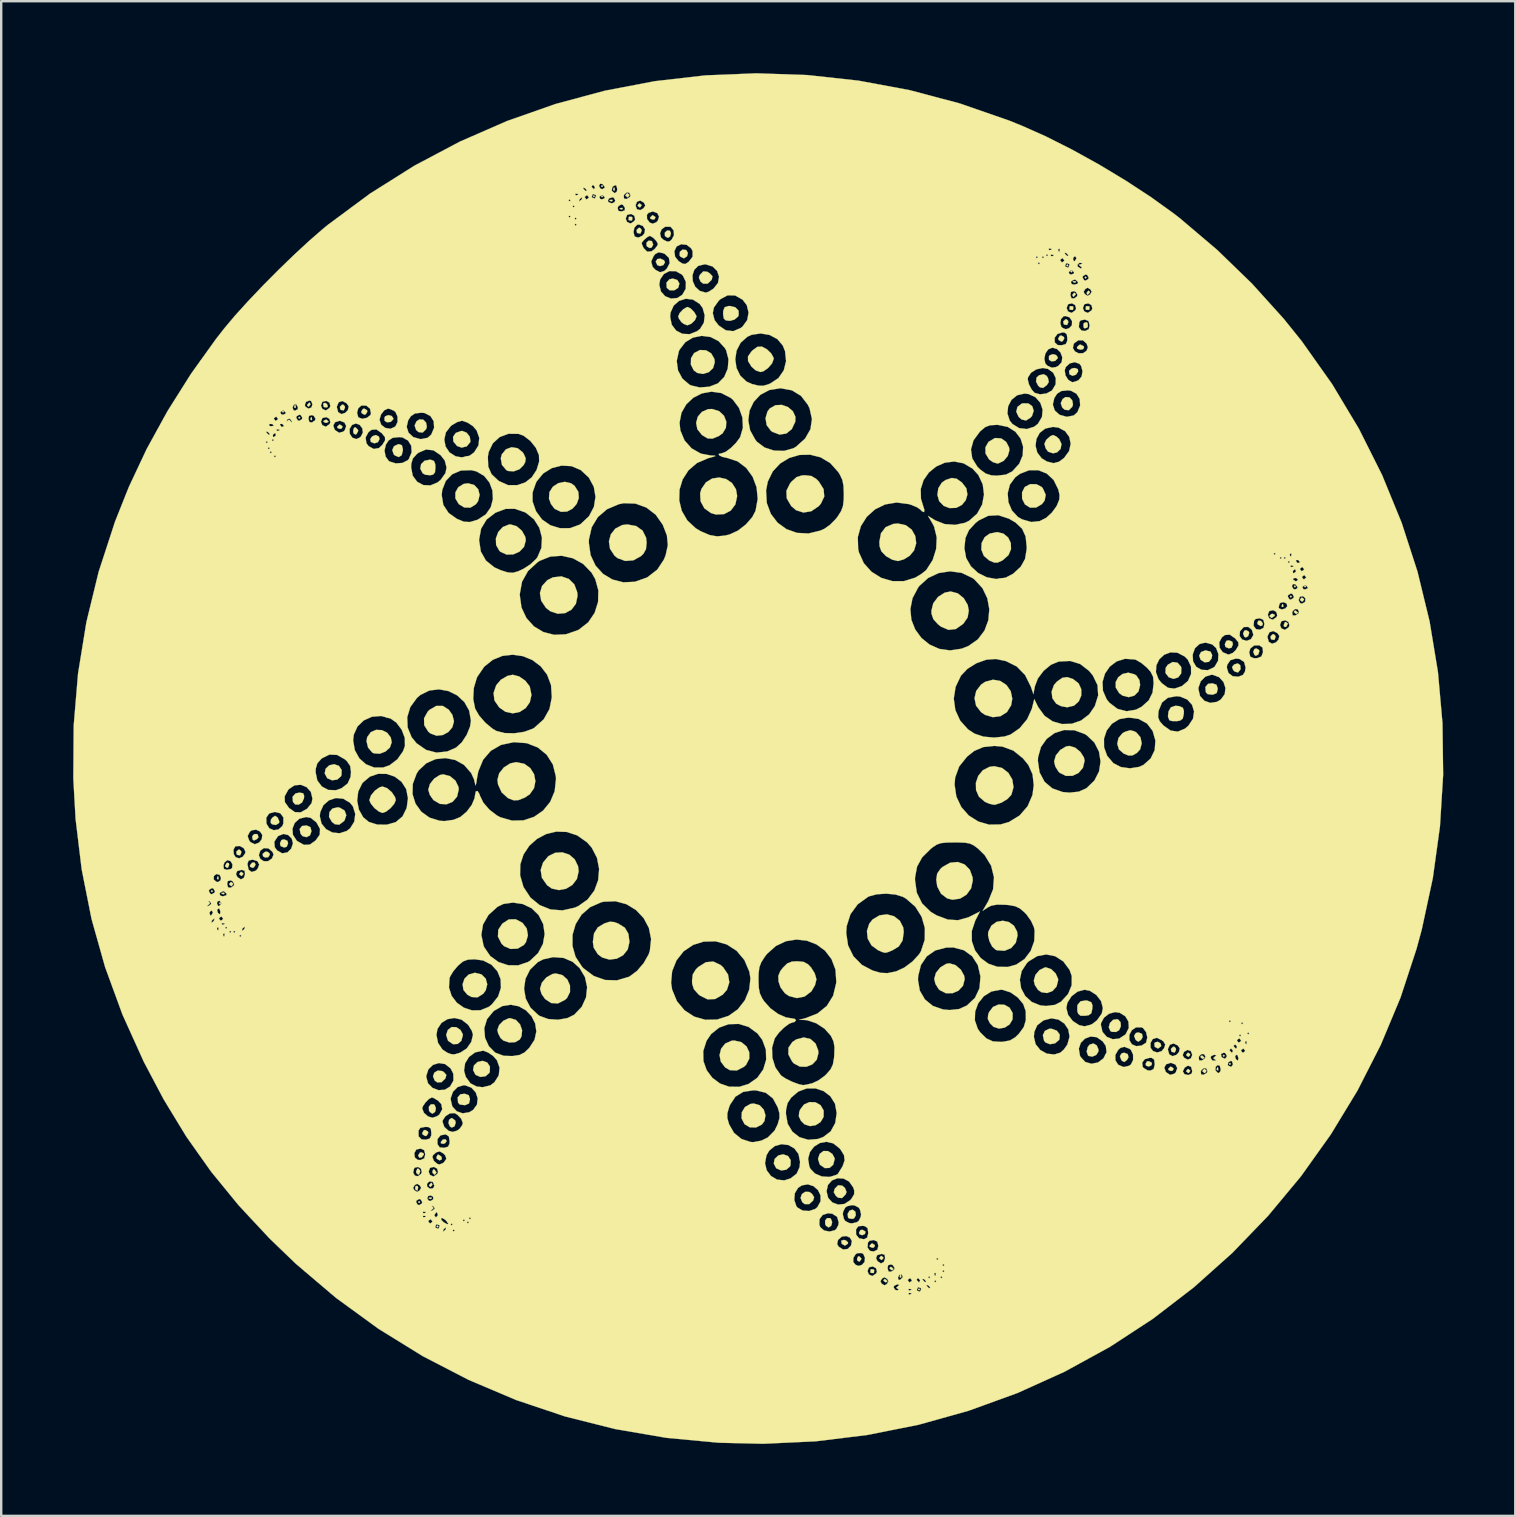
<source format=kicad_pcb>
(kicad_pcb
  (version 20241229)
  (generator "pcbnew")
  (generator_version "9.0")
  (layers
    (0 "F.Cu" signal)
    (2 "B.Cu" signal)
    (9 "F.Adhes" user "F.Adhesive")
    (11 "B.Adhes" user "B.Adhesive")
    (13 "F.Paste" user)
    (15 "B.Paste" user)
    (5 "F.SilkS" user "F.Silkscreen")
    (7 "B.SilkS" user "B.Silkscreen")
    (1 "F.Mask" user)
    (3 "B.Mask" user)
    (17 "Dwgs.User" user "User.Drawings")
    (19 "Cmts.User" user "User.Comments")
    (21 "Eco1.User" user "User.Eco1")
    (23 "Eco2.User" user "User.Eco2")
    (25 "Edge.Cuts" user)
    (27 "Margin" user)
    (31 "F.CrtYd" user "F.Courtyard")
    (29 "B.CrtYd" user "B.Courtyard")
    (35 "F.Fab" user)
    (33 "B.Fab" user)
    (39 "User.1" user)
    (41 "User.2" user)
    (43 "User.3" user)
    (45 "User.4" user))
  (footprint "lab_logo"
    (layer "F.Cu")
    (at 28.089 28.708)
    (property "Reference" "lab_logo" (at 0 0 0) (layer "F.SilkS") (effects (font (size 1.524 1.524) (thickness 0.3))))
    (attr through_hole)
    (fp_poly (pts (xy -22.267 5.376) (xy -22.31 5.419) (xy -22.352 5.376) (xy -22.31 5.334) (xy -22.267 5.376)) (stroke (width 0.01) (type solid)) (fill yes) (layer "F.SilkS"))
    (fp_poly (pts (xy -21.929 5.884) (xy -21.971 5.927) (xy -22.013 5.884) (xy -21.971 5.842) (xy -21.929 5.884)) (stroke (width 0.01) (type solid)) (fill yes) (layer "F.SilkS"))
    (fp_poly (pts (xy -19.304 -14.605) (xy -19.346 -14.563) (xy -19.389 -14.605) (xy -19.346 -14.647) (xy -19.304 -14.605)) (stroke (width 0.01) (type solid)) (fill yes) (layer "F.SilkS"))
    (fp_poly (pts (xy -18.627 -14.351) (xy -18.669 -14.309) (xy -18.711 -14.351) (xy -18.669 -14.393) (xy -18.627 -14.351)) (stroke (width 0.01) (type solid)) (fill yes) (layer "F.SilkS"))
    (fp_poly (pts (xy -13.631 18.33) (xy -13.674 18.373) (xy -13.716 18.33) (xy -13.674 18.288) (xy -13.631 18.33)) (stroke (width 0.01) (type solid)) (fill yes) (layer "F.SilkS"))
    (fp_poly (pts (xy -12.869 19.346) (xy -12.912 19.389) (xy -12.954 19.346) (xy -12.912 19.304) (xy -12.869 19.346)) (stroke (width 0.01) (type solid)) (fill yes) (layer "F.SilkS"))
    (fp_poly (pts (xy -6.35 -23.58) (xy -6.392 -23.537) (xy -6.435 -23.58) (xy -6.392 -23.622) (xy -6.35 -23.58)) (stroke (width 0.01) (type solid)) (fill yes) (layer "F.SilkS"))
    (fp_poly (pts (xy -6.011 -24.003) (xy -6.054 -23.961) (xy -6.096 -24.003) (xy -6.054 -24.045) (xy -6.011 -24.003)) (stroke (width 0.01) (type solid)) (fill yes) (layer "F.SilkS"))
    (fp_poly (pts (xy -6.011 -23.58) (xy -6.054 -23.537) (xy -6.096 -23.58) (xy -6.054 -23.622) (xy -6.011 -23.58)) (stroke (width 0.01) (type solid)) (fill yes) (layer "F.SilkS"))
    (fp_poly (pts (xy 7.197 21.971) (xy 7.154 22.013) (xy 7.112 21.971) (xy 7.154 21.929) (xy 7.197 21.971)) (stroke (width 0.01) (type solid)) (fill yes) (layer "F.SilkS"))
    (fp_poly (pts (xy 13.377 -20.701) (xy 13.335 -20.659) (xy 13.293 -20.701) (xy 13.335 -20.743) (xy 13.377 -20.701)) (stroke (width 0.01) (type solid)) (fill yes) (layer "F.SilkS"))
    (fp_poly (pts (xy 13.547 -20.447) (xy 13.504 -20.405) (xy 13.462 -20.447) (xy 13.504 -20.489) (xy 13.547 -20.447)) (stroke (width 0.01) (type solid)) (fill yes) (layer "F.SilkS"))
    (fp_poly (pts (xy 14.139 -20.193) (xy 14.097 -20.151) (xy 14.055 -20.193) (xy 14.097 -20.235) (xy 14.139 -20.193)) (stroke (width 0.01) (type solid)) (fill yes) (layer "F.SilkS"))
    (fp_poly (pts (xy 19.897 12.234) (xy 19.854 12.277) (xy 19.812 12.234) (xy 19.854 12.192) (xy 19.897 12.234)) (stroke (width 0.01) (type solid)) (fill yes) (layer "F.SilkS"))
    (fp_poly (pts (xy 20.151 12.573) (xy 20.108 12.615) (xy 20.066 12.573) (xy 20.108 12.531) (xy 20.151 12.573)) (stroke (width 0.01) (type solid)) (fill yes) (layer "F.SilkS"))
    (fp_poly (pts (xy 22.691 -6.9) (xy 22.648 -6.858) (xy 22.606 -6.9) (xy 22.648 -6.943) (xy 22.691 -6.9)) (stroke (width 0.01) (type solid)) (fill yes) (layer "F.SilkS"))
    (fp_poly (pts (xy 22.86 -7.324) (xy 22.818 -7.281) (xy 22.775 -7.324) (xy 22.818 -7.366) (xy 22.86 -7.324)) (stroke (width 0.01) (type solid)) (fill yes) (layer "F.SilkS"))
    (fp_poly (pts (xy 23.283 -7.324) (xy 23.241 -7.281) (xy 23.199 -7.324) (xy 23.241 -7.366) (xy 23.283 -7.324)) (stroke (width 0.01) (type solid)) (fill yes) (layer "F.SilkS"))
    (fp_poly (pts (xy -22.042 4.77) (xy -22.031 4.87) (xy -22.042 4.882) (xy -22.092 4.871) (xy -22.098 4.826) (xy -22.067 4.756) (xy -22.042 4.77)) (stroke (width 0.01) (type solid)) (fill yes) (layer "F.SilkS"))
    (fp_poly (pts (xy -21.788 5.447) (xy -21.799 5.497) (xy -21.844 5.503) (xy -21.914 5.472) (xy -21.9 5.447) (xy -21.8 5.437) (xy -21.788 5.447)) (stroke (width 0.01) (type solid)) (fill yes) (layer "F.SilkS"))
    (fp_poly (pts (xy -18.824 -14.873) (xy -18.814 -14.773) (xy -18.824 -14.76) (xy -18.875 -14.772) (xy -18.881 -14.817) (xy -18.85 -14.886) (xy -18.824 -14.873)) (stroke (width 0.01) (type solid)) (fill yes) (layer "F.SilkS"))
    (fp_poly (pts (xy -18.147 -14.365) (xy -18.137 -14.265) (xy -18.147 -14.252) (xy -18.197 -14.264) (xy -18.203 -14.309) (xy -18.172 -14.378) (xy -18.147 -14.365)) (stroke (width 0.01) (type solid)) (fill yes) (layer "F.SilkS"))
    (fp_poly (pts (xy -13.152 18.147) (xy -13.163 18.197) (xy -13.208 18.203) (xy -13.278 18.172) (xy -13.264 18.147) (xy -13.164 18.137) (xy -13.152 18.147)) (stroke (width 0.01) (type solid)) (fill yes) (layer "F.SilkS"))
    (fp_poly (pts (xy -5.616 -23.424) (xy -5.628 -23.374) (xy -5.673 -23.368) (xy -5.742 -23.399) (xy -5.729 -23.424) (xy -5.629 -23.435) (xy -5.616 -23.424)) (stroke (width 0.01) (type solid)) (fill yes) (layer "F.SilkS"))
    (fp_poly (pts (xy -5.532 -23.932) (xy -5.521 -23.832) (xy -5.532 -23.82) (xy -5.582 -23.831) (xy -5.588 -23.876) (xy -5.557 -23.946) (xy -5.532 -23.932)) (stroke (width 0.01) (type solid)) (fill yes) (layer "F.SilkS"))
    (fp_poly (pts (xy -5.193 -23.086) (xy -5.205 -23.035) (xy -5.249 -23.029) (xy -5.319 -23.06) (xy -5.306 -23.086) (xy -5.205 -23.096) (xy -5.193 -23.086)) (stroke (width 0.01) (type solid)) (fill yes) (layer "F.SilkS"))
    (fp_poly (pts (xy 6.406 21.364) (xy 6.417 21.465) (xy 6.406 21.477) (xy 6.356 21.465) (xy 6.35 21.421) (xy 6.381 21.351) (xy 6.406 21.364)) (stroke (width 0.01) (type solid)) (fill yes) (layer "F.SilkS"))
    (fp_poly (pts (xy 13.688 -20.038) (xy 13.676 -19.987) (xy 13.631 -19.981) (xy 13.562 -20.012) (xy 13.575 -20.038) (xy 13.675 -20.048) (xy 13.688 -20.038)) (stroke (width 0.01) (type solid)) (fill yes) (layer "F.SilkS"))
    (fp_poly (pts (xy 19.614 12.728) (xy 19.625 12.829) (xy 19.614 12.841) (xy 19.564 12.829) (xy 19.558 12.785) (xy 19.589 12.715) (xy 19.614 12.728)) (stroke (width 0.01) (type solid)) (fill yes) (layer "F.SilkS"))
    (fp_poly (pts (xy 22.324 -6.576) (xy 22.334 -6.475) (xy 22.324 -6.463) (xy 22.273 -6.475) (xy 22.267 -6.519) (xy 22.298 -6.589) (xy 22.324 -6.576)) (stroke (width 0.01) (type solid)) (fill yes) (layer "F.SilkS"))
    (fp_poly (pts (xy -20.489 4.269) (xy -20.558 4.385) (xy -20.623 4.403) (xy -20.722 4.353) (xy -20.724 4.302) (xy -20.64 4.19) (xy -20.538 4.176) (xy -20.489 4.269)) (stroke (width 0.01) (type solid)) (fill yes) (layer "F.SilkS"))
    (fp_poly (pts (xy -17.52 -14.263) (xy -17.445 -14.181) (xy -17.531 -14.141) (xy -17.573 -14.139) (xy -17.661 -14.181) (xy -17.652 -14.225) (xy -17.551 -14.274) (xy -17.52 -14.263)) (stroke (width 0.01) (type solid)) (fill yes) (layer "F.SilkS"))
    (fp_poly (pts (xy -17.517 -14.926) (xy -17.476 -14.82) (xy -17.513 -14.783) (xy -17.627 -14.79) (xy -17.656 -14.821) (xy -17.675 -14.941) (xy -17.593 -14.973) (xy -17.517 -14.926)) (stroke (width 0.01) (type solid)) (fill yes) (layer "F.SilkS"))
    (fp_poly (pts (xy -13.728 17.672) (xy -13.716 17.733) (xy -13.744 17.855) (xy -13.817 17.818) (xy -13.839 17.786) (xy -13.829 17.677) (xy -13.802 17.654) (xy -13.728 17.672)) (stroke (width 0.01) (type solid)) (fill yes) (layer "F.SilkS"))
    (fp_poly (pts (xy -13.483 16.305) (xy -13.481 16.357) (xy -13.566 16.468) (xy -13.667 16.483) (xy -13.716 16.39) (xy -13.648 16.273) (xy -13.582 16.256) (xy -13.483 16.305)) (stroke (width 0.01) (type solid)) (fill yes) (layer "F.SilkS"))
    (fp_poly (pts (xy -12.742 16.444) (xy -12.727 16.546) (xy -12.82 16.595) (xy -12.937 16.526) (xy -12.954 16.461) (xy -12.905 16.362) (xy -12.853 16.36) (xy -12.742 16.444)) (stroke (width 0.01) (type solid)) (fill yes) (layer "F.SilkS"))
    (fp_poly (pts (xy -12.526 15.79) (xy -12.592 15.878) (xy -12.663 15.904) (xy -12.767 15.883) (xy -12.766 15.82) (xy -12.682 15.723) (xy -12.575 15.715) (xy -12.526 15.79)) (stroke (width 0.01) (type solid)) (fill yes) (layer "F.SilkS"))
    (fp_poly (pts (xy 4.924 19.56) (xy 4.904 19.657) (xy 4.788 19.712) (xy 4.675 19.671) (xy 4.657 19.6) (xy 4.718 19.494) (xy 4.805 19.489) (xy 4.924 19.56)) (stroke (width 0.01) (type solid)) (fill yes) (layer "F.SilkS"))
    (fp_poly (pts (xy 16.862 12.533) (xy 16.842 12.63) (xy 16.726 12.685) (xy 16.613 12.644) (xy 16.595 12.573) (xy 16.656 12.466) (xy 16.743 12.462) (xy 16.862 12.533)) (stroke (width 0.01) (type solid)) (fill yes) (layer "F.SilkS"))
    (fp_poly (pts (xy 21.402 -5.885) (xy 21.486 -5.773) (xy 21.449 -5.687) (xy 21.385 -5.673) (xy 21.269 -5.741) (xy 21.251 -5.807) (xy 21.301 -5.899) (xy 21.402 -5.885)) (stroke (width 0.01) (type solid)) (fill yes) (layer "F.SilkS"))
    (fp_poly (pts (xy -21.602 4.21) (xy -21.59 4.271) (xy -21.634 4.387) (xy -21.675 4.403) (xy -21.757 4.342) (xy -21.759 4.323) (xy -21.698 4.208) (xy -21.675 4.191) (xy -21.602 4.21)) (stroke (width 0.01) (type solid)) (fill yes) (layer "F.SilkS"))
    (fp_poly (pts (xy -21.423 5.06) (xy -21.421 5.08) (xy -21.485 5.162) (xy -21.505 5.165) (xy -21.588 5.1) (xy -21.59 5.08) (xy -21.526 4.998) (xy -21.505 4.995) (xy -21.423 5.06)) (stroke (width 0.01) (type solid)) (fill yes) (layer "F.SilkS"))
    (fp_poly (pts (xy -21.091 3.709) (xy -21.082 3.768) (xy -21.134 3.884) (xy -21.251 3.864) (xy -21.277 3.841) (xy -21.294 3.735) (xy -21.209 3.649) (xy -21.162 3.641) (xy -21.091 3.709)) (stroke (width 0.01) (type solid)) (fill yes) (layer "F.SilkS"))
    (fp_poly (pts (xy -21 4.636) (xy -20.997 4.657) (xy -21.062 4.739) (xy -21.082 4.741) (xy -21.164 4.677) (xy -21.167 4.657) (xy -21.102 4.574) (xy -21.082 4.572) (xy -21 4.636)) (stroke (width 0.01) (type solid)) (fill yes) (layer "F.SilkS"))
    (fp_poly (pts (xy -20.426 2.998) (xy -20.401 3.018) (xy -20.37 3.13) (xy -20.436 3.208) (xy -20.557 3.265) (xy -20.618 3.214) (xy -20.629 3.086) (xy -20.544 2.995) (xy -20.426 2.998)) (stroke (width 0.01) (type solid)) (fill yes) (layer "F.SilkS"))
    (fp_poly (pts (xy -19.911 3.793) (xy -19.897 3.852) (xy -19.96 3.959) (xy -20.093 3.974) (xy -20.177 3.925) (xy -20.196 3.822) (xy -20.099 3.739) (xy -20.019 3.725) (xy -19.911 3.793)) (stroke (width 0.01) (type solid)) (fill yes) (layer "F.SilkS"))
    (fp_poly (pts (xy -19.162 3.277) (xy -19.135 3.387) (xy -19.195 3.528) (xy -19.304 3.556) (xy -19.446 3.496) (xy -19.473 3.387) (xy -19.413 3.245) (xy -19.304 3.217) (xy -19.162 3.277)) (stroke (width 0.01) (type solid)) (fill yes) (layer "F.SilkS"))
    (fp_poly (pts (xy -18.204 -14.92) (xy -18.203 -14.901) (xy -18.268 -14.82) (xy -18.293 -14.817) (xy -18.344 -14.869) (xy -18.33 -14.901) (xy -18.254 -14.982) (xy -18.241 -14.986) (xy -18.204 -14.92)) (stroke (width 0.01) (type solid)) (fill yes) (layer "F.SilkS"))
    (fp_poly (pts (xy -16.876 -14.001) (xy -16.865 -13.976) (xy -16.906 -13.899) (xy -16.976 -13.885) (xy -17.081 -13.928) (xy -17.086 -13.976) (xy -16.999 -14.064) (xy -16.976 -14.067) (xy -16.876 -14.001)) (stroke (width 0.01) (type solid)) (fill yes) (layer "F.SilkS"))
    (fp_poly (pts (xy -16.773 -14.833) (xy -16.764 -14.774) (xy -16.816 -14.658) (xy -16.933 -14.678) (xy -16.959 -14.701) (xy -16.976 -14.807) (xy -16.891 -14.893) (xy -16.844 -14.901) (xy -16.773 -14.833)) (stroke (width 0.01) (type solid)) (fill yes) (layer "F.SilkS"))
    (fp_poly (pts (xy -16.221 -13.845) (xy -16.214 -13.801) (xy -16.28 -13.674) (xy -16.32 -13.652) (xy -16.404 -13.692) (xy -16.425 -13.801) (xy -16.386 -13.935) (xy -16.32 -13.949) (xy -16.221 -13.845)) (stroke (width 0.01) (type solid)) (fill yes) (layer "F.SilkS"))
    (fp_poly (pts (xy -15.847 -14.664) (xy -15.833 -14.605) (xy -15.9 -14.493) (xy -15.96 -14.478) (xy -16.072 -14.546) (xy -16.087 -14.605) (xy -16.019 -14.717) (xy -15.96 -14.732) (xy -15.847 -14.664)) (stroke (width 0.01) (type solid)) (fill yes) (layer "F.SilkS"))
    (fp_poly (pts (xy -15.35 -13.567) (xy -15.325 -13.462) (xy -15.391 -13.332) (xy -15.538 -13.284) (xy -15.686 -13.343) (xy -15.711 -13.461) (xy -15.627 -13.579) (xy -15.485 -13.631) (xy -15.35 -13.567)) (stroke (width 0.01) (type solid)) (fill yes) (layer "F.SilkS"))
    (fp_poly (pts (xy -13.641 17.002) (xy -13.631 17.06) (xy -13.677 17.173) (xy -13.716 17.187) (xy -13.791 17.119) (xy -13.801 17.06) (xy -13.755 16.948) (xy -13.716 16.933) (xy -13.641 17.002)) (stroke (width 0.01) (type solid)) (fill yes) (layer "F.SilkS"))
    (fp_poly (pts (xy -13.307 15.392) (xy -13.293 15.452) (xy -13.36 15.564) (xy -13.42 15.579) (xy -13.532 15.511) (xy -13.547 15.452) (xy -13.479 15.339) (xy -13.42 15.325) (xy -13.307 15.392)) (stroke (width 0.01) (type solid)) (fill yes) (layer "F.SilkS"))
    (fp_poly (pts (xy -13.124 17.592) (xy -13.123 17.611) (xy -13.188 17.692) (xy -13.213 17.695) (xy -13.264 17.643) (xy -13.25 17.611) (xy -13.174 17.53) (xy -13.161 17.526) (xy -13.124 17.592)) (stroke (width 0.01) (type solid)) (fill yes) (layer "F.SilkS"))
    (fp_poly (pts (xy -13.039 16.976) (xy -12.957 17.084) (xy -12.954 17.108) (xy -13.019 17.185) (xy -13.039 17.187) (xy -13.113 17.118) (xy -13.123 17.055) (xy -13.082 16.968) (xy -13.039 16.976)) (stroke (width 0.01) (type solid)) (fill yes) (layer "F.SilkS"))
    (fp_poly (pts (xy -4.913 -23.642) (xy -4.911 -23.622) (xy -4.975 -23.54) (xy -4.995 -23.537) (xy -5.078 -23.602) (xy -5.08 -23.622) (xy -5.016 -23.704) (xy -4.995 -23.707) (xy -4.913 -23.642)) (stroke (width 0.01) (type solid)) (fill yes) (layer "F.SilkS"))
    (fp_poly (pts (xy -4.807 -22.72) (xy -4.788 -22.698) (xy -4.797 -22.587) (xy -4.819 -22.568) (xy -4.929 -22.577) (xy -4.949 -22.599) (xy -4.94 -22.709) (xy -4.918 -22.729) (xy -4.807 -22.72)) (stroke (width 0.01) (type solid)) (fill yes) (layer "F.SilkS"))
    (fp_poly (pts (xy -4.412 -22.199) (xy -4.403 -22.14) (xy -4.455 -22.024) (xy -4.572 -22.044) (xy -4.598 -22.067) (xy -4.615 -22.173) (xy -4.529 -22.259) (xy -4.482 -22.267) (xy -4.412 -22.199)) (stroke (width 0.01) (type solid)) (fill yes) (layer "F.SilkS"))
    (fp_poly (pts (xy -4.405 -23.219) (xy -4.403 -23.199) (xy -4.467 -23.116) (xy -4.487 -23.114) (xy -4.57 -23.178) (xy -4.572 -23.199) (xy -4.508 -23.281) (xy -4.487 -23.283) (xy -4.405 -23.219)) (stroke (width 0.01) (type solid)) (fill yes) (layer "F.SilkS"))
    (fp_poly (pts (xy -3.838 -22.722) (xy -3.826 -22.697) (xy -3.867 -22.62) (xy -3.937 -22.606) (xy -4.042 -22.649) (xy -4.048 -22.697) (xy -3.96 -22.784) (xy -3.937 -22.788) (xy -3.838 -22.722)) (stroke (width 0.01) (type solid)) (fill yes) (layer "F.SilkS"))
    (fp_poly (pts (xy -3.471 -20.913) (xy -3.429 -20.829) (xy -3.496 -20.713) (xy -3.638 -20.669) (xy -3.751 -20.712) (xy -3.817 -20.858) (xy -3.747 -20.965) (xy -3.619 -20.982) (xy -3.471 -20.913)) (stroke (width 0.01) (type solid)) (fill yes) (layer "F.SilkS"))
    (fp_poly (pts (xy -3.228 -22.147) (xy -3.18 -22.04) (xy -3.216 -21.907) (xy -3.306 -21.844) (xy -3.411 -21.905) (xy -3.434 -21.936) (xy -3.437 -22.062) (xy -3.344 -22.153) (xy -3.228 -22.147)) (stroke (width 0.01) (type solid)) (fill yes) (layer "F.SilkS"))
    (fp_poly (pts (xy 4.108 19.928) (xy 4.198 20.012) (xy 4.191 20.065) (xy 4.07 20.147) (xy 3.944 20.075) (xy 3.934 20.06) (xy 3.914 19.942) (xy 4.019 19.906) (xy 4.108 19.928)) (stroke (width 0.01) (type solid)) (fill yes) (layer "F.SilkS"))
    (fp_poly (pts (xy 4.75 20.678) (xy 4.754 20.701) (xy 4.688 20.8) (xy 4.663 20.812) (xy 4.586 20.771) (xy 4.572 20.701) (xy 4.615 20.596) (xy 4.663 20.59) (xy 4.75 20.678)) (stroke (width 0.01) (type solid)) (fill yes) (layer "F.SilkS"))
    (fp_poly (pts (xy 5.268 21.137) (xy 5.287 21.159) (xy 5.279 21.27) (xy 5.257 21.289) (xy 5.146 21.281) (xy 5.127 21.259) (xy 5.135 21.148) (xy 5.157 21.129) (xy 5.268 21.137)) (stroke (width 0.01) (type solid)) (fill yes) (layer "F.SilkS"))
    (fp_poly (pts (xy 5.306 20.119) (xy 5.318 20.144) (xy 5.277 20.222) (xy 5.207 20.235) (xy 5.102 20.192) (xy 5.096 20.144) (xy 5.184 20.057) (xy 5.207 20.053) (xy 5.306 20.119)) (stroke (width 0.01) (type solid)) (fill yes) (layer "F.SilkS"))
    (fp_poly (pts (xy 5.67 20.638) (xy 5.673 20.659) (xy 5.608 20.741) (xy 5.588 20.743) (xy 5.506 20.679) (xy 5.503 20.659) (xy 5.568 20.576) (xy 5.588 20.574) (xy 5.67 20.638)) (stroke (width 0.01) (type solid)) (fill yes) (layer "F.SilkS"))
    (fp_poly (pts (xy 5.757 21.548) (xy 5.838 21.624) (xy 5.842 21.637) (xy 5.776 21.674) (xy 5.757 21.675) (xy 5.676 21.61) (xy 5.673 21.585) (xy 5.725 21.534) (xy 5.757 21.548)) (stroke (width 0.01) (type solid)) (fill yes) (layer "F.SilkS"))
    (fp_poly (pts (xy 6.011 21.04) (xy 6.092 21.116) (xy 6.096 21.129) (xy 6.03 21.166) (xy 6.011 21.167) (xy 5.93 21.102) (xy 5.927 21.077) (xy 5.979 21.026) (xy 6.011 21.04)) (stroke (width 0.01) (type solid)) (fill yes) (layer "F.SilkS"))
    (fp_poly (pts (xy 13.193 -17.712) (xy 13.208 -17.653) (xy 13.14 -17.541) (xy 13.081 -17.526) (xy 12.969 -17.594) (xy 12.954 -17.653) (xy 13.022 -17.765) (xy 13.081 -17.78) (xy 13.193 -17.712)) (stroke (width 0.01) (type solid)) (fill yes) (layer "F.SilkS"))
    (fp_poly (pts (xy 13.368 -18.389) (xy 13.377 -18.33) (xy 13.325 -18.214) (xy 13.208 -18.234) (xy 13.182 -18.257) (xy 13.165 -18.363) (xy 13.251 -18.449) (xy 13.298 -18.457) (xy 13.368 -18.389)) (stroke (width 0.01) (type solid)) (fill yes) (layer "F.SilkS"))
    (fp_poly (pts (xy 13.565 -18.995) (xy 13.585 -18.973) (xy 13.576 -18.862) (xy 13.554 -18.843) (xy 13.443 -18.851) (xy 13.424 -18.873) (xy 13.433 -18.984) (xy 13.455 -19.003) (xy 13.565 -18.995)) (stroke (width 0.01) (type solid)) (fill yes) (layer "F.SilkS"))
    (fp_poly (pts (xy 13.687 -19.506) (xy 13.674 -19.473) (xy 13.598 -19.393) (xy 13.584 -19.389) (xy 13.548 -19.454) (xy 13.547 -19.473) (xy 13.612 -19.555) (xy 13.636 -19.558) (xy 13.687 -19.506)) (stroke (width 0.01) (type solid)) (fill yes) (layer "F.SilkS"))
    (fp_poly (pts (xy 14.012 -17.332) (xy 14.034 -17.293) (xy 13.994 -17.208) (xy 13.885 -17.187) (xy 13.751 -17.226) (xy 13.737 -17.293) (xy 13.841 -17.391) (xy 13.885 -17.399) (xy 14.012 -17.332)) (stroke (width 0.01) (type solid)) (fill yes) (layer "F.SilkS"))
    (fp_poly (pts (xy 14.182 -18.288) (xy 14.188 -18.148) (xy 14.158 -18.104) (xy 14.055 -18.074) (xy 14.012 -18.119) (xy 14.006 -18.259) (xy 14.036 -18.303) (xy 14.139 -18.333) (xy 14.182 -18.288)) (stroke (width 0.01) (type solid)) (fill yes) (layer "F.SilkS"))
    (fp_poly (pts (xy 14.243 -18.995) (xy 14.262 -18.973) (xy 14.253 -18.862) (xy 14.231 -18.843) (xy 14.121 -18.851) (xy 14.101 -18.873) (xy 14.11 -18.984) (xy 14.132 -19.003) (xy 14.243 -18.995)) (stroke (width 0.01) (type solid)) (fill yes) (layer "F.SilkS"))
    (fp_poly (pts (xy 14.28 -19.591) (xy 14.266 -19.558) (xy 14.19 -19.477) (xy 14.177 -19.473) (xy 14.14 -19.539) (xy 14.139 -19.558) (xy 14.204 -19.639) (xy 14.229 -19.643) (xy 14.28 -19.591)) (stroke (width 0.01) (type solid)) (fill yes) (layer "F.SilkS"))
    (fp_poly (pts (xy 17.752 12.753) (xy 17.764 12.778) (xy 17.723 12.856) (xy 17.653 12.869) (xy 17.548 12.826) (xy 17.542 12.778) (xy 17.63 12.691) (xy 17.653 12.687) (xy 17.752 12.753)) (stroke (width 0.01) (type solid)) (fill yes) (layer "F.SilkS"))
    (fp_poly (pts (xy 17.856 11.922) (xy 17.865 11.98) (xy 17.813 12.097) (xy 17.696 12.076) (xy 17.669 12.053) (xy 17.652 11.948) (xy 17.738 11.862) (xy 17.785 11.853) (xy 17.856 11.922)) (stroke (width 0.01) (type solid)) (fill yes) (layer "F.SilkS"))
    (fp_poly (pts (xy 18.455 12.172) (xy 18.457 12.192) (xy 18.393 12.274) (xy 18.373 12.277) (xy 18.29 12.212) (xy 18.288 12.192) (xy 18.352 12.11) (xy 18.373 12.107) (xy 18.455 12.172)) (stroke (width 0.01) (type solid)) (fill yes) (layer "F.SilkS"))
    (fp_poly (pts (xy 18.455 12.849) (xy 18.457 12.869) (xy 18.393 12.952) (xy 18.373 12.954) (xy 18.29 12.89) (xy 18.288 12.869) (xy 18.352 12.787) (xy 18.373 12.785) (xy 18.455 12.849)) (stroke (width 0.01) (type solid)) (fill yes) (layer "F.SilkS"))
    (fp_poly (pts (xy 18.965 12.234) (xy 19.046 12.31) (xy 19.05 12.324) (xy 18.984 12.36) (xy 18.965 12.361) (xy 18.884 12.296) (xy 18.881 12.272) (xy 18.933 12.221) (xy 18.965 12.234)) (stroke (width 0.01) (type solid)) (fill yes) (layer "F.SilkS"))
    (fp_poly (pts (xy 19.132 12.849) (xy 19.135 12.869) (xy 19.07 12.952) (xy 19.05 12.954) (xy 18.968 12.89) (xy 18.965 12.869) (xy 19.03 12.787) (xy 19.05 12.785) (xy 19.132 12.849)) (stroke (width 0.01) (type solid)) (fill yes) (layer "F.SilkS"))
    (fp_poly (pts (xy 20.208 -5.02) (xy 20.235 -4.911) (xy 20.175 -4.769) (xy 20.066 -4.741) (xy 19.924 -4.801) (xy 19.897 -4.911) (xy 19.957 -5.052) (xy 20.066 -5.08) (xy 20.208 -5.02)) (stroke (width 0.01) (type solid)) (fill yes) (layer "F.SilkS"))
    (fp_poly (pts (xy 20.898 -5.438) (xy 20.913 -5.381) (xy 20.866 -5.243) (xy 20.766 -5.196) (xy 20.713 -5.223) (xy 20.658 -5.358) (xy 20.708 -5.476) (xy 20.786 -5.503) (xy 20.898 -5.438)) (stroke (width 0.01) (type solid)) (fill yes) (layer "F.SilkS"))
    (fp_poly (pts (xy 21.321 -4.676) (xy 21.336 -4.619) (xy 21.289 -4.481) (xy 21.189 -4.434) (xy 21.136 -4.461) (xy 21.081 -4.596) (xy 21.132 -4.714) (xy 21.209 -4.741) (xy 21.321 -4.676)) (stroke (width 0.01) (type solid)) (fill yes) (layer "F.SilkS"))
    (fp_poly (pts (xy 21.979 -6.14) (xy 21.971 -6.096) (xy 21.863 -6.015) (xy 21.839 -6.011) (xy 21.762 -6.076) (xy 21.759 -6.096) (xy 21.828 -6.17) (xy 21.891 -6.181) (xy 21.979 -6.14)) (stroke (width 0.01) (type solid)) (fill yes) (layer "F.SilkS"))
    (fp_poly (pts (xy 22.004 -5.265) (xy 22.013 -5.207) (xy 21.961 -5.09) (xy 21.844 -5.111) (xy 21.818 -5.134) (xy 21.801 -5.24) (xy 21.887 -5.325) (xy 21.934 -5.334) (xy 22.004 -5.265)) (stroke (width 0.01) (type solid)) (fill yes) (layer "F.SilkS"))
    (fp_poly (pts (xy 22.519 -5.781) (xy 22.521 -5.762) (xy 22.46 -5.648) (xy 22.437 -5.63) (xy 22.364 -5.65) (xy 22.352 -5.71) (xy 22.396 -5.826) (xy 22.437 -5.842) (xy 22.519 -5.781)) (stroke (width 0.01) (type solid)) (fill yes) (layer "F.SilkS"))
    (fp_poly (pts (xy 22.86 -6.308) (xy 22.941 -6.232) (xy 22.945 -6.218) (xy 22.879 -6.182) (xy 22.86 -6.181) (xy 22.779 -6.246) (xy 22.775 -6.27) (xy 22.827 -6.321) (xy 22.86 -6.308)) (stroke (width 0.01) (type solid)) (fill yes) (layer "F.SilkS"))
    (fp_poly (pts (xy 23.196 -6.794) (xy 23.199 -6.773) (xy 23.134 -6.691) (xy 23.114 -6.689) (xy 23.032 -6.753) (xy 23.029 -6.773) (xy 23.094 -6.856) (xy 23.114 -6.858) (xy 23.196 -6.794)) (stroke (width 0.01) (type solid)) (fill yes) (layer "F.SilkS"))
    (fp_poly (pts (xy -18.204 2.708) (xy -18.161 2.879) (xy -18.223 3.053) (xy -18.368 3.126) (xy -18.529 3.084) (xy -18.615 2.985) (xy -18.654 2.788) (xy -18.555 2.661) (xy -18.363 2.638) (xy -18.204 2.708)) (stroke (width 0.01) (type solid)) (fill yes) (layer "F.SilkS"))
    (fp_poly (pts (xy -14.818 -14.424) (xy -14.748 -14.328) (xy -14.753 -14.287) (xy -14.858 -14.179) (xy -15.012 -14.16) (xy -15.115 -14.227) (xy -15.118 -14.364) (xy -15.086 -14.412) (xy -14.955 -14.462) (xy -14.818 -14.424)) (stroke (width 0.01) (type solid)) (fill yes) (layer "F.SilkS"))
    (fp_poly (pts (xy -12.298 14.833) (xy -12.174 14.929) (xy -12.15 15.022) (xy -12.199 15.175) (xy -12.31 15.226) (xy -12.388 15.185) (xy -12.452 15.045) (xy -12.426 14.902) (xy -12.33 14.831) (xy -12.298 14.833)) (stroke (width 0.01) (type solid)) (fill yes) (layer "F.SilkS"))
    (fp_poly (pts (xy -3.993 -21.718) (xy -3.97 -21.699) (xy -3.922 -21.565) (xy -3.984 -21.447) (xy -4.064 -21.421) (xy -4.173 -21.482) (xy -4.196 -21.513) (xy -4.205 -21.642) (xy -4.116 -21.728) (xy -3.993 -21.718)) (stroke (width 0.01) (type solid)) (fill yes) (layer "F.SilkS"))
    (fp_poly (pts (xy -2.546 -21.34) (xy -2.475 -21.219) (xy -2.513 -21.078) (xy -2.633 -20.999) (xy -2.655 -20.997) (xy -2.79 -21.065) (xy -2.822 -21.118) (xy -2.81 -21.268) (xy -2.696 -21.359) (xy -2.546 -21.34)) (stroke (width 0.01) (type solid)) (fill yes) (layer "F.SilkS"))
    (fp_poly (pts (xy 4.503 18.732) (xy 4.523 18.88) (xy 4.452 19.005) (xy 4.389 19.032) (xy 4.241 19.014) (xy 4.199 18.978) (xy 4.179 18.825) (xy 4.258 18.688) (xy 4.392 18.645) (xy 4.503 18.732)) (stroke (width 0.01) (type solid)) (fill yes) (layer "F.SilkS"))
    (fp_poly (pts (xy 12.868 -16.964) (xy 12.938 -16.868) (xy 12.933 -16.827) (xy 12.828 -16.719) (xy 12.674 -16.7) (xy 12.571 -16.767) (xy 12.568 -16.904) (xy 12.6 -16.952) (xy 12.731 -17.002) (xy 12.868 -16.964)) (stroke (width 0.01) (type solid)) (fill yes) (layer "F.SilkS"))
    (fp_poly (pts (xy 13.774 -16.378) (xy 13.785 -16.278) (xy 13.698 -16.147) (xy 13.553 -16.099) (xy 13.429 -16.157) (xy 13.423 -16.167) (xy 13.407 -16.31) (xy 13.525 -16.407) (xy 13.643 -16.425) (xy 13.774 -16.378)) (stroke (width 0.01) (type solid)) (fill yes) (layer "F.SilkS"))
    (fp_poly (pts (xy 15.854 12.166) (xy 15.883 12.302) (xy 15.814 12.416) (xy 15.702 12.496) (xy 15.607 12.437) (xy 15.585 12.412) (xy 15.525 12.25) (xy 15.599 12.133) (xy 15.706 12.107) (xy 15.854 12.166)) (stroke (width 0.01) (type solid)) (fill yes) (layer "F.SilkS"))
    (fp_poly (pts (xy 16.446 11.32) (xy 16.475 11.455) (xy 16.407 11.569) (xy 16.295 11.649) (xy 16.2 11.59) (xy 16.178 11.565) (xy 16.117 11.404) (xy 16.191 11.286) (xy 16.298 11.261) (xy 16.446 11.32)) (stroke (width 0.01) (type solid)) (fill yes) (layer "F.SilkS"))
    (fp_poly (pts (xy 17.214 11.712) (xy 17.247 11.818) (xy 17.236 11.844) (xy 17.111 11.934) (xy 16.984 11.865) (xy 16.971 11.846) (xy 16.965 11.713) (xy 16.988 11.68) (xy 17.103 11.65) (xy 17.214 11.712)) (stroke (width 0.01) (type solid)) (fill yes) (layer "F.SilkS"))
    (fp_poly (pts (xy 20.541 -4.042) (xy 20.554 -3.883) (xy 20.546 -3.858) (xy 20.445 -3.736) (xy 20.308 -3.776) (xy 20.245 -3.841) (xy 20.199 -3.964) (xy 20.28 -4.066) (xy 20.432 -4.117) (xy 20.541 -4.042)) (stroke (width 0.01) (type solid)) (fill yes) (layer "F.SilkS"))
    (fp_poly (pts (xy -19.586 2.295) (xy -19.565 2.32) (xy -19.501 2.465) (xy -19.513 2.536) (xy -19.645 2.619) (xy -19.803 2.588) (xy -19.859 2.532) (xy -19.854 2.405) (xy -19.794 2.316) (xy -19.681 2.236) (xy -19.586 2.295)) (stroke (width 0.01) (type solid)) (fill yes) (layer "F.SilkS"))
    (fp_poly (pts (xy -18.509 1.294) (xy -18.466 1.401) (xy -18.473 1.503) (xy -18.549 1.676) (xy -18.69 1.769) (xy -18.84 1.762) (xy -18.932 1.657) (xy -18.948 1.441) (xy -18.823 1.302) (xy -18.666 1.27) (xy -18.509 1.294)) (stroke (width 0.01) (type solid)) (fill yes) (layer "F.SilkS"))
    (fp_poly (pts (xy -13.503 -14.272) (xy -13.386 -14.15) (xy -13.353 -13.973) (xy -13.384 -13.874) (xy -13.527 -13.733) (xy -13.698 -13.753) (xy -13.8 -13.842) (xy -13.863 -14.027) (xy -13.785 -14.202) (xy -13.663 -14.282) (xy -13.503 -14.272)) (stroke (width 0.01) (type solid)) (fill yes) (layer "F.SilkS"))
    (fp_poly (pts (xy -13.062 14.259) (xy -13.027 14.286) (xy -12.974 14.425) (xy -13.011 14.574) (xy -13.117 14.647) (xy -13.123 14.647) (xy -13.228 14.579) (xy -13.264 14.515) (xy -13.268 14.358) (xy -13.184 14.257) (xy -13.062 14.259)) (stroke (width 0.01) (type solid)) (fill yes) (layer "F.SilkS"))
    (fp_poly (pts (xy 2.582 17.908) (xy 2.693 17.982) (xy 2.785 18.128) (xy 2.741 18.268) (xy 2.578 18.418) (xy 2.396 18.418) (xy 2.29 18.335) (xy 2.219 18.156) (xy 2.274 17.999) (xy 2.409 17.904) (xy 2.582 17.908)) (stroke (width 0.01) (type solid)) (fill yes) (layer "F.SilkS"))
    (fp_poly (pts (xy 3.448 19) (xy 3.483 19.027) (xy 3.536 19.167) (xy 3.499 19.315) (xy 3.393 19.388) (xy 3.387 19.389) (xy 3.282 19.321) (xy 3.246 19.256) (xy 3.242 19.099) (xy 3.326 18.998) (xy 3.448 19)) (stroke (width 0.01) (type solid)) (fill yes) (layer "F.SilkS"))
    (fp_poly (pts (xy 3.958 17.647) (xy 4.07 17.745) (xy 4.135 17.911) (xy 4.095 18.015) (xy 3.946 18.165) (xy 3.785 18.148) (xy 3.693 18.074) (xy 3.603 17.921) (xy 3.644 17.774) (xy 3.787 17.629) (xy 3.958 17.647)) (stroke (width 0.01) (type solid)) (fill yes) (layer "F.SilkS"))
    (fp_poly (pts (xy 13.421 -15.203) (xy 13.538 -15.081) (xy 13.571 -14.904) (xy 13.54 -14.805) (xy 13.397 -14.665) (xy 13.226 -14.684) (xy 13.124 -14.773) (xy 13.061 -14.958) (xy 13.139 -15.133) (xy 13.261 -15.213) (xy 13.421 -15.203)) (stroke (width 0.01) (type solid)) (fill yes) (layer "F.SilkS"))
    (fp_poly (pts (xy 19.302 -4.607) (xy 19.371 -4.457) (xy 19.346 -4.317) (xy 19.232 -4.179) (xy 19.056 -4.16) (xy 18.89 -4.265) (xy 18.83 -4.438) (xy 18.905 -4.588) (xy 19.084 -4.656) (xy 19.096 -4.657) (xy 19.302 -4.607)) (stroke (width 0.01) (type solid)) (fill yes) (layer "F.SilkS"))
    (fp_poly (pts (xy -14.393 -13.206) (xy -14.352 -13.045) (xy -14.351 -12.997) (xy -14.401 -12.79) (xy -14.527 -12.712) (xy -14.687 -12.781) (xy -14.735 -12.83) (xy -14.794 -13.005) (xy -14.721 -13.165) (xy -14.55 -13.248) (xy -14.511 -13.25) (xy -14.393 -13.206)) (stroke (width 0.01) (type solid)) (fill yes) (layer "F.SilkS"))
    (fp_poly (pts (xy -12.715 12.871) (xy -12.645 12.913) (xy -12.539 13.034) (xy -12.578 13.174) (xy -12.582 13.182) (xy -12.742 13.335) (xy -12.92 13.344) (xy -13.027 13.265) (xy -13.097 13.087) (xy -13.04 12.937) (xy -12.899 12.852) (xy -12.715 12.871)) (stroke (width 0.01) (type solid)) (fill yes) (layer "F.SilkS"))
    (fp_poly (pts (xy -11.61 13.875) (xy -11.558 14.024) (xy -11.557 14.055) (xy -11.597 14.221) (xy -11.747 14.288) (xy -11.779 14.292) (xy -11.98 14.266) (xy -12.052 14.186) (xy -12.07 13.972) (xy -11.956 13.84) (xy -11.779 13.817) (xy -11.61 13.875)) (stroke (width 0.01) (type solid)) (fill yes) (layer "F.SilkS"))
    (fp_poly (pts (xy -2.914 -20.09) (xy -2.829 -19.945) (xy -2.877 -19.772) (xy -2.888 -19.759) (xy -3.048 -19.659) (xy -3.228 -19.659) (xy -3.351 -19.759) (xy -3.356 -19.77) (xy -3.369 -19.981) (xy -3.246 -20.12) (xy -3.102 -20.151) (xy -2.914 -20.09)) (stroke (width 0.01) (type solid)) (fill yes) (layer "F.SilkS"))
    (fp_poly (pts (xy -1.672 -20.436) (xy -1.563 -20.368) (xy -1.451 -20.246) (xy -1.479 -20.112) (xy -1.491 -20.092) (xy -1.654 -19.937) (xy -1.835 -19.937) (xy -1.95 -20.027) (xy -2.018 -20.194) (xy -1.979 -20.301) (xy -1.837 -20.448) (xy -1.672 -20.436)) (stroke (width 0.01) (type solid)) (fill yes) (layer "F.SilkS"))
    (fp_poly (pts (xy 12.472 -16.097) (xy 12.528 -16.008) (xy 12.564 -15.837) (xy 12.482 -15.712) (xy 12.327 -15.594) (xy 12.201 -15.615) (xy 12.124 -15.68) (xy 12.031 -15.856) (xy 12.055 -16.029) (xy 12.157 -16.12) (xy 12.351 -16.166) (xy 12.472 -16.097)) (stroke (width 0.01) (type solid)) (fill yes) (layer "F.SilkS"))
    (fp_poly (pts (xy 14.561 11.802) (xy 14.632 11.971) (xy 14.63 12.058) (xy 14.542 12.199) (xy 14.379 12.27) (xy 14.22 12.241) (xy 14.199 12.224) (xy 14.141 12.062) (xy 14.187 11.868) (xy 14.266 11.769) (xy 14.423 11.722) (xy 14.561 11.802)) (stroke (width 0.01) (type solid)) (fill yes) (layer "F.SilkS"))
    (fp_poly (pts (xy 15.446 10.72) (xy 15.553 10.834) (xy 15.565 11.008) (xy 15.492 11.169) (xy 15.364 11.243) (xy 15.195 11.237) (xy 15.131 11.208) (xy 15.062 11.044) (xy 15.112 10.868) (xy 15.241 10.738) (xy 15.415 10.71) (xy 15.446 10.72)) (stroke (width 0.01) (type solid)) (fill yes) (layer "F.SilkS"))
    (fp_poly (pts (xy 17.925 -4.145) (xy 18.066 -3.988) (xy 18.087 -3.926) (xy 18.078 -3.695) (xy 17.955 -3.532) (xy 17.764 -3.47) (xy 17.562 -3.536) (xy 17.425 -3.716) (xy 17.434 -3.929) (xy 17.522 -4.06) (xy 17.726 -4.174) (xy 17.925 -4.145)) (stroke (width 0.01) (type solid)) (fill yes) (layer "F.SilkS"))
    (fp_poly (pts (xy 19.548 -3.228) (xy 19.6 -3.079) (xy 19.6 -3.048) (xy 19.561 -2.882) (xy 19.41 -2.815) (xy 19.378 -2.811) (xy 19.178 -2.837) (xy 19.106 -2.916) (xy 19.087 -3.131) (xy 19.201 -3.263) (xy 19.378 -3.285) (xy 19.548 -3.228)) (stroke (width 0.01) (type solid)) (fill yes) (layer "F.SilkS"))
    (fp_poly (pts (xy -17.016 0.155) (xy -16.903 0.327) (xy -16.911 0.543) (xy -16.933 0.593) (xy -17.088 0.727) (xy -17.303 0.756) (xy -17.5 0.669) (xy -17.509 0.66) (xy -17.609 0.468) (xy -17.571 0.276) (xy -17.42 0.132) (xy -17.216 0.085) (xy -17.016 0.155)) (stroke (width 0.01) (type solid)) (fill yes) (layer "F.SilkS"))
    (fp_poly (pts (xy -16.982 1.896) (xy -16.782 2.015) (xy -16.709 2.209) (xy -16.78 2.423) (xy -16.812 2.461) (xy -17.005 2.606) (xy -17.188 2.585) (xy -17.308 2.492) (xy -17.429 2.283) (xy -17.412 2.081) (xy -17.284 1.932) (xy -17.07 1.882) (xy -16.982 1.896)) (stroke (width 0.01) (type solid)) (fill yes) (layer "F.SilkS"))
    (fp_poly (pts (xy -12.128 11.042) (xy -11.951 11.158) (xy -11.856 11.336) (xy -11.853 11.374) (xy -11.915 11.611) (xy -12.067 11.742) (xy -12.262 11.752) (xy -12.452 11.622) (xy -12.48 11.586) (xy -12.548 11.365) (xy -12.478 11.157) (xy -12.32 11.038) (xy -12.128 11.042)) (stroke (width 0.01) (type solid)) (fill yes) (layer "F.SilkS"))
    (fp_poly (pts (xy -11.697 -13.73) (xy -11.565 -13.563) (xy -11.536 -13.369) (xy -11.546 -13.334) (xy -11.69 -13.159) (xy -11.904 -13.106) (xy -12.094 -13.174) (xy -12.248 -13.358) (xy -12.261 -13.556) (xy -12.148 -13.719) (xy -11.928 -13.799) (xy -11.882 -13.801) (xy -11.697 -13.73)) (stroke (width 0.01) (type solid)) (fill yes) (layer "F.SilkS"))
    (fp_poly (pts (xy -10.835 12.516) (xy -10.723 12.689) (xy -10.731 12.904) (xy -10.753 12.954) (xy -10.908 13.088) (xy -11.123 13.117) (xy -11.319 13.031) (xy -11.328 13.022) (xy -11.428 12.829) (xy -11.39 12.637) (xy -11.239 12.493) (xy -11.035 12.446) (xy -10.835 12.516)) (stroke (width 0.01) (type solid)) (fill yes) (layer "F.SilkS"))
    (fp_poly (pts (xy 1.696 16.411) (xy 1.808 16.583) (xy 1.8 16.799) (xy 1.778 16.849) (xy 1.623 16.983) (xy 1.408 17.012) (xy 1.212 16.925) (xy 1.202 16.916) (xy 1.103 16.724) (xy 1.141 16.532) (xy 1.292 16.388) (xy 1.496 16.341) (xy 1.696 16.411)) (stroke (width 0.01) (type solid)) (fill yes) (layer "F.SilkS"))
    (fp_poly (pts (xy 3.366 16.207) (xy 3.543 16.323) (xy 3.638 16.501) (xy 3.641 16.538) (xy 3.579 16.776) (xy 3.427 16.907) (xy 3.232 16.916) (xy 3.042 16.787) (xy 3.014 16.751) (xy 2.946 16.53) (xy 3.016 16.322) (xy 3.174 16.202) (xy 3.366 16.207)) (stroke (width 0.01) (type solid)) (fill yes) (layer "F.SilkS"))
    (fp_poly (pts (xy 11.717 -14.947) (xy 11.877 -14.827) (xy 11.934 -14.638) (xy 11.863 -14.426) (xy 11.805 -14.357) (xy 11.614 -14.236) (xy 11.43 -14.279) (xy 11.308 -14.387) (xy 11.208 -14.599) (xy 11.254 -14.8) (xy 11.431 -14.938) (xy 11.479 -14.953) (xy 11.717 -14.947)) (stroke (width 0.01) (type solid)) (fill yes) (layer "F.SilkS"))
    (fp_poly (pts (xy 12.676 11.107) (xy 12.901 11.192) (xy 13.02 11.353) (xy 13.005 11.545) (xy 12.987 11.578) (xy 12.822 11.718) (xy 12.612 11.753) (xy 12.425 11.68) (xy 12.364 11.604) (xy 12.316 11.379) (xy 12.4 11.198) (xy 12.584 11.107) (xy 12.676 11.107)) (stroke (width 0.01) (type solid)) (fill yes) (layer "F.SilkS"))
    (fp_poly (pts (xy -13.191 -12.601) (xy -13.057 -12.551) (xy -13.003 -12.419) (xy -12.996 -12.277) (xy -13.015 -12.072) (xy -13.094 -11.981) (xy -13.209 -11.956) (xy -13.412 -11.975) (xy -13.526 -12.036) (xy -13.627 -12.228) (xy -13.592 -12.418) (xy -13.449 -12.559) (xy -13.225 -12.604) (xy -13.191 -12.601)) (stroke (width 0.01) (type solid)) (fill yes) (layer "F.SilkS"))
    (fp_poly (pts (xy -11.381 -11.551) (xy -11.214 -11.374) (xy -11.153 -11.135) (xy -11.216 -10.877) (xy -11.306 -10.75) (xy -11.535 -10.606) (xy -11.795 -10.612) (xy -12.023 -10.753) (xy -12.164 -10.99) (xy -12.164 -11.239) (xy -12.043 -11.455) (xy -11.82 -11.593) (xy -11.637 -11.62) (xy -11.381 -11.551)) (stroke (width 0.01) (type solid)) (fill yes) (layer "F.SilkS"))
    (fp_poly (pts (xy -1.718 -17.162) (xy -1.503 -17.032) (xy -1.373 -16.805) (xy -1.355 -16.665) (xy -1.426 -16.419) (xy -1.605 -16.25) (xy -1.842 -16.176) (xy -2.085 -16.219) (xy -2.231 -16.326) (xy -2.352 -16.567) (xy -2.345 -16.832) (xy -2.216 -17.047) (xy -1.971 -17.174) (xy -1.718 -17.162)) (stroke (width 0.01) (type solid)) (fill yes) (layer "F.SilkS"))
    (fp_poly (pts (xy -0.496 -18.952) (xy -0.363 -18.811) (xy -0.36 -18.625) (xy -0.39 -18.563) (xy -0.533 -18.442) (xy -0.727 -18.388) (xy -0.901 -18.41) (xy -0.981 -18.488) (xy -1.009 -18.671) (xy -1.002 -18.811) (xy -0.941 -18.958) (xy -0.782 -19.006) (xy -0.729 -19.008) (xy -0.496 -18.952)) (stroke (width 0.01) (type solid)) (fill yes) (layer "F.SilkS"))
    (fp_poly (pts (xy 0.514 14.295) (xy 0.684 14.475) (xy 0.757 14.712) (xy 0.715 14.955) (xy 0.607 15.1) (xy 0.366 15.222) (xy 0.101 15.215) (xy -0.114 15.085) (xy -0.24 14.841) (xy -0.228 14.587) (xy -0.098 14.372) (xy 0.128 14.242) (xy 0.269 14.224) (xy 0.514 14.295)) (stroke (width 0.01) (type solid)) (fill yes) (layer "F.SilkS"))
    (fp_poly (pts (xy 12.87 -13.574) (xy 12.997 -13.462) (xy 13.092 -13.256) (xy 13.054 -13.052) (xy 12.905 -12.907) (xy 12.742 -12.869) (xy 12.533 -12.938) (xy 12.431 -13.081) (xy 12.38 -13.266) (xy 12.452 -13.42) (xy 12.488 -13.462) (xy 12.637 -13.589) (xy 12.742 -13.631) (xy 12.87 -13.574)) (stroke (width 0.01) (type solid)) (fill yes) (layer "F.SilkS"))
    (fp_poly (pts (xy 14.18 9.94) (xy 14.334 10.005) (xy 14.383 10.132) (xy 14.377 10.269) (xy 14.336 10.462) (xy 14.223 10.544) (xy 14.079 10.567) (xy 13.882 10.565) (xy 13.787 10.48) (xy 13.75 10.37) (xy 13.754 10.123) (xy 13.886 9.965) (xy 14.114 9.928) (xy 14.18 9.94)) (stroke (width 0.01) (type solid)) (fill yes) (layer "F.SilkS"))
    (fp_poly (pts (xy -15.224 -1.334) (xy -15.005 -1.225) (xy -14.856 -1.028) (xy -14.817 -0.828) (xy -14.891 -0.611) (xy -15.078 -0.442) (xy -15.318 -0.351) (xy -15.557 -0.367) (xy -15.629 -0.403) (xy -15.801 -0.606) (xy -15.867 -0.872) (xy -15.839 -1.041) (xy -15.687 -1.252) (xy -15.466 -1.346) (xy -15.224 -1.334)) (stroke (width 0.01) (type solid)) (fill yes) (layer "F.SilkS"))
    (fp_poly (pts (xy -11.075 8.845) (xy -10.9 9.02) (xy -10.836 9.256) (xy -10.9 9.51) (xy -11.007 9.652) (xy -11.241 9.801) (xy -11.491 9.785) (xy -11.665 9.69) (xy -11.829 9.491) (xy -11.863 9.253) (xy -11.784 9.023) (xy -11.609 8.849) (xy -11.355 8.777) (xy -11.345 8.777) (xy -11.075 8.845)) (stroke (width 0.01) (type solid)) (fill yes) (layer "F.SilkS"))
    (fp_poly (pts (xy -9.367 6.695) (xy -9.19 6.931) (xy -9.141 7.22) (xy -9.223 7.502) (xy -9.313 7.62) (xy -9.569 7.769) (xy -9.863 7.784) (xy -10.133 7.669) (xy -10.239 7.566) (xy -10.391 7.269) (xy -10.376 6.982) (xy -10.206 6.727) (xy -9.937 6.553) (xy -9.65 6.546) (xy -9.367 6.695)) (stroke (width 0.01) (type solid)) (fill yes) (layer "F.SilkS"))
    (fp_poly (pts (xy 12.043 -11.583) (xy 12.264 -11.469) (xy 12.314 -11.411) (xy 12.434 -11.142) (xy 12.39 -10.9) (xy 12.277 -10.753) (xy 12.036 -10.609) (xy 11.78 -10.607) (xy 11.57 -10.738) (xy 11.451 -10.974) (xy 11.448 -11.241) (xy 11.561 -11.464) (xy 11.563 -11.466) (xy 11.785 -11.584) (xy 12.043 -11.583)) (stroke (width 0.01) (type solid)) (fill yes) (layer "F.SilkS"))
    (fp_poly (pts (xy 16.131 -3.661) (xy 16.212 -3.61) (xy 16.338 -3.421) (xy 16.369 -3.217) (xy 16.301 -2.947) (xy 16.126 -2.772) (xy 15.89 -2.708) (xy 15.636 -2.772) (xy 15.494 -2.879) (xy 15.353 -3.108) (xy 15.35 -3.337) (xy 15.455 -3.537) (xy 15.64 -3.677) (xy 15.875 -3.729) (xy 16.131 -3.661)) (stroke (width 0.01) (type solid)) (fill yes) (layer "F.SilkS"))
    (fp_poly (pts (xy 17.996 -2.335) (xy 18.146 -2.27) (xy 18.193 -2.141) (xy 18.187 -2.008) (xy 18.145 -1.814) (xy 18.032 -1.731) (xy 17.904 -1.71) (xy 17.703 -1.711) (xy 17.586 -1.746) (xy 17.528 -1.904) (xy 17.551 -2.113) (xy 17.645 -2.279) (xy 17.652 -2.285) (xy 17.838 -2.349) (xy 17.996 -2.335)) (stroke (width 0.01) (type solid)) (fill yes) (layer "F.SilkS"))
    (fp_poly (pts (xy -12.687 -2.343) (xy -12.439 -2.184) (xy -12.288 -1.97) (xy -12.222 -1.701) (xy -12.29 -1.455) (xy -12.456 -1.257) (xy -12.687 -1.131) (xy -12.948 -1.102) (xy -13.202 -1.195) (xy -13.293 -1.27) (xy -13.462 -1.539) (xy -13.47 -1.826) (xy -13.318 -2.103) (xy -13.241 -2.18) (xy -12.962 -2.343) (xy -12.687 -2.343)) (stroke (width 0.01) (type solid)) (fill yes) (layer "F.SilkS"))
    (fp_poly (pts (xy -9.641 10.742) (xy -9.469 10.927) (xy -9.383 11.173) (xy -9.408 11.426) (xy -9.482 11.557) (xy -9.67 11.667) (xy -9.92 11.681) (xy -10.158 11.605) (xy -10.282 11.496) (xy -10.383 11.298) (xy -10.414 11.157) (xy -10.341 10.956) (xy -10.164 10.776) (xy -9.944 10.675) (xy -9.877 10.668) (xy -9.641 10.742)) (stroke (width 0.01) (type solid)) (fill yes) (layer "F.SilkS"))
    (fp_poly (pts (xy -9.569 -13.082) (xy -9.358 -12.912) (xy -9.316 -12.848) (xy -9.234 -12.663) (xy -9.251 -12.513) (xy -9.316 -12.383) (xy -9.491 -12.207) (xy -9.733 -12.117) (xy -9.971 -12.134) (xy -10.041 -12.17) (xy -10.223 -12.386) (xy -10.273 -12.657) (xy -10.231 -12.824) (xy -10.057 -13.036) (xy -9.819 -13.123) (xy -9.569 -13.082)) (stroke (width 0.01) (type solid)) (fill yes) (layer "F.SilkS"))
    (fp_poly (pts (xy -0.247 11.668) (xy -0.033 11.845) (xy 0.082 12.088) (xy 0.082 12.357) (xy -0.049 12.609) (xy -0.138 12.694) (xy -0.437 12.847) (xy -0.726 12.834) (xy -0.922 12.721) (xy -1.105 12.479) (xy -1.156 12.204) (xy -1.09 11.939) (xy -0.92 11.726) (xy -0.661 11.61) (xy -0.544 11.599) (xy -0.247 11.668)) (stroke (width 0.01) (type solid)) (fill yes) (layer "F.SilkS"))
    (fp_poly (pts (xy 1.694 -14.797) (xy 1.897 -14.625) (xy 2.005 -14.393) (xy 1.999 -14.187) (xy 1.853 -13.876) (xy 1.624 -13.693) (xy 1.346 -13.65) (xy 1.05 -13.76) (xy 0.985 -13.807) (xy 0.807 -14.043) (xy 0.759 -14.333) (xy 0.843 -14.616) (xy 0.936 -14.737) (xy 1.172 -14.874) (xy 1.439 -14.887) (xy 1.694 -14.797)) (stroke (width 0.01) (type solid)) (fill yes) (layer "F.SilkS"))
    (fp_poly (pts (xy 2.632 11.536) (xy 2.845 11.726) (xy 2.956 12.016) (xy 2.963 12.126) (xy 2.893 12.399) (xy 2.71 12.593) (xy 2.461 12.693) (xy 2.191 12.686) (xy 1.943 12.556) (xy 1.869 12.477) (xy 1.711 12.176) (xy 1.715 11.898) (xy 1.878 11.661) (xy 2.042 11.552) (xy 2.352 11.471) (xy 2.632 11.536)) (stroke (width 0.01) (type solid)) (fill yes) (layer "F.SilkS"))
    (fp_poly (pts (xy 2.839 14.173) (xy 3.051 14.291) (xy 3.181 14.514) (xy 3.182 14.518) (xy 3.179 14.783) (xy 3.055 14.992) (xy 2.853 15.126) (xy 2.615 15.166) (xy 2.384 15.092) (xy 2.236 14.943) (xy 2.147 14.761) (xy 2.162 14.584) (xy 2.202 14.476) (xy 2.364 14.264) (xy 2.593 14.164) (xy 2.839 14.173)) (stroke (width 0.01) (type solid)) (fill yes) (layer "F.SilkS"))
    (fp_poly (pts (xy 8.721 -11.81) (xy 8.942 -11.655) (xy 9.127 -11.412) (xy 9.172 -11.154) (xy 9.101 -10.912) (xy 8.938 -10.716) (xy 8.706 -10.597) (xy 8.429 -10.586) (xy 8.187 -10.677) (xy 7.996 -10.874) (xy 7.921 -11.137) (xy 7.959 -11.412) (xy 8.106 -11.648) (xy 8.265 -11.758) (xy 8.519 -11.842) (xy 8.721 -11.81)) (stroke (width 0.01) (type solid)) (fill yes) (layer "F.SilkS"))
    (fp_poly (pts (xy 10.584 -13.488) (xy 10.789 -13.343) (xy 10.908 -13.112) (xy 10.922 -12.996) (xy 10.854 -12.76) (xy 10.685 -12.558) (xy 10.469 -12.451) (xy 10.414 -12.446) (xy 10.23 -12.503) (xy 10.075 -12.615) (xy 9.926 -12.863) (xy 9.923 -13.122) (xy 10.052 -13.348) (xy 10.301 -13.496) (xy 10.343 -13.507) (xy 10.584 -13.488)) (stroke (width 0.01) (type solid)) (fill yes) (layer "F.SilkS"))
    (fp_poly (pts (xy 10.713 10.109) (xy 10.925 10.227) (xy 11.055 10.45) (xy 11.056 10.454) (xy 11.053 10.719) (xy 10.929 10.928) (xy 10.727 11.062) (xy 10.489 11.102) (xy 10.258 11.028) (xy 10.11 10.879) (xy 10.021 10.697) (xy 10.036 10.52) (xy 10.076 10.412) (xy 10.238 10.2) (xy 10.467 10.1) (xy 10.713 10.109)) (stroke (width 0.01) (type solid)) (fill yes) (layer "F.SilkS"))
    (fp_poly (pts (xy 12.662 8.625) (xy 12.849 8.804) (xy 12.949 9.029) (xy 12.954 9.085) (xy 12.887 9.349) (xy 12.718 9.535) (xy 12.491 9.621) (xy 12.252 9.586) (xy 12.115 9.49) (xy 11.983 9.288) (xy 11.938 9.102) (xy 12.006 8.865) (xy 12.175 8.664) (xy 12.391 8.557) (xy 12.446 8.551) (xy 12.662 8.625)) (stroke (width 0.01) (type solid)) (fill yes) (layer "F.SilkS"))
    (fp_poly (pts (xy 13.576 -3.462) (xy 13.806 -3.282) (xy 13.917 -3.038) (xy 13.915 -2.773) (xy 13.811 -2.531) (xy 13.613 -2.354) (xy 13.331 -2.286) (xy 13.076 -2.332) (xy 12.874 -2.435) (xy 12.711 -2.663) (xy 12.68 -2.942) (xy 12.779 -3.216) (xy 12.903 -3.358) (xy 13.128 -3.515) (xy 13.331 -3.544) (xy 13.576 -3.462)) (stroke (width 0.01) (type solid)) (fill yes) (layer "F.SilkS"))
    (fp_poly (pts (xy 16.129 -1.286) (xy 16.213 -1.236) (xy 16.382 -1.038) (xy 16.434 -0.783) (xy 16.369 -0.534) (xy 16.237 -0.386) (xy 16.049 -0.28) (xy 15.88 -0.279) (xy 15.683 -0.358) (xy 15.487 -0.53) (xy 15.416 -0.762) (xy 15.465 -1.004) (xy 15.632 -1.204) (xy 15.75 -1.271) (xy 15.959 -1.33) (xy 16.129 -1.286)) (stroke (width 0.01) (type solid)) (fill yes) (layer "F.SilkS"))
    (fp_poly (pts (xy -9.612 -9.831) (xy -9.391 -9.641) (xy -9.252 -9.391) (xy -9.229 -9.247) (xy -9.302 -8.975) (xy -9.49 -8.773) (xy -9.748 -8.658) (xy -10.028 -8.649) (xy -10.284 -8.765) (xy -10.329 -8.805) (xy -10.467 -9.047) (xy -10.476 -9.324) (xy -10.377 -9.59) (xy -10.188 -9.798) (xy -9.931 -9.902) (xy -9.864 -9.906) (xy -9.612 -9.831)) (stroke (width 0.01) (type solid)) (fill yes) (layer "F.SilkS"))
    (fp_poly (pts (xy -7.699 8.876) (xy -7.497 9.059) (xy -7.388 9.308) (xy -7.387 9.578) (xy -7.51 9.824) (xy -7.589 9.9) (xy -7.887 10.053) (xy -8.173 10.037) (xy -8.428 9.868) (xy -8.573 9.661) (xy -8.636 9.448) (xy -8.636 9.44) (xy -8.561 9.189) (xy -8.371 8.968) (xy -8.121 8.828) (xy -7.977 8.805) (xy -7.699 8.876)) (stroke (width 0.01) (type solid)) (fill yes) (layer "F.SilkS"))
    (fp_poly (pts (xy -7.438 -7.635) (xy -7.208 -7.408) (xy -7.086 -7.082) (xy -7.074 -6.927) (xy -7.144 -6.596) (xy -7.329 -6.352) (xy -7.593 -6.21) (xy -7.898 -6.184) (xy -8.206 -6.287) (xy -8.389 -6.428) (xy -8.589 -6.728) (xy -8.641 -7.046) (xy -8.551 -7.344) (xy -8.33 -7.585) (xy -8.098 -7.701) (xy -7.745 -7.741) (xy -7.438 -7.635)) (stroke (width 0.01) (type solid)) (fill yes) (layer "F.SilkS"))
    (fp_poly (pts (xy -7.423 3.851) (xy -7.193 4.047) (xy -7.052 4.336) (xy -7.027 4.548) (xy -7.099 4.865) (xy -7.287 5.114) (xy -7.551 5.275) (xy -7.851 5.331) (xy -8.149 5.265) (xy -8.34 5.13) (xy -8.559 4.818) (xy -8.61 4.491) (xy -8.511 4.184) (xy -8.289 3.916) (xy -8.009 3.777) (xy -7.708 3.758) (xy -7.423 3.851)) (stroke (width 0.01) (type solid)) (fill yes) (layer "F.SilkS"))
    (fp_poly (pts (xy -7.343 -11.62) (xy -7.197 -11.515) (xy -7.042 -11.267) (xy -7.021 -11.006) (xy -7.109 -10.762) (xy -7.28 -10.565) (xy -7.506 -10.444) (xy -7.761 -10.43) (xy -8.021 -10.552) (xy -8.034 -10.562) (xy -8.179 -10.753) (xy -8.264 -10.98) (xy -8.245 -11.254) (xy -8.101 -11.477) (xy -7.874 -11.626) (xy -7.608 -11.681) (xy -7.343 -11.62)) (stroke (width 0.01) (type solid)) (fill yes) (layer "F.SilkS"))
    (fp_poly (pts (xy -2.356 -18.902) (xy -2.215 -18.758) (xy -2.125 -18.605) (xy -2.117 -18.563) (xy -2.183 -18.414) (xy -2.332 -18.271) (xy -2.491 -18.204) (xy -2.498 -18.203) (xy -2.646 -18.259) (xy -2.746 -18.336) (xy -2.853 -18.489) (xy -2.879 -18.577) (xy -2.815 -18.719) (xy -2.671 -18.869) (xy -2.518 -18.96) (xy -2.483 -18.965) (xy -2.356 -18.902)) (stroke (width 0.01) (type solid)) (fill yes) (layer "F.SilkS"))
    (fp_poly (pts (xy -1.172 -14.624) (xy -0.972 -14.436) (xy -0.875 -14.192) (xy -0.891 -13.933) (xy -1.03 -13.702) (xy -1.188 -13.588) (xy -1.449 -13.481) (xy -1.652 -13.49) (xy -1.87 -13.619) (xy -1.894 -13.637) (xy -2.081 -13.872) (xy -2.132 -14.138) (xy -2.063 -14.394) (xy -1.891 -14.598) (xy -1.633 -14.709) (xy -1.464 -14.716) (xy -1.172 -14.624)) (stroke (width 0.01) (type solid)) (fill yes) (layer "F.SilkS"))
    (fp_poly (pts (xy -0.88 -11.796) (xy -0.636 -11.63) (xy -0.472 -11.371) (xy -0.423 -11.089) (xy -0.496 -10.742) (xy -0.69 -10.483) (xy -0.972 -10.335) (xy -1.308 -10.319) (xy -1.513 -10.379) (xy -1.79 -10.578) (xy -1.946 -10.868) (xy -1.965 -11.202) (xy -1.913 -11.381) (xy -1.722 -11.661) (xy -1.461 -11.819) (xy -1.168 -11.861) (xy -0.88 -11.796)) (stroke (width 0.01) (type solid)) (fill yes) (layer "F.SilkS"))
    (fp_poly (pts (xy 8.676 8.457) (xy 8.897 8.647) (xy 9.036 8.897) (xy 9.059 9.041) (xy 8.987 9.318) (xy 8.802 9.52) (xy 8.548 9.629) (xy 8.271 9.627) (xy 8.017 9.498) (xy 7.973 9.456) (xy 7.84 9.242) (xy 7.789 9.029) (xy 7.862 8.776) (xy 8.046 8.55) (xy 8.286 8.406) (xy 8.424 8.382) (xy 8.676 8.457)) (stroke (width 0.01) (type solid)) (fill yes) (layer "F.SilkS"))
    (fp_poly (pts (xy 10.544 -3.382) (xy 10.799 -3.214) (xy 10.975 -2.96) (xy 11.041 -2.646) (xy 10.994 -2.37) (xy 10.816 -2.083) (xy 10.549 -1.915) (xy 10.233 -1.874) (xy 9.908 -1.97) (xy 9.743 -2.082) (xy 9.533 -2.353) (xy 9.468 -2.664) (xy 9.54 -2.971) (xy 9.745 -3.236) (xy 9.915 -3.349) (xy 10.239 -3.436) (xy 10.544 -3.382)) (stroke (width 0.01) (type solid)) (fill yes) (layer "F.SilkS"))
    (fp_poly (pts (xy 10.902 6.664) (xy 11.113 6.817) (xy 11.241 7.06) (xy 11.261 7.224) (xy 11.187 7.526) (xy 10.994 7.746) (xy 10.721 7.859) (xy 10.41 7.839) (xy 10.349 7.817) (xy 10.203 7.684) (xy 10.087 7.455) (xy 10.031 7.205) (xy 10.041 7.068) (xy 10.176 6.805) (xy 10.392 6.653) (xy 10.647 6.608) (xy 10.902 6.664)) (stroke (width 0.01) (type solid)) (fill yes) (layer "F.SilkS"))
    (fp_poly (pts (xy 13.659 -0.606) (xy 13.879 -0.428) (xy 14.026 -0.199) (xy 14.055 -0.058) (xy 13.985 0.235) (xy 13.803 0.449) (xy 13.553 0.568) (xy 13.278 0.573) (xy 13.021 0.446) (xy 12.969 0.397) (xy 12.835 0.182) (xy 12.785 -0.03) (xy 12.858 -0.283) (xy 13.041 -0.509) (xy 13.281 -0.653) (xy 13.42 -0.677) (xy 13.659 -0.606)) (stroke (width 0.01) (type solid)) (fill yes) (layer "F.SilkS"))
    (fp_poly (pts (xy -12.389 0.582) (xy -12.16 0.772) (xy -12.034 1.032) (xy -12.023 1.134) (xy -12.093 1.435) (xy -12.274 1.648) (xy -12.526 1.755) (xy -12.805 1.74) (xy -13.07 1.585) (xy -13.085 1.57) (xy -13.229 1.364) (xy -13.293 1.151) (xy -13.293 1.143) (xy -13.221 0.904) (xy -13.044 0.683) (xy -12.815 0.537) (xy -12.673 0.508) (xy -12.389 0.582)) (stroke (width 0.01) (type solid)) (fill yes) (layer "F.SilkS"))
    (fp_poly (pts (xy -9.508 -3.571) (xy -9.252 -3.396) (xy -9.074 -3.167) (xy -9.063 -3.142) (xy -8.994 -2.8) (xy -9.062 -2.496) (xy -9.235 -2.254) (xy -9.482 -2.093) (xy -9.773 -2.034) (xy -10.077 -2.099) (xy -10.336 -2.279) (xy -10.536 -2.57) (xy -10.572 -2.884) (xy -10.463 -3.205) (xy -10.268 -3.435) (xy -9.993 -3.595) (xy -9.771 -3.641) (xy -9.508 -3.571)) (stroke (width 0.01) (type solid)) (fill yes) (layer "F.SilkS"))
    (fp_poly (pts (xy -5.547 6.663) (xy -5.383 6.723) (xy -5.103 6.898) (xy -4.953 7.153) (xy -4.911 7.491) (xy -4.983 7.807) (xy -5.173 8.045) (xy -5.44 8.19) (xy -5.745 8.227) (xy -6.048 8.139) (xy -6.227 8.005) (xy -6.4 7.732) (xy -6.435 7.491) (xy -6.386 7.133) (xy -6.228 6.884) (xy -5.962 6.723) (xy -5.736 6.649) (xy -5.547 6.663)) (stroke (width 0.01) (type solid)) (fill yes) (layer "F.SilkS"))
    (fp_poly (pts (xy -4.632 -9.839) (xy -4.364 -9.649) (xy -4.217 -9.351) (xy -4.195 -9.144) (xy -4.223 -8.872) (xy -4.331 -8.681) (xy -4.43 -8.585) (xy -4.746 -8.411) (xy -5.086 -8.384) (xy -5.406 -8.501) (xy -5.534 -8.605) (xy -5.72 -8.891) (xy -5.766 -9.2) (xy -5.686 -9.494) (xy -5.497 -9.733) (xy -5.214 -9.879) (xy -5.004 -9.906) (xy -4.632 -9.839)) (stroke (width 0.01) (type solid)) (fill yes) (layer "F.SilkS"))
    (fp_poly (pts (xy 0.615 -17.312) (xy 0.82 -17.202) (xy 0.999 -17.027) (xy 1.096 -16.847) (xy 1.101 -16.808) (xy 1.033 -16.62) (xy 0.87 -16.427) (xy 0.673 -16.288) (xy 0.55 -16.256) (xy 0.35 -16.324) (xy 0.175 -16.479) (xy 0.031 -16.713) (xy 0.028 -16.905) (xy 0.17 -17.109) (xy 0.213 -17.154) (xy 0.415 -17.304) (xy 0.604 -17.315) (xy 0.615 -17.312)) (stroke (width 0.01) (type solid)) (fill yes) (layer "F.SilkS"))
    (fp_poly (pts (xy 9.054 4.262) (xy 9.271 4.48) (xy 9.386 4.799) (xy 9.395 4.927) (xy 9.325 5.258) (xy 9.135 5.521) (xy 8.863 5.687) (xy 8.547 5.731) (xy 8.328 5.677) (xy 8.073 5.483) (xy 7.914 5.18) (xy 7.874 4.899) (xy 7.911 4.645) (xy 8.049 4.445) (xy 8.134 4.368) (xy 8.451 4.19) (xy 8.77 4.16) (xy 9.054 4.262)) (stroke (width 0.01) (type solid)) (fill yes) (layer "F.SilkS"))
    (fp_poly (pts (xy 10.676 -9.521) (xy 10.87 -9.359) (xy 10.979 -9.133) (xy 10.989 -8.878) (xy 10.883 -8.627) (xy 10.645 -8.416) (xy 10.61 -8.396) (xy 10.428 -8.315) (xy 10.28 -8.318) (xy 10.078 -8.406) (xy 10.077 -8.406) (xy 9.856 -8.597) (xy 9.752 -8.856) (xy 9.764 -9.131) (xy 9.891 -9.375) (xy 10.096 -9.522) (xy 10.413 -9.587) (xy 10.676 -9.521)) (stroke (width 0.01) (type solid)) (fill yes) (layer "F.SilkS"))
    (fp_poly (pts (xy -15.007 1.085) (xy -14.814 1.252) (xy -14.678 1.456) (xy -14.647 1.582) (xy -14.712 1.736) (xy -14.865 1.915) (xy -15.05 2.061) (xy -15.198 2.117) (xy -15.346 2.06) (xy -15.525 1.923) (xy -15.54 1.909) (xy -15.682 1.735) (xy -15.747 1.591) (xy -15.748 1.582) (xy -15.681 1.386) (xy -15.519 1.188) (xy -15.32 1.047) (xy -15.198 1.016) (xy -15.007 1.085)) (stroke (width 0.01) (type solid)) (fill yes) (layer "F.SilkS"))
    (fp_poly (pts (xy -9.293 0.068) (xy -9.042 0.248) (xy -8.885 0.501) (xy -8.83 0.792) (xy -8.887 1.083) (xy -9.063 1.337) (xy -9.27 1.476) (xy -9.536 1.581) (xy -9.737 1.591) (xy -9.95 1.508) (xy -9.981 1.491) (xy -10.237 1.258) (xy -10.386 0.931) (xy -10.411 0.734) (xy -10.338 0.463) (xy -10.144 0.22) (xy -9.877 0.052) (xy -9.628 0) (xy -9.293 0.068)) (stroke (width 0.01) (type solid)) (fill yes) (layer "F.SilkS"))
    (fp_poly (pts (xy -1.118 8.449) (xy -1.009 8.545) (xy -0.803 8.849) (xy -0.749 9.174) (xy -0.847 9.483) (xy -1.022 9.687) (xy -1.34 9.87) (xy -1.655 9.884) (xy -1.968 9.729) (xy -2.039 9.67) (xy -2.224 9.464) (xy -2.296 9.241) (xy -2.303 9.102) (xy -2.27 8.839) (xy -2.145 8.636) (xy -2.039 8.533) (xy -1.726 8.336) (xy -1.417 8.308) (xy -1.118 8.449)) (stroke (width 0.01) (type solid)) (fill yes) (layer "F.SilkS"))
    (fp_poly (pts (xy 2.675 -11.922) (xy 2.879 -11.797) (xy 2.982 -11.691) (xy 3.179 -11.378) (xy 3.207 -11.069) (xy 3.066 -10.77) (xy 2.97 -10.661) (xy 2.665 -10.455) (xy 2.341 -10.401) (xy 2.031 -10.499) (xy 1.828 -10.674) (xy 1.644 -10.992) (xy 1.63 -11.307) (xy 1.785 -11.62) (xy 1.844 -11.691) (xy 2.051 -11.876) (xy 2.274 -11.948) (xy 2.413 -11.955) (xy 2.675 -11.922)) (stroke (width 0.01) (type solid)) (fill yes) (layer "F.SilkS"))
    (fp_poly (pts (xy 6.117 6.422) (xy 6.355 6.608) (xy 6.496 6.884) (xy 6.519 7.071) (xy 6.471 7.43) (xy 6.312 7.679) (xy 6.05 7.839) (xy 5.856 7.919) (xy 5.741 7.944) (xy 5.622 7.912) (xy 5.446 7.835) (xy 5.175 7.636) (xy 5.018 7.355) (xy 4.984 7.037) (xy 5.082 6.73) (xy 5.219 6.558) (xy 5.511 6.382) (xy 5.823 6.342) (xy 6.117 6.422)) (stroke (width 0.01) (type solid)) (fill yes) (layer "F.SilkS"))
    (fp_poly (pts (xy 8.768 -7.035) (xy 9.019 -6.833) (xy 9.185 -6.551) (xy 9.229 -6.308) (xy 9.179 -6.025) (xy 9.008 -5.778) (xy 8.981 -5.751) (xy 8.687 -5.547) (xy 8.384 -5.512) (xy 8.071 -5.646) (xy 7.943 -5.747) (xy 7.754 -5.956) (xy 7.678 -6.174) (xy 7.671 -6.308) (xy 7.748 -6.619) (xy 7.949 -6.886) (xy 8.229 -7.064) (xy 8.475 -7.112) (xy 8.768 -7.035)) (stroke (width 0.01) (type solid)) (fill yes) (layer "F.SilkS"))
    (fp_poly (pts (xy 10.617 0.244) (xy 10.876 0.442) (xy 11.042 0.722) (xy 11.092 1.044) (xy 11.004 1.359) (xy 10.843 1.533) (xy 10.595 1.685) (xy 10.342 1.769) (xy 10.27 1.775) (xy 10.085 1.733) (xy 9.897 1.651) (xy 9.651 1.437) (xy 9.531 1.16) (xy 9.525 0.859) (xy 9.623 0.572) (xy 9.815 0.337) (xy 10.092 0.195) (xy 10.29 0.169) (xy 10.617 0.244)) (stroke (width 0.01) (type solid)) (fill yes) (layer "F.SilkS"))
    (fp_poly (pts (xy 6.606 -9.873) (xy 6.851 -9.687) (xy 7 -9.423) (xy 7.038 -9.123) (xy 6.951 -8.825) (xy 6.767 -8.601) (xy 6.527 -8.452) (xy 6.289 -8.383) (xy 6.265 -8.382) (xy 6.034 -8.439) (xy 5.789 -8.58) (xy 5.764 -8.601) (xy 5.587 -8.785) (xy 5.514 -8.988) (xy 5.503 -9.179) (xy 5.571 -9.54) (xy 5.767 -9.793) (xy 6.078 -9.926) (xy 6.279 -9.944) (xy 6.606 -9.873)) (stroke (width 0.01) (type solid)) (fill yes) (layer "F.SilkS"))
    (fp_poly (pts (xy 2.34 8.321) (xy 2.525 8.418) (xy 2.659 8.558) (xy 2.809 8.797) (xy 2.878 9.035) (xy 2.879 9.059) (xy 2.822 9.291) (xy 2.68 9.535) (xy 2.659 9.561) (xy 2.386 9.768) (xy 2.064 9.831) (xy 1.739 9.746) (xy 1.568 9.631) (xy 1.386 9.388) (xy 1.301 9.139) (xy 1.293 8.903) (xy 1.377 8.703) (xy 1.481 8.568) (xy 1.664 8.387) (xy 1.86 8.31) (xy 2.074 8.297) (xy 2.34 8.321)) (stroke (width 0.01) (type solid)) (fill yes) (layer "F.SilkS"))
    (fp_poly (pts (xy 2.508 -28.63) (xy 4.636 -28.397) (xy 6.752 -28.004) (xy 8.849 -27.449) (xy 10.918 -26.731) (xy 11.407 -26.534) (xy 12.437 -26.076) (xy 13.536 -25.522) (xy 14.662 -24.899) (xy 15.77 -24.232) (xy 16.817 -23.547) (xy 17.758 -22.871) (xy 18.031 -22.659) (xy 19.576 -21.348) (xy 21.028 -19.942) (xy 22.357 -18.469) (xy 23.101 -17.544) (xy 24.367 -15.756) (xy 25.484 -13.894) (xy 26.451 -11.965) (xy 27.265 -9.979) (xy 27.925 -7.943) (xy 28.43 -5.866) (xy 28.778 -3.757) (xy 28.967 -1.625) (xy 28.995 0.523) (xy 28.862 2.678) (xy 28.565 4.831) (xy 28.104 6.974) (xy 27.884 7.785) (xy 27.218 9.811) (xy 26.395 11.781) (xy 25.425 13.685) (xy 24.314 15.513) (xy 23.07 17.257) (xy 21.699 18.906) (xy 20.209 20.451) (xy 18.607 21.883) (xy 16.901 23.193) (xy 15.113 24.362) (xy 13.217 25.401) (xy 11.248 26.291) (xy 9.216 27.028) (xy 7.132 27.611) (xy 5.005 28.035) (xy 2.847 28.3) (xy 0.667 28.402) (xy -1.185 28.359) (xy -3.363 28.156) (xy -5.501 27.79) (xy -7.592 27.264) (xy -9.63 26.58) (xy -11.61 25.741) (xy -13.524 24.751) (xy -15.367 23.612) (xy -17.133 22.327) (xy -17.369 22.126) (xy 6.717 22.126) (xy 6.729 22.177) (xy 6.773 22.183) (xy 6.843 22.152) (xy 6.83 22.126) (xy 6.729 22.116) (xy 6.717 22.126) (xy -17.369 22.126) (xy -17.652 21.886) (xy 6.096 21.886) (xy 6.165 21.99) (xy 6.244 22.007) (xy 6.33 21.988) (xy 6.281 21.957) (xy 6.717 21.957) (xy 6.729 22.007) (xy 6.773 22.013) (xy 6.818 21.994) (xy 7.063 21.994) (xy 7.074 22.021) (xy 7.177 22.063) (xy 7.204 22.051) (xy 7.246 21.948) (xy 7.235 21.921) (xy 7.132 21.879) (xy 7.105 21.891) (xy 7.063 21.994) (xy 6.818 21.994) (xy 6.843 21.982) (xy 6.83 21.957) (xy 6.729 21.947) (xy 6.717 21.957) (xy 6.281 21.957) (xy 6.277 21.954) (xy 6.204 21.902) (xy 6.277 21.835) (xy 6.33 21.784) (xy 7.464 21.784) (xy 7.485 21.831) (xy 7.57 21.922) (xy 7.619 21.903) (xy 7.62 21.891) (xy 7.56 21.82) (xy 7.522 21.794) (xy 7.464 21.784) (xy 6.33 21.784) (xy 6.338 21.776) (xy 6.244 21.761) (xy 6.119 21.819) (xy 6.096 21.886) (xy -17.652 21.886) (xy -17.953 21.631) (xy 5.547 21.631) (xy 5.598 21.729) (xy 5.713 21.8) (xy 5.812 21.749) (xy 5.883 21.634) (xy 5.86 21.59) (xy 6.689 21.59) (xy 6.753 21.672) (xy 6.773 21.675) (xy 6.856 21.61) (xy 6.858 21.59) (xy 6.832 21.557) (xy 7.056 21.557) (xy 7.07 21.59) (xy 7.146 21.671) (xy 7.159 21.675) (xy 7.196 21.609) (xy 7.197 21.59) (xy 7.148 21.53) (xy 7.295 21.53) (xy 7.316 21.577) (xy 7.401 21.668) (xy 7.45 21.649) (xy 7.451 21.637) (xy 7.446 21.632) (xy 7.789 21.632) (xy 7.832 21.675) (xy 7.874 21.632) (xy 7.832 21.59) (xy 7.789 21.632) (xy 7.446 21.632) (xy 7.391 21.566) (xy 7.353 21.54) (xy 7.295 21.53) (xy 7.148 21.53) (xy 7.132 21.509) (xy 7.107 21.505) (xy 7.056 21.557) (xy 6.832 21.557) (xy 6.794 21.508) (xy 6.773 21.505) (xy 6.691 21.57) (xy 6.689 21.59) (xy 5.86 21.59) (xy 5.832 21.535) (xy 5.723 21.468) (xy 6.278 21.468) (xy 6.299 21.572) (xy 6.363 21.572) (xy 6.467 21.478) (xy 6.471 21.463) (xy 7.535 21.463) (xy 7.578 21.505) (xy 7.62 21.463) (xy 8.043 21.463) (xy 8.086 21.505) (xy 8.128 21.463) (xy 8.086 21.421) (xy 8.043 21.463) (xy 7.62 21.463) (xy 7.578 21.421) (xy 7.535 21.463) (xy 6.471 21.463) (xy 6.477 21.435) (xy 6.431 21.34) (xy 6.341 21.357) (xy 6.278 21.468) (xy 5.723 21.468) (xy 5.717 21.464) (xy 5.618 21.516) (xy 5.547 21.631) (xy -17.953 21.631) (xy -18.449 21.209) (xy 5.009 21.209) (xy 5.066 21.348) (xy 5.199 21.408) (xy 5.227 21.405) (xy 5.326 21.336) (xy 7.789 21.336) (xy 7.82 21.406) (xy 7.846 21.392) (xy 7.856 21.292) (xy 7.846 21.28) (xy 7.795 21.291) (xy 7.789 21.336) (xy 5.326 21.336) (xy 5.368 21.307) (xy 5.403 21.229) (xy 5.364 21.086) (xy 5.356 21.082) (xy 5.842 21.082) (xy 5.885 21.221) (xy 5.99 21.235) (xy 6.03 21.209) (xy 8.128 21.209) (xy 8.17 21.251) (xy 8.213 21.209) (xy 8.17 21.167) (xy 8.128 21.209) (xy 6.03 21.209) (xy 6.116 21.152) (xy 6.138 21.082) (xy 6.068 20.962) (xy 6.051 20.955) (xy 8.128 20.955) (xy 8.17 20.997) (xy 8.213 20.955) (xy 8.17 20.913) (xy 8.128 20.955) (xy 6.051 20.955) (xy 5.99 20.929) (xy 5.87 20.958) (xy 5.842 21.082) (xy 5.356 21.082) (xy 5.233 21.014) (xy 5.085 21.046) (xy 5.063 21.065) (xy 5.009 21.209) (xy -18.449 21.209) (xy -18.815 20.898) (xy -18.889 20.827) (xy 4.416 20.827) (xy 4.507 20.941) (xy 4.508 20.941) (xy 4.615 20.985) (xy 4.629 20.991) (xy 4.707 20.971) (xy 4.777 20.946) (xy 4.884 20.829) (xy 4.902 20.667) (xy 5.363 20.667) (xy 5.424 20.792) (xy 5.57 20.887) (xy 5.689 20.826) (xy 5.732 20.701) (xy 7.874 20.701) (xy 7.916 20.743) (xy 7.959 20.701) (xy 7.916 20.659) (xy 7.874 20.701) (xy 5.732 20.701) (xy 5.742 20.673) (xy 5.723 20.527) (xy 5.599 20.489) (xy 5.415 20.54) (xy 5.363 20.667) (xy 4.902 20.667) (xy 4.903 20.652) (xy 4.835 20.496) (xy 4.773 20.455) (xy 4.594 20.458) (xy 4.519 20.498) (xy 4.42 20.654) (xy 4.416 20.827) (xy -18.889 20.827) (xy -19.667 20.078) (xy 3.743 20.078) (xy 3.804 20.186) (xy 3.99 20.307) (xy 4.187 20.283) (xy 4.241 20.227) (xy 5.009 20.227) (xy 5.111 20.364) (xy 5.27 20.389) (xy 5.421 20.316) (xy 5.461 20.151) (xy 5.414 19.976) (xy 5.27 19.912) (xy 5.092 19.943) (xy 5.028 20.018) (xy 5.009 20.227) (xy 4.241 20.227) (xy 4.321 20.145) (xy 4.358 19.954) (xy 4.276 19.813) (xy 4.122 19.745) (xy 3.942 19.768) (xy 3.785 19.904) (xy 3.781 19.911) (xy 3.743 20.078) (xy -19.667 20.078) (xy -19.913 19.841) (xy -20.182 19.552) (xy -12.679 19.552) (xy -12.668 19.558) (xy -12.613 19.516) (xy -12.277 19.516) (xy -12.234 19.558) (xy -12.192 19.516) (xy -12.234 19.473) (xy -12.277 19.516) (xy -12.613 19.516) (xy -12.59 19.498) (xy -12.573 19.473) (xy -12.551 19.394) (xy -12.563 19.389) (xy -12.64 19.448) (xy -12.658 19.473) (xy -12.679 19.552) (xy -20.182 19.552) (xy -20.353 19.369) (xy -13.003 19.369) (xy -12.992 19.396) (xy -12.889 19.438) (xy -12.862 19.427) (xy -12.82 19.324) (xy -12.831 19.297) (xy -12.917 19.262) (xy -12.361 19.262) (xy -12.319 19.304) (xy -12.288 19.273) (xy 3.001 19.273) (xy 3.042 19.378) (xy 3.199 19.514) (xy 3.426 19.56) (xy 3.644 19.505) (xy 3.687 19.472) (xy 4.53 19.472) (xy 4.533 19.687) (xy 4.658 19.84) (xy 4.861 19.88) (xy 4.993 19.815) (xy 5.037 19.644) (xy 5.038 19.6) (xy 5.011 19.414) (xy 4.902 19.336) (xy 4.812 19.32) (xy 4.624 19.339) (xy 4.53 19.472) (xy 3.687 19.472) (xy 3.708 19.456) (xy 3.793 19.291) (xy 3.81 19.177) (xy 3.742 18.945) (xy 3.577 18.838) (xy 3.979 18.838) (xy 4.025 19.033) (xy 4.081 19.118) (xy 4.246 19.203) (xy 4.36 19.219) (xy 4.555 19.173) (xy 4.64 19.118) (xy 4.725 18.953) (xy 4.741 18.838) (xy 4.695 18.644) (xy 4.64 18.559) (xy 4.475 18.474) (xy 4.36 18.457) (xy 4.166 18.503) (xy 4.081 18.559) (xy 3.996 18.724) (xy 3.979 18.838) (xy 3.577 18.838) (xy 3.545 18.818) (xy 3.368 18.796) (xy 3.142 18.866) (xy 3.01 19.041) (xy 3.001 19.273) (xy -12.288 19.273) (xy -12.277 19.262) (xy -12.319 19.219) (xy -12.361 19.262) (xy -12.917 19.262) (xy -12.934 19.255) (xy -12.961 19.266) (xy -13.003 19.369) (xy -20.353 19.369) (xy -20.572 19.135) (xy -13.293 19.135) (xy -13.228 19.217) (xy -13.208 19.219) (xy -13.126 19.155) (xy -13.123 19.135) (xy -13.188 19.052) (xy -13.208 19.05) (xy -13.29 19.114) (xy -13.293 19.135) (xy -20.572 19.135) (xy -20.698 18.998) (xy -12.761 18.998) (xy -12.744 19.081) (xy -12.652 19.171) (xy -12.498 19.257) (xy -12.459 19.229) (xy -12.497 19.177) (xy -11.684 19.177) (xy -11.642 19.219) (xy -11.599 19.177) (xy -11.642 19.135) (xy -11.684 19.177) (xy -12.497 19.177) (xy -12.551 19.102) (xy -12.561 19.092) (xy -11.853 19.092) (xy -11.811 19.135) (xy -11.769 19.092) (xy -11.811 19.05) (xy -11.853 19.092) (xy -12.561 19.092) (xy -12.567 19.086) (xy -12.68 19.008) (xy -11.599 19.008) (xy -11.557 19.05) (xy -11.515 19.008) (xy -11.557 18.965) (xy -11.599 19.008) (xy -12.68 19.008) (xy -12.695 18.997) (xy -12.761 18.998) (xy -20.698 18.998) (xy -20.782 18.909) (xy -13.518 18.909) (xy -13.507 18.959) (xy -13.462 18.965) (xy -13.392 18.934) (xy -13.406 18.909) (xy -13.506 18.899) (xy -13.518 18.909) (xy -20.782 18.909) (xy -20.804 18.886) (xy -13.039 18.886) (xy -12.982 18.964) (xy -12.968 18.965) (xy -12.905 18.897) (xy -12.898 18.842) (xy -12.934 18.757) (xy -12.968 18.762) (xy -13.038 18.874) (xy -13.039 18.886) (xy -20.804 18.886) (xy -20.94 18.74) (xy -13.518 18.74) (xy -13.507 18.79) (xy -13.462 18.796) (xy -13.392 18.765) (xy -13.406 18.74) (xy -13.506 18.729) (xy -13.518 18.74) (xy -20.94 18.74) (xy -20.974 18.702) (xy -13.204 18.702) (xy -13.138 18.694) (xy -13.035 18.618) (xy -13.026 18.584) (xy -13.093 18.495) (xy -13.119 18.487) (xy -13.158 18.493) (xy -13.116 18.516) (xy -13.074 18.583) (xy -13.135 18.643) (xy -13.204 18.702) (xy -20.974 18.702) (xy -21.196 18.464) (xy -21.306 18.33) (xy -13.801 18.33) (xy -13.733 18.443) (xy -13.674 18.457) (xy -13.561 18.39) (xy -13.547 18.33) (xy -13.614 18.218) (xy -13.674 18.203) (xy -13.786 18.271) (xy -13.801 18.33) (xy -21.306 18.33) (xy -21.433 18.175) (xy -13.339 18.175) (xy -13.275 18.269) (xy -13.208 18.288) (xy -13.123 18.241) (xy 1.956 18.241) (xy 2.044 18.499) (xy 2.087 18.556) (xy 2.303 18.683) (xy 2.575 18.703) (xy 2.828 18.619) (xy 2.918 18.545) (xy 3.054 18.298) (xy 3.052 18.05) (xy 2.968 17.878) (xy 3.302 17.878) (xy 3.37 18.158) (xy 3.546 18.348) (xy 3.787 18.436) (xy 4.048 18.409) (xy 4.288 18.253) (xy 4.343 18.188) (xy 4.453 18.003) (xy 4.455 17.84) (xy 4.409 17.712) (xy 4.24 17.473) (xy 4.009 17.351) (xy 3.757 17.338) (xy 3.527 17.429) (xy 3.361 17.617) (xy 3.302 17.878) (xy 2.968 17.878) (xy 2.944 17.83) (xy 2.758 17.667) (xy 2.525 17.592) (xy 2.274 17.635) (xy 2.114 17.74) (xy 1.98 17.963) (xy 1.956 18.241) (xy -13.123 18.241) (xy -13.098 18.227) (xy -13.085 18.209) (xy -13.09 18.109) (xy -13.192 18.055) (xy -13.294 18.077) (xy -13.339 18.175) (xy -21.433 18.175) (xy -21.792 17.736) (xy -13.926 17.736) (xy -13.875 17.835) (xy -13.76 17.906) (xy -13.661 17.854) (xy -13.59 17.739) (xy -13.642 17.641) (xy -13.755 17.571) (xy -13.347 17.571) (xy -13.34 17.688) (xy -13.223 17.772) (xy -13.096 17.758) (xy -13.039 17.658) (xy -13.095 17.511) (xy -13.131 17.479) (xy -13.258 17.475) (xy -13.347 17.571) (xy -13.755 17.571) (xy -13.757 17.57) (xy -13.855 17.621) (xy -13.926 17.736) (xy -21.792 17.736) (xy -22.311 17.101) (xy -13.923 17.101) (xy -13.852 17.228) (xy -13.727 17.254) (xy -13.596 17.158) (xy -13.563 17.08) (xy -13.568 17.061) (xy -13.279 17.061) (xy -13.222 17.199) (xy -13.089 17.259) (xy -13.061 17.256) (xy -12.92 17.158) (xy -12.885 17.08) (xy -12.924 16.938) (xy -13.055 16.865) (xy -13.203 16.898) (xy -13.225 16.916) (xy -13.279 17.061) (xy -13.568 17.061) (xy -13.598 16.941) (xy -13.718 16.868) (xy -13.849 16.894) (xy -13.886 16.934) (xy -13.923 17.101) (xy -22.311 17.101) (xy -22.341 17.064) (xy -22.888 16.292) (xy -13.877 16.292) (xy -13.852 16.474) (xy -13.734 16.573) (xy -13.611 16.579) (xy -13.459 16.506) (xy -13.447 16.454) (xy -13.123 16.454) (xy -13.058 16.617) (xy -12.913 16.741) (xy -12.827 16.764) (xy -12.694 16.711) (xy 0.737 16.711) (xy 0.809 17.008) (xy 0.987 17.245) (xy 1.241 17.395) (xy 1.54 17.427) (xy 1.805 17.343) (xy 2.056 17.148) (xy 2.178 16.879) (xy 2.199 16.654) (xy 2.173 16.525) (xy 2.533 16.525) (xy 2.583 16.84) (xy 2.631 16.946) (xy 2.821 17.142) (xy 3.104 17.263) (xy 3.409 17.283) (xy 3.497 17.265) (xy 3.678 17.207) (xy 3.765 17.169) (xy 3.765 17.169) (xy 3.969 16.842) (xy 4.056 16.592) (xy 4.029 16.375) (xy 3.89 16.149) (xy 3.845 16.093) (xy 3.584 15.886) (xy 3.301 15.819) (xy 3.024 15.87) (xy 2.783 16.019) (xy 2.61 16.244) (xy 2.533 16.525) (xy 2.173 16.525) (xy 2.134 16.329) (xy 1.959 16.093) (xy 1.711 15.954) (xy 1.429 15.918) (xy 1.151 15.993) (xy 0.914 16.186) (xy 0.799 16.383) (xy 0.737 16.711) (xy -12.694 16.711) (xy -12.69 16.71) (xy -12.632 16.662) (xy -12.54 16.526) (xy -12.583 16.394) (xy -12.664 16.305) (xy -12.817 16.218) (xy -12.96 16.259) (xy -13.091 16.373) (xy -13.123 16.454) (xy -13.447 16.454) (xy -13.42 16.341) (xy -13.466 16.166) (xy -13.611 16.102) (xy -13.791 16.141) (xy -13.877 16.292) (xy -22.888 16.292) (xy -23.152 15.918) (xy -12.911 15.918) (xy -12.817 16.052) (xy -12.629 16.07) (xy -12.467 16.022) (xy -12.408 15.892) (xy -12.404 15.79) (xy -12.436 15.596) (xy -12.55 15.517) (xy -12.58 15.511) (xy -12.785 15.552) (xy -12.909 15.706) (xy -12.911 15.918) (xy -23.152 15.918) (xy -23.375 15.603) (xy -23.528 15.351) (xy -13.701 15.351) (xy -13.696 15.593) (xy -13.572 15.719) (xy -13.399 15.733) (xy -13.231 15.685) (xy -13.171 15.559) (xy -13.166 15.452) (xy -13.187 15.272) (xy -13.286 15.205) (xy -13.419 15.198) (xy -13.625 15.238) (xy -13.701 15.351) (xy -23.528 15.351) (xy -23.751 14.985) (xy -12.7 14.985) (xy -12.627 15.198) (xy -12.45 15.36) (xy -12.277 15.409) (xy -12.09 15.352) (xy -11.986 15.276) (xy -11.879 15.125) (xy -11.853 15.038) (xy -11.921 14.857) (xy -12.083 14.689) (xy -12.203 14.623) (xy -12.391 14.635) (xy -12.576 14.752) (xy -12.69 14.922) (xy -12.7 14.985) (xy -23.751 14.985) (xy -24.089 14.43) (xy -13.547 14.43) (xy -13.475 14.61) (xy -13.306 14.76) (xy -13.123 14.817) (xy -12.937 14.759) (xy -12.833 14.684) (xy -12.711 14.467) (xy -12.75 14.248) (xy -12.888 14.102) (xy -12.966 14.055) (xy -12.361 14.055) (xy -12.292 14.346) (xy -12.111 14.545) (xy -11.862 14.633) (xy -11.857 14.632) (xy -0.832 14.632) (xy -0.832 14.835) (xy -0.759 15.089) (xy -0.554 15.447) (xy -0.242 15.702) (xy 0.136 15.826) (xy 0.254 15.833) (xy 0.584 15.771) (xy 0.855 15.639) (xy 1.137 15.353) (xy 1.267 15.089) (xy 1.34 14.834) (xy 1.34 14.647) (xy 1.609 14.647) (xy 1.681 15.066) (xy 1.88 15.399) (xy 2.176 15.628) (xy 2.541 15.735) (xy 2.944 15.701) (xy 3.166 15.62) (xy 3.474 15.385) (xy 3.664 15.038) (xy 3.725 14.62) (xy 3.654 14.23) (xy 3.461 13.922) (xy 3.179 13.706) (xy 2.841 13.593) (xy 2.481 13.595) (xy 2.129 13.723) (xy 1.827 13.978) (xy 1.676 14.211) (xy 1.615 14.482) (xy 1.609 14.647) (xy 1.34 14.647) (xy 1.34 14.631) (xy 1.267 14.38) (xy 1.066 14.008) (xy 0.769 13.776) (xy 0.37 13.678) (xy 0.254 13.674) (xy -0.171 13.739) (xy -0.493 13.937) (xy -0.718 14.274) (xy -0.759 14.38) (xy -0.832 14.632) (xy -11.857 14.632) (xy -11.586 14.588) (xy -11.425 14.491) (xy -11.264 14.269) (xy -11.233 14.011) (xy -11.316 13.76) (xy -11.495 13.564) (xy -11.753 13.466) (xy -11.82 13.462) (xy -12.07 13.538) (xy -12.265 13.734) (xy -12.359 14) (xy -12.361 14.055) (xy -12.966 14.055) (xy -13.05 14.004) (xy -13.142 13.97) (xy -13.265 14.033) (xy -13.41 14.18) (xy -13.521 14.344) (xy -13.547 14.43) (xy -24.089 14.43) (xy -24.322 14.046) (xy -24.813 13.117) (xy -13.377 13.117) (xy -13.305 13.381) (xy -13.12 13.571) (xy -12.871 13.667) (xy -12.606 13.651) (xy -12.388 13.52) (xy -12.245 13.269) (xy -12.249 12.983) (xy -12.314 12.856) (xy -11.804 12.856) (xy -11.731 13.114) (xy -11.535 13.384) (xy -11.274 13.517) (xy -11.024 13.544) (xy -10.706 13.467) (xy -10.537 13.339) (xy -10.356 13.051) (xy -10.322 12.73) (xy -10.432 12.421) (xy -10.59 12.242) (xy -10.798 12.1) (xy -10.985 12.026) (xy -11.017 12.023) (xy -11.341 12.094) (xy -11.597 12.283) (xy -11.76 12.55) (xy -11.804 12.856) (xy -12.314 12.856) (xy -12.363 12.76) (xy -12.591 12.581) (xy -12.851 12.538) (xy -13.098 12.615) (xy -13.288 12.798) (xy -13.376 13.069) (xy -13.377 13.117) (xy -24.813 13.117) (xy -25.145 12.488) (xy -25.653 11.365) (xy -12.954 11.365) (xy -12.886 11.7) (xy -12.703 11.973) (xy -12.5 12.108) (xy -12.335 12.169) (xy -12.211 12.177) (xy -12.045 12.132) (xy -11.948 12.098) (xy -11.69 11.929) (xy -11.502 11.658) (xy -11.43 11.356) (xy -11.482 11.186) (xy -11.545 11.085) (xy -10.962 11.085) (xy -10.927 11.49) (xy -10.769 11.836) (xy -10.507 12.103) (xy -10.15 12.236) (xy -9.784 12.247) (xy -9.493 12.202) (xy -9.283 12.096) (xy -9.224 12.04) (xy -1.837 12.04) (xy -1.828 12.456) (xy -1.694 12.834) (xy -1.456 13.154) (xy -1.136 13.391) (xy -0.756 13.523) (xy -0.337 13.529) (xy 0.053 13.409) (xy 0.419 13.151) (xy 0.665 12.803) (xy 0.786 12.399) (xy 0.774 11.977) (xy 0.624 11.57) (xy 0.421 11.301) (xy 0.056 11.033) (xy -0.354 10.907) (xy -0.776 10.919) (xy -1.172 11.061) (xy -1.509 11.331) (xy -1.698 11.609) (xy -1.837 12.04) (xy -9.224 12.04) (xy -9.086 11.908) (xy -8.865 11.568) (xy -8.79 11.22) (xy -8.839 10.885) (xy -8.991 10.584) (xy -9.225 10.34) (xy -9.519 10.174) (xy -9.854 10.108) (xy -10.207 10.164) (xy -10.557 10.363) (xy -10.575 10.378) (xy -10.843 10.703) (xy -10.962 11.085) (xy -11.545 11.085) (xy -11.612 10.975) (xy -11.649 10.928) (xy -11.909 10.728) (xy -12.204 10.66) (xy -12.496 10.71) (xy -12.745 10.866) (xy -12.909 11.114) (xy -12.954 11.365) (xy -25.653 11.365) (xy -26.035 10.52) (xy -26.448 9.392) (xy -12.431 9.392) (xy -12.32 9.738) (xy -12.103 10.024) (xy -11.81 10.231) (xy -11.471 10.342) (xy -11.117 10.337) (xy -10.775 10.198) (xy -10.648 10.099) (xy -10.384 9.766) (xy -10.277 9.439) (xy -9.303 9.439) (xy -9.233 9.852) (xy -9.035 10.229) (xy -8.709 10.536) (xy -8.648 10.575) (xy -8.295 10.704) (xy -7.888 10.733) (xy -7.493 10.663) (xy -7.214 10.525) (xy -6.898 10.195) (xy -6.719 9.8) (xy -6.674 9.376) (xy -6.712 9.197) (xy -3.176 9.197) (xy -3.133 9.475) (xy -2.933 9.959) (xy -2.617 10.339) (xy -2.214 10.602) (xy -1.751 10.735) (xy -1.256 10.725) (xy -0.779 10.571) (xy -0.395 10.299) (xy -0.101 9.921) (xy 0.08 9.48) (xy 0.127 9.053) (xy 0.466 9.053) (xy 0.477 9.393) (xy 0.523 9.632) (xy 0.62 9.84) (xy 0.7 9.962) (xy 0.964 10.257) (xy 1.289 10.494) (xy 1.62 10.639) (xy 1.811 10.668) (xy 1.974 10.696) (xy 2.032 10.753) (xy 1.964 10.829) (xy 1.911 10.837) (xy 1.747 10.899) (xy 1.534 11.057) (xy 1.322 11.267) (xy 1.159 11.486) (xy 1.14 11.521) (xy 1.03 11.9) (xy 1.044 12.32) (xy 1.17 12.722) (xy 1.398 13.045) (xy 1.422 13.068) (xy 1.613 13.193) (xy 1.881 13.322) (xy 2.15 13.421) (xy 2.328 13.458) (xy 2.461 13.439) (xy 2.676 13.388) (xy 2.713 13.378) (xy 2.959 13.263) (xy 3.218 13.076) (xy 3.3 12.998) (xy 3.472 12.797) (xy 3.566 12.599) (xy 3.613 12.331) (xy 3.624 12.198) (xy 3.633 11.871) (xy 3.593 11.636) (xy 3.491 11.419) (xy 3.473 11.39) (xy 3.22 11.107) (xy 2.877 10.882) (xy 2.511 10.757) (xy 2.51 10.757) (xy 9.482 10.757) (xy 9.604 11.113) (xy 9.709 11.262) (xy 9.965 11.513) (xy 10.234 11.636) (xy 10.578 11.656) (xy 10.665 11.649) (xy 10.948 11.595) (xy 11.168 11.463) (xy 11.188 11.444) (xy 11.941 11.444) (xy 12.013 11.751) (xy 12.207 11.994) (xy 12.481 12.146) (xy 12.79 12.181) (xy 13.043 12.105) (xy 13.196 11.97) (xy 13.218 11.937) (xy 13.814 11.937) (xy 13.858 12.217) (xy 13.891 12.287) (xy 14.083 12.492) (xy 14.34 12.568) (xy 14.613 12.514) (xy 14.838 12.345) (xy 14.912 12.202) (xy 15.334 12.202) (xy 15.339 12.426) (xy 15.455 12.609) (xy 15.662 12.698) (xy 15.706 12.7) (xy 15.9 12.654) (xy 15.985 12.598) (xy 16.026 12.515) (xy 16.455 12.515) (xy 16.473 12.689) (xy 16.508 12.739) (xy 16.679 12.842) (xy 16.799 12.852) (xy 16.931 12.788) (xy 16.945 12.733) (xy 17.374 12.733) (xy 17.441 12.911) (xy 17.442 12.913) (xy 17.618 13.03) (xy 17.795 12.982) (xy 17.856 12.922) (xy 17.87 12.881) (xy 18.147 12.881) (xy 18.215 13) (xy 18.378 13.039) (xy 18.516 12.976) (xy 18.536 12.898) (xy 18.895 12.898) (xy 18.913 13.016) (xy 19.021 13.024) (xy 19.152 12.942) (xy 19.177 12.868) (xy 19.163 12.84) (xy 19.505 12.84) (xy 19.598 12.944) (xy 19.648 12.954) (xy 19.712 12.883) (xy 19.727 12.785) (xy 19.683 12.641) (xy 19.583 12.629) (xy 19.516 12.7) (xy 19.505 12.84) (xy 19.163 12.84) (xy 19.124 12.76) (xy 19.013 12.754) (xy 18.915 12.842) (xy 18.895 12.898) (xy 18.536 12.898) (xy 18.542 12.874) (xy 18.49 12.694) (xy 18.364 12.645) (xy 18.228 12.724) (xy 18.147 12.881) (xy 17.87 12.881) (xy 17.916 12.749) (xy 17.846 12.611) (xy 20.019 12.611) (xy 20.04 12.646) (xy 20.163 12.697) (xy 20.233 12.607) (xy 20.235 12.573) (xy 20.192 12.46) (xy 20.156 12.446) (xy 20.045 12.502) (xy 20.019 12.611) (xy 17.846 12.611) (xy 17.84 12.6) (xy 17.659 12.531) (xy 17.641 12.531) (xy 17.45 12.59) (xy 17.374 12.733) (xy 16.945 12.733) (xy 16.975 12.616) (xy 16.976 12.573) (xy 16.952 12.391) (xy 16.855 12.324) (xy 16.773 12.319) (xy 16.565 12.376) (xy 16.455 12.515) (xy 16.026 12.515) (xy 16.076 12.411) (xy 16.074 12.182) (xy 15.986 11.992) (xy 15.923 11.941) (xy 15.82 11.902) (xy 16.802 11.902) (xy 16.913 12.043) (xy 17.083 12.097) (xy 17.26 12.044) (xy 17.313 11.982) (xy 17.526 11.982) (xy 17.583 12.176) (xy 17.719 12.251) (xy 17.85 12.207) (xy 18.141 12.207) (xy 18.199 12.314) (xy 18.347 12.395) (xy 18.484 12.344) (xy 18.499 12.306) (xy 18.811 12.306) (xy 18.828 12.424) (xy 18.936 12.431) (xy 19.067 12.349) (xy 19.077 12.319) (xy 19.304 12.319) (xy 19.373 12.423) (xy 19.452 12.439) (xy 19.538 12.421) (xy 19.485 12.387) (xy 19.412 12.334) (xy 19.485 12.268) (xy 19.546 12.209) (xy 19.452 12.193) (xy 19.327 12.251) (xy 19.304 12.319) (xy 19.077 12.319) (xy 19.092 12.276) (xy 19.039 12.168) (xy 18.928 12.161) (xy 18.83 12.249) (xy 18.811 12.306) (xy 18.499 12.306) (xy 18.542 12.192) (xy 18.529 12.159) (xy 19.738 12.159) (xy 19.759 12.276) (xy 19.784 12.305) (xy 19.908 12.359) (xy 19.978 12.271) (xy 19.98 12.249) (xy 20.324 12.249) (xy 20.354 12.364) (xy 20.376 12.39) (xy 20.445 12.44) (xy 20.461 12.357) (xy 20.461 12.319) (xy 20.423 12.206) (xy 20.391 12.192) (xy 20.324 12.249) (xy 19.98 12.249) (xy 19.981 12.234) (xy 19.914 12.122) (xy 19.854 12.107) (xy 19.738 12.159) (xy 18.529 12.159) (xy 18.48 12.036) (xy 18.343 11.99) (xy 20.095 11.99) (xy 20.108 12.023) (xy 20.184 12.103) (xy 20.198 12.107) (xy 20.234 12.042) (xy 20.235 12.023) (xy 20.574 12.023) (xy 20.638 12.105) (xy 20.659 12.107) (xy 20.741 12.043) (xy 20.743 12.023) (xy 20.679 11.94) (xy 20.659 11.938) (xy 20.576 12.002) (xy 20.574 12.023) (xy 20.235 12.023) (xy 20.17 11.941) (xy 20.146 11.938) (xy 20.095 11.99) (xy 18.343 11.99) (xy 18.341 11.989) (xy 18.199 12.07) (xy 18.141 12.207) (xy 17.85 12.207) (xy 17.884 12.195) (xy 17.984 12.083) (xy 18.022 11.93) (xy 17.949 11.821) (xy 20.264 11.821) (xy 20.278 11.853) (xy 20.354 11.934) (xy 20.367 11.938) (xy 20.404 11.872) (xy 20.405 11.853) (xy 20.34 11.772) (xy 20.315 11.769) (xy 20.264 11.821) (xy 17.949 11.821) (xy 17.942 11.809) (xy 17.766 11.722) (xy 17.609 11.775) (xy 17.528 11.945) (xy 17.526 11.982) (xy 17.313 11.982) (xy 17.365 11.923) (xy 17.416 11.769) (xy 17.346 11.646) (xy 17.292 11.599) (xy 20.405 11.599) (xy 20.469 11.682) (xy 20.489 11.684) (xy 20.743 11.684) (xy 20.774 11.754) (xy 20.8 11.74) (xy 20.81 11.64) (xy 20.8 11.628) (xy 20.749 11.639) (xy 20.743 11.684) (xy 20.489 11.684) (xy 20.572 11.62) (xy 20.574 11.599) (xy 20.51 11.517) (xy 20.489 11.515) (xy 20.407 11.579) (xy 20.405 11.599) (xy 17.292 11.599) (xy 17.279 11.588) (xy 17.066 11.485) (xy 16.895 11.538) (xy 16.803 11.696) (xy 16.802 11.902) (xy 15.82 11.902) (xy 15.713 11.861) (xy 15.553 11.904) (xy 15.458 11.986) (xy 15.334 12.202) (xy 14.912 12.202) (xy 14.971 12.086) (xy 14.937 11.822) (xy 14.802 11.626) (xy 14.557 11.46) (xy 14.301 11.433) (xy 14.07 11.52) (xy 13.896 11.696) (xy 13.814 11.937) (xy 13.218 11.937) (xy 13.337 11.765) (xy 13.339 11.76) (xy 13.428 11.438) (xy 13.376 11.139) (xy 13.213 10.893) (xy 12.968 10.728) (xy 12.671 10.674) (xy 12.35 10.758) (xy 12.335 10.766) (xy 12.08 10.965) (xy 11.959 11.239) (xy 11.941 11.444) (xy 11.188 11.444) (xy 11.321 11.313) (xy 11.52 11.04) (xy 11.607 10.748) (xy 11.602 10.372) (xy 11.557 10.245) (xy 13.293 10.245) (xy 13.369 10.534) (xy 13.565 10.789) (xy 13.833 10.961) (xy 14.055 11.007) (xy 14.299 10.944) (xy 14.732 10.944) (xy 14.801 11.24) (xy 14.979 11.446) (xy 15.223 11.544) (xy 15.492 11.52) (xy 15.735 11.362) (xy 15.92 11.362) (xy 15.92 11.582) (xy 16.023 11.755) (xy 16.203 11.833) (xy 16.425 11.811) (xy 16.601 11.702) (xy 16.62 11.676) (xy 16.668 11.471) (xy 16.649 11.388) (xy 20.489 11.388) (xy 20.532 11.43) (xy 20.574 11.388) (xy 20.532 11.345) (xy 20.489 11.388) (xy 16.649 11.388) (xy 16.63 11.303) (xy 20.828 11.303) (xy 20.87 11.345) (xy 20.913 11.303) (xy 20.87 11.261) (xy 20.828 11.303) (xy 16.63 11.303) (xy 16.617 11.247) (xy 16.49 11.081) (xy 16.428 11.05) (xy 16.201 11.049) (xy 16.022 11.169) (xy 15.92 11.362) (xy 15.735 11.362) (xy 15.743 11.357) (xy 15.769 11.329) (xy 15.897 11.074) (xy 15.887 10.88) (xy 20.574 10.88) (xy 20.616 10.922) (xy 20.659 10.88) (xy 20.616 10.837) (xy 20.574 10.88) (xy 15.887 10.88) (xy 15.884 10.812) (xy 15.874 10.795) (xy 20.066 10.795) (xy 20.108 10.837) (xy 20.151 10.795) (xy 20.108 10.753) (xy 20.066 10.795) (xy 15.874 10.795) (xy 15.751 10.588) (xy 15.52 10.444) (xy 15.328 10.414) (xy 15.076 10.481) (xy 14.862 10.647) (xy 14.742 10.865) (xy 14.732 10.944) (xy 14.299 10.944) (xy 14.347 10.931) (xy 14.569 10.759) (xy 14.77 10.477) (xy 14.817 10.245) (xy 14.74 9.955) (xy 14.544 9.7) (xy 14.276 9.528) (xy 14.055 9.483) (xy 13.765 9.559) (xy 13.51 9.755) (xy 13.338 10.023) (xy 13.293 10.245) (xy 11.557 10.245) (xy 11.497 10.077) (xy 11.271 9.805) (xy 10.972 9.595) (xy 10.646 9.489) (xy 10.558 9.483) (xy 10.172 9.556) (xy 9.855 9.754) (xy 9.624 10.043) (xy 9.494 10.389) (xy 9.482 10.757) (xy 2.51 10.757) (xy 2.395 10.744) (xy 2.159 10.735) (xy 2.413 10.673) (xy 2.924 10.474) (xy 3.314 10.157) (xy 3.577 9.733) (xy 3.703 9.209) (xy 3.708 9.151) (xy 3.703 9.072) (xy 7.112 9.072) (xy 7.188 9.52) (xy 7.402 9.888) (xy 7.732 10.157) (xy 8.158 10.305) (xy 8.433 10.329) (xy 8.826 10.286) (xy 9.142 10.144) (xy 9.153 10.137) (xy 9.487 9.822) (xy 9.675 9.422) (xy 9.705 9.067) (xy 11.356 9.067) (xy 11.41 9.423) (xy 11.579 9.741) (xy 11.849 9.99) (xy 12.206 10.135) (xy 12.446 10.16) (xy 12.82 10.113) (xy 13.071 9.983) (xy 13.365 9.664) (xy 13.517 9.296) (xy 13.519 8.911) (xy 13.428 8.653) (xy 13.167 8.303) (xy 12.833 8.088) (xy 12.46 8.013) (xy 12.08 8.082) (xy 11.725 8.301) (xy 11.651 8.372) (xy 11.432 8.706) (xy 11.356 9.067) (xy 9.705 9.067) (xy 9.715 8.94) (xy 9.714 8.925) (xy 9.607 8.456) (xy 9.372 8.089) (xy 9.03 7.839) (xy 8.597 7.723) (xy 8.296 7.724) (xy 7.838 7.843) (xy 7.479 8.091) (xy 7.235 8.453) (xy 7.12 8.91) (xy 7.112 9.072) (xy 3.703 9.072) (xy 3.674 8.641) (xy 3.509 8.207) (xy 3.239 7.855) (xy 2.888 7.597) (xy 2.483 7.439) (xy 2.049 7.391) (xy 1.61 7.461) (xy 1.192 7.658) (xy 0.82 7.991) (xy 0.72 8.122) (xy 0.578 8.346) (xy 0.501 8.553) (xy 0.47 8.813) (xy 0.466 9.053) (xy 0.127 9.053) (xy 0.131 9.016) (xy 0.088 8.735) (xy -0.122 8.244) (xy -0.445 7.861) (xy -0.853 7.597) (xy -1.321 7.465) (xy -1.821 7.478) (xy -2.253 7.613) (xy -2.653 7.882) (xy -2.952 8.261) (xy -3.132 8.712) (xy -3.176 9.197) (xy -6.712 9.197) (xy -6.764 8.958) (xy -6.987 8.58) (xy -7.277 8.319) (xy -7.655 8.158) (xy -8.085 8.124) (xy -8.504 8.216) (xy -8.731 8.334) (xy -9.053 8.645) (xy -9.243 9.025) (xy -9.303 9.439) (xy -10.277 9.439) (xy -10.265 9.402) (xy -10.28 9.039) (xy -10.416 8.707) (xy -10.662 8.439) (xy -11.005 8.264) (xy -11.365 8.213) (xy -11.647 8.23) (xy -11.846 8.305) (xy -12.045 8.472) (xy -12.068 8.496) (xy -12.254 8.717) (xy -12.384 8.937) (xy -12.408 9.004) (xy -12.431 9.392) (xy -26.448 9.392) (xy -26.76 8.539) (xy -27.138 7.197) (xy -21.844 7.197) (xy -21.813 7.266) (xy -21.788 7.253) (xy -21.786 7.239) (xy -21.167 7.239) (xy -21.124 7.281) (xy -21.082 7.239) (xy -21.124 7.197) (xy -21.167 7.239) (xy -21.786 7.239) (xy -21.782 7.193) (xy -11.083 7.193) (xy -10.991 7.641) (xy -10.959 7.716) (xy -10.713 8.076) (xy -10.369 8.328) (xy -9.966 8.462) (xy -9.543 8.466) (xy -9.14 8.328) (xy -9.055 8.276) (xy -8.721 7.961) (xy -8.558 7.657) (xy -7.286 7.657) (xy -7.156 8.112) (xy -6.884 8.527) (xy -6.82 8.594) (xy -6.397 8.91) (xy -5.923 9.077) (xy -5.428 9.091) (xy -4.941 8.946) (xy -4.902 8.927) (xy -4.598 8.701) (xy -4.318 8.374) (xy -4.112 8.011) (xy -4.061 7.862) (xy -4.008 7.371) (xy -4.06 7.112) (xy 4.121 7.112) (xy 4.199 7.636) (xy 4.422 8.089) (xy 4.775 8.447) (xy 5.219 8.681) (xy 5.553 8.778) (xy 5.839 8.791) (xy 6.174 8.724) (xy 6.204 8.716) (xy 6.543 8.56) (xy 6.883 8.306) (xy 7.156 8.009) (xy 7.236 7.88) (xy 7.393 7.404) (xy 7.399 6.914) (xy 7.264 6.442) (xy 7.001 6.023) (xy 6.619 5.69) (xy 6.486 5.612) (xy 6.176 5.516) (xy 5.787 5.48) (xy 5.393 5.506) (xy 5.071 5.593) (xy 5.038 5.609) (xy 4.599 5.925) (xy 4.298 6.337) (xy 4.142 6.829) (xy 4.121 7.112) (xy -4.06 7.112) (xy -4.101 6.909) (xy -4.319 6.498) (xy -4.638 6.161) (xy -5.035 5.919) (xy -5.49 5.796) (xy -5.977 5.814) (xy -6.092 5.841) (xy -6.55 6.043) (xy -6.907 6.355) (xy -7.153 6.749) (xy -7.282 7.193) (xy -7.286 7.657) (xy -8.558 7.657) (xy -8.516 7.579) (xy -8.444 7.163) (xy -8.504 6.748) (xy -8.697 6.369) (xy -8.987 6.087) (xy -9.353 5.913) (xy -9.763 5.852) (xy -10.158 5.907) (xy -10.406 6.025) (xy -10.785 6.368) (xy -11.012 6.763) (xy -11.083 7.193) (xy -21.782 7.193) (xy -21.777 7.153) (xy -21.788 7.14) (xy -21.838 7.152) (xy -21.844 7.197) (xy -27.138 7.197) (xy -27.174 7.07) (xy -21.59 7.07) (xy -21.548 7.112) (xy -21.505 7.07) (xy -21.421 7.07) (xy -21.378 7.112) (xy -21.336 7.07) (xy -21.378 7.027) (xy -21.421 7.07) (xy -21.505 7.07) (xy -21.548 7.027) (xy -21.59 7.07) (xy -27.174 7.07) (xy -27.187 7.022) (xy -21.061 7.022) (xy -21.05 7.027) (xy -20.972 6.968) (xy -20.955 6.943) (xy -20.933 6.864) (xy -20.945 6.858) (xy -21.022 6.918) (xy -21.04 6.943) (xy -21.061 7.022) (xy -27.187 7.022) (xy -27.209 6.943) (xy -22.098 6.943) (xy -22.067 7.012) (xy -22.042 6.999) (xy -22.032 6.9) (xy -21.759 6.9) (xy -21.717 6.943) (xy -21.675 6.9) (xy -21.717 6.858) (xy -21.759 6.9) (xy -22.032 6.9) (xy -22.031 6.899) (xy -22.042 6.886) (xy -22.092 6.898) (xy -22.098 6.943) (xy -27.209 6.943) (xy -27.273 6.717) (xy -21.9 6.717) (xy -21.889 6.767) (xy -21.844 6.773) (xy -21.774 6.742) (xy -21.788 6.717) (xy -21.888 6.707) (xy -21.9 6.717) (xy -27.273 6.717) (xy -27.282 6.683) (xy -22.331 6.683) (xy -22.32 6.689) (xy -22.242 6.629) (xy -22.225 6.604) (xy -22.203 6.525) (xy -22.215 6.519) (xy -22.013 6.519) (xy -21.949 6.602) (xy -21.929 6.604) (xy -21.846 6.54) (xy -21.844 6.519) (xy -21.908 6.437) (xy -21.929 6.435) (xy -22.011 6.499) (xy -22.013 6.519) (xy -22.215 6.519) (xy -22.292 6.579) (xy -22.31 6.604) (xy -22.331 6.683) (xy -27.282 6.683) (xy -27.325 6.531) (xy -27.37 6.304) (xy -22.408 6.304) (xy -22.372 6.389) (xy -22.338 6.384) (xy -22.268 6.272) (xy -22.267 6.26) (xy -22.324 6.182) (xy -22.338 6.181) (xy -22.401 6.249) (xy -22.408 6.304) (xy -27.37 6.304) (xy -27.4 6.153) (xy -22.094 6.153) (xy -22.064 6.268) (xy -22.042 6.294) (xy -21.973 6.344) (xy -21.957 6.261) (xy -21.957 6.223) (xy -21.995 6.11) (xy -22.027 6.096) (xy -22.094 6.153) (xy -27.4 6.153) (xy -27.43 6.002) (xy -22.517 6.002) (xy -22.451 5.994) (xy -22.348 5.918) (xy -22.339 5.884) (xy -22.098 5.884) (xy -22.055 5.99) (xy -22.007 5.995) (xy -21.92 5.908) (xy -21.916 5.884) (xy -21.982 5.785) (xy -22.007 5.774) (xy -22.084 5.814) (xy -22.098 5.884) (xy -22.339 5.884) (xy -22.406 5.795) (xy -22.432 5.787) (xy -22.472 5.793) (xy -22.429 5.816) (xy -22.387 5.883) (xy -22.448 5.943) (xy -22.517 6.002) (xy -27.43 6.002) (xy -27.555 5.376) (xy -22.437 5.376) (xy -22.369 5.489) (xy -22.31 5.503) (xy -22.275 5.482) (xy -21.992 5.482) (xy -21.953 5.567) (xy -21.844 5.588) (xy -21.71 5.549) (xy -21.696 5.482) (xy -21.8 5.384) (xy -21.844 5.376) (xy -21.971 5.443) (xy -21.992 5.482) (xy -22.275 5.482) (xy -22.197 5.436) (xy -22.183 5.376) (xy -22.25 5.264) (xy -22.31 5.249) (xy -22.422 5.317) (xy -22.437 5.376) (xy -27.555 5.376) (xy -27.614 5.08) (xy -21.675 5.08) (xy -21.632 5.219) (xy -21.526 5.233) (xy -21.401 5.15) (xy -21.378 5.08) (xy -21.449 4.96) (xy -21.526 4.927) (xy -21.647 4.956) (xy -21.675 5.08) (xy -27.614 5.08) (xy -27.653 4.883) (xy -22.236 4.883) (xy -22.126 4.983) (xy -22.051 4.995) (xy -21.952 4.925) (xy -21.929 4.826) (xy -21.989 4.69) (xy -22.096 4.665) (xy -21.307 4.665) (xy -21.246 4.79) (xy -21.1 4.885) (xy -20.981 4.824) (xy -20.942 4.711) (xy -9.468 4.711) (xy -9.331 5.188) (xy -9.323 5.207) (xy -9.036 5.643) (xy -8.652 5.956) (xy -8.198 6.138) (xy -7.702 6.177) (xy -7.195 6.064) (xy -7.044 5.999) (xy -6.653 5.723) (xy -6.374 5.351) (xy -6.213 4.915) (xy -6.213 4.911) (xy 6.988 4.911) (xy 7.062 5.44) (xy 7.282 5.885) (xy 7.643 6.238) (xy 7.889 6.384) (xy 8.356 6.559) (xy 8.783 6.586) (xy 9.21 6.466) (xy 9.32 6.413) (xy 9.694 6.223) (xy 9.498 6.604) (xy 9.353 7.04) (xy 9.357 7.46) (xy 9.488 7.842) (xy 9.725 8.162) (xy 10.047 8.399) (xy 10.434 8.53) (xy 10.864 8.532) (xy 11.207 8.435) (xy 11.553 8.204) (xy 11.81 7.863) (xy 11.957 7.455) (xy 11.973 7.025) (xy 11.943 6.876) (xy 11.826 6.617) (xy 11.636 6.35) (xy 11.56 6.268) (xy 11.36 6.097) (xy 11.163 6.003) (xy 10.898 5.955) (xy 10.754 5.943) (xy 10.406 5.936) (xy 10.166 5.98) (xy 10.026 6.05) (xy 9.806 6.195) (xy 10.043 5.789) (xy 10.241 5.299) (xy 10.279 4.798) (xy 10.16 4.314) (xy 9.891 3.873) (xy 9.617 3.603) (xy 9.44 3.471) (xy 9.277 3.393) (xy 9.075 3.356) (xy 8.778 3.345) (xy 8.636 3.344) (xy 8.292 3.35) (xy 8.061 3.376) (xy 7.891 3.437) (xy 7.724 3.548) (xy 7.649 3.607) (xy 7.286 3.967) (xy 7.073 4.354) (xy 6.99 4.804) (xy 6.988 4.911) (xy -6.213 4.911) (xy -6.174 4.45) (xy -6.263 3.988) (xy -6.482 3.563) (xy -6.676 3.342) (xy -7.086 3.052) (xy -7.522 2.908) (xy -7.961 2.894) (xy -8.382 2.996) (xy -8.764 3.199) (xy -9.085 3.486) (xy -9.323 3.844) (xy -9.458 4.258) (xy -9.468 4.711) (xy -20.942 4.711) (xy -20.928 4.671) (xy -20.947 4.525) (xy -21.071 4.487) (xy -21.255 4.538) (xy -21.307 4.665) (xy -22.096 4.665) (xy -22.117 4.66) (xy -22.225 4.741) (xy -22.236 4.883) (xy -27.653 4.883) (xy -27.733 4.48) (xy -27.756 4.298) (xy -21.829 4.298) (xy -21.812 4.447) (xy -21.686 4.487) (xy -21.523 4.453) (xy -21.468 4.41) (xy -21.451 4.262) (xy -20.828 4.262) (xy -20.778 4.484) (xy -20.651 4.577) (xy -20.485 4.524) (xy -20.406 4.446) (xy -20.337 4.269) (xy -20.412 4.126) (xy -20.604 4.064) (xy -20.614 4.064) (xy -20.777 4.099) (xy -20.827 4.233) (xy -20.828 4.262) (xy -21.451 4.262) (xy -21.45 4.26) (xy -21.532 4.124) (xy -21.664 4.082) (xy -21.784 4.177) (xy -21.829 4.298) (xy -27.756 4.298) (xy -27.835 3.646) (xy -21.412 3.646) (xy -21.398 3.831) (xy -21.323 3.958) (xy -21.178 4.007) (xy -21.022 3.941) (xy -20.976 3.874) (xy -20.354 3.874) (xy -20.294 4.03) (xy -20.152 4.125) (xy -19.973 4.128) (xy -19.806 4.015) (xy -19.741 3.852) (xy -19.784 3.739) (xy -19.949 3.595) (xy -20.143 3.581) (xy -20.29 3.685) (xy -20.354 3.874) (xy -20.976 3.874) (xy -20.923 3.796) (xy -20.913 3.728) (xy -20.984 3.583) (xy -21.145 3.494) (xy -21.317 3.503) (xy -21.335 3.513) (xy -21.412 3.646) (xy -27.835 3.646) (xy -27.903 3.081) (xy -20.822 3.081) (xy -20.749 3.278) (xy -20.699 3.335) (xy -20.519 3.42) (xy -20.34 3.351) (xy -20.311 3.314) (xy -19.709 3.314) (xy -19.691 3.541) (xy -19.594 3.677) (xy -19.378 3.799) (xy -19.161 3.76) (xy -19.004 3.604) (xy -18.931 3.379) (xy -18.985 3.179) (xy -19.129 3.038) (xy -19.324 2.99) (xy -19.533 3.07) (xy -19.564 3.096) (xy -19.709 3.314) (xy -20.311 3.314) (xy -20.233 3.213) (xy -20.209 3.034) (xy -20.304 2.89) (xy -20.468 2.814) (xy -20.649 2.84) (xy -20.726 2.896) (xy -20.822 3.081) (xy -27.903 3.081) (xy -27.989 2.371) (xy -27.992 2.315) (xy -20.044 2.315) (xy -20.036 2.563) (xy -19.92 2.754) (xy -19.733 2.835) (xy -19.533 2.805) (xy -19.495 2.771) (xy -18.954 2.771) (xy -18.933 3.03) (xy -18.779 3.265) (xy -18.742 3.296) (xy -18.473 3.446) (xy -18.231 3.436) (xy -17.988 3.264) (xy -17.988 3.264) (xy -17.815 3.02) (xy -17.805 2.779) (xy -17.955 2.509) (xy -17.955 2.509) (xy -18.189 2.322) (xy -18.379 2.286) (xy -18.661 2.355) (xy -18.858 2.531) (xy -18.954 2.771) (xy -19.495 2.771) (xy -19.376 2.664) (xy -19.333 2.559) (xy -19.33 2.298) (xy -19.366 2.252) (xy -17.814 2.252) (xy -17.742 2.56) (xy -17.552 2.792) (xy -17.286 2.932) (xy -16.986 2.962) (xy -16.693 2.868) (xy -16.548 2.756) (xy -16.375 2.475) (xy -16.336 2.153) (xy -16.432 1.846) (xy -16.555 1.691) (xy -16.707 1.601) (xy -16.257 1.601) (xy -16.186 1.974) (xy -16.007 2.294) (xy -15.768 2.492) (xy -15.419 2.601) (xy -15.021 2.605) (xy -14.661 2.504) (xy -14.645 2.496) (xy -14.365 2.26) (xy -14.193 1.908) (xy -14.139 1.504) (xy -14.172 1.332) (xy -13.95 1.332) (xy -13.826 1.728) (xy -13.585 2.064) (xy -13.243 2.311) (xy -12.817 2.442) (xy -12.617 2.455) (xy -12.239 2.402) (xy -11.958 2.286) (xy -11.695 2.066) (xy -11.482 1.782) (xy -11.36 1.492) (xy -11.346 1.376) (xy -11.312 1.216) (xy -11.238 1.204) (xy -11.159 1.336) (xy -11.143 1.39) (xy -11.001 1.684) (xy -10.748 1.978) (xy -10.432 2.221) (xy -10.291 2.296) (xy -9.801 2.436) (xy -9.325 2.425) (xy -8.886 2.279) (xy -8.508 2.017) (xy -8.213 1.655) (xy -8.027 1.212) (xy -7.996 0.931) (xy 8.636 0.931) (xy 8.711 1.435) (xy 8.918 1.872) (xy 9.231 2.225) (xy 9.626 2.474) (xy 10.075 2.604) (xy 10.553 2.596) (xy 10.902 2.494) (xy 11.347 2.222) (xy 11.68 1.838) (xy 11.882 1.371) (xy 11.936 0.958) (xy 11.885 0.503) (xy 11.712 0.119) (xy 11.575 -0.051) (xy 12.108 -0.051) (xy 12.18 0.431) (xy 12.387 0.818) (xy 12.712 1.094) (xy 13.142 1.245) (xy 13.428 1.27) (xy 13.814 1.229) (xy 14.121 1.092) (xy 14.139 1.079) (xy 14.463 0.767) (xy 14.657 0.387) (xy 14.72 -0.027) (xy 14.655 -0.44) (xy 14.464 -0.815) (xy 14.292 -0.98) (xy 14.863 -0.98) (xy 14.866 -0.618) (xy 14.994 -0.266) (xy 15.252 0.04) (xy 15.565 0.203) (xy 15.944 0.257) (xy 16.322 0.198) (xy 16.507 0.116) (xy 16.807 -0.152) (xy 16.976 -0.502) (xy 17.005 -0.902) (xy 16.89 -1.303) (xy 16.655 -1.611) (xy 16.308 -1.801) (xy 15.89 -1.863) (xy 15.499 -1.791) (xy 15.191 -1.599) (xy 14.975 -1.317) (xy 14.863 -0.98) (xy 14.292 -0.98) (xy 14.147 -1.118) (xy 14.054 -1.175) (xy 13.625 -1.332) (xy 13.2 -1.339) (xy 12.807 -1.214) (xy 12.476 -0.972) (xy 12.236 -0.631) (xy 12.116 -0.208) (xy 12.108 -0.051) (xy 11.575 -0.051) (xy 11.488 -0.158) (xy 11.089 -0.48) (xy 10.636 -0.647) (xy 10.295 -0.677) (xy 9.836 -0.629) (xy 9.457 -0.468) (xy 9.155 -0.228) (xy 8.829 0.18) (xy 8.662 0.638) (xy 8.636 0.931) (xy -7.996 0.931) (xy -7.971 0.703) (xy -7.979 0.584) (xy -8.103 0.093) (xy -8.361 -0.311) (xy -8.729 -0.612) (xy -9.188 -0.791) (xy -9.714 -0.832) (xy -9.733 -0.831) (xy -10.261 -0.719) (xy -10.689 -0.472) (xy -11.008 -0.101) (xy -11.209 0.385) (xy -11.261 0.657) (xy -11.295 0.877) (xy -11.321 0.973) (xy -11.335 0.931) (xy -11.386 0.716) (xy -11.498 0.471) (xy -11.514 0.444) (xy -11.804 0.114) (xy -12.171 -0.091) (xy -12.579 -0.17) (xy -12.992 -0.125) (xy -13.374 0.045) (xy -13.688 0.338) (xy -13.778 0.474) (xy -13.939 0.905) (xy -13.95 1.332) (xy -14.172 1.332) (xy -14.212 1.123) (xy -14.406 0.82) (xy -14.688 0.605) (xy -15.025 0.49) (xy -15.382 0.485) (xy -15.725 0.602) (xy -16.021 0.851) (xy -16.043 0.879) (xy -16.212 1.221) (xy -16.257 1.601) (xy -16.707 1.601) (xy -16.839 1.523) (xy -17.144 1.495) (xy -17.431 1.59) (xy -17.662 1.791) (xy -17.795 2.081) (xy -17.814 2.252) (xy -19.366 2.252) (xy -19.461 2.129) (xy -19.685 2.074) (xy -19.923 2.138) (xy -20.044 2.315) (xy -27.992 2.315) (xy -28.042 1.424) (xy -19.279 1.424) (xy -19.269 1.665) (xy -19.096 1.909) (xy -19.096 1.909) (xy -18.853 2.081) (xy -18.611 2.092) (xy -18.342 1.941) (xy -18.342 1.941) (xy -18.155 1.707) (xy -18.119 1.518) (xy -18.187 1.236) (xy -18.364 1.039) (xy -18.604 0.943) (xy -18.863 0.964) (xy -19.097 1.118) (xy -19.129 1.154) (xy -19.279 1.424) (xy -28.042 1.424) (xy -28.084 0.677) (xy -28.082 0.423) (xy -17.988 0.423) (xy -17.917 0.763) (xy -17.728 1.015) (xy -17.456 1.158) (xy -17.138 1.169) (xy -16.907 1.087) (xy -16.652 0.888) (xy -16.531 0.615) (xy -16.513 0.41) (xy -16.547 0.159) (xy -16.681 -0.038) (xy -16.77 -0.119) (xy -17.09 -0.301) (xy -17.41 -0.316) (xy -17.719 -0.163) (xy -17.752 -0.136) (xy -17.916 0.047) (xy -17.981 0.267) (xy -17.988 0.423) (xy -28.082 0.423) (xy -28.073 -0.911) (xy -16.425 -0.911) (xy -16.355 -0.498) (xy -16.166 -0.158) (xy -15.888 0.089) (xy -15.549 0.223) (xy -15.179 0.225) (xy -14.905 0.129) (xy -14.58 -0.119) (xy -14.345 -0.454) (xy -14.266 -0.677) (xy -14.271 -1.009) (xy -14.4 -1.351) (xy -14.623 -1.647) (xy -14.859 -1.815) (xy -15.072 -1.874) (xy -14.171 -1.874) (xy -14.153 -1.444) (xy -13.988 -1.04) (xy -13.781 -0.787) (xy -13.385 -0.511) (xy -12.951 -0.397) (xy -12.499 -0.446) (xy -12.135 -0.607) (xy -11.899 -0.822) (xy -11.693 -1.136) (xy -11.553 -1.479) (xy -11.515 -1.723) (xy -11.589 -2.149) (xy -11.79 -2.506) (xy -11.925 -2.631) (xy -11.421 -2.631) (xy -11.34 -2.228) (xy -11.176 -1.943) (xy -10.917 -1.646) (xy -10.623 -1.399) (xy -10.456 -1.301) (xy -10.118 -1.213) (xy -9.705 -1.203) (xy -9.288 -1.266) (xy -8.939 -1.394) (xy -8.871 -1.435) (xy -8.483 -1.786) (xy -8.243 -2.213) (xy -8.156 -2.648) (xy 8.603 -2.648) (xy 8.669 -2.169) (xy 8.869 -1.732) (xy 9.195 -1.368) (xy 9.466 -1.189) (xy 9.841 -1.064) (xy 10.284 -1.023) (xy 10.716 -1.068) (xy 10.972 -1.152) (xy 11.35 -1.415) (xy 11.66 -1.788) (xy 11.854 -2.215) (xy 11.863 -2.247) (xy 11.958 -2.626) (xy 12.125 -2.289) (xy 12.385 -1.932) (xy 12.726 -1.698) (xy 13.115 -1.588) (xy 13.52 -1.6) (xy 13.907 -1.734) (xy 14.091 -1.874) (xy 17.118 -1.874) (xy 17.184 -1.705) (xy 17.34 -1.528) (xy 17.639 -1.316) (xy 17.941 -1.273) (xy 18.24 -1.398) (xy 18.379 -1.517) (xy 18.571 -1.806) (xy 18.617 -2.109) (xy 18.532 -2.39) (xy 18.333 -2.61) (xy 18.034 -2.734) (xy 17.874 -2.748) (xy 17.524 -2.682) (xy 17.281 -2.486) (xy 17.144 -2.157) (xy 17.132 -2.094) (xy 17.118 -1.874) (xy 14.091 -1.874) (xy 14.243 -1.989) (xy 14.481 -2.335) (xy 14.621 -2.784) (xy 14.593 -3.211) (xy 14.529 -3.342) (xy 14.801 -3.342) (xy 14.819 -2.978) (xy 14.972 -2.623) (xy 15.09 -2.475) (xy 15.427 -2.22) (xy 15.804 -2.122) (xy 16.192 -2.185) (xy 16.433 -2.31) (xy 16.728 -2.575) (xy 16.887 -2.9) (xy 16.904 -3.048) (xy 18.796 -3.048) (xy 18.865 -2.756) (xy 19.046 -2.557) (xy 19.295 -2.47) (xy 19.572 -2.514) (xy 19.732 -2.611) (xy 19.894 -2.833) (xy 19.924 -3.092) (xy 19.841 -3.342) (xy 19.662 -3.539) (xy 19.404 -3.637) (xy 19.337 -3.641) (xy 19.087 -3.564) (xy 18.893 -3.369) (xy 18.799 -3.103) (xy 18.796 -3.048) (xy 16.904 -3.048) (xy 16.932 -3.289) (xy 16.909 -3.555) (xy 16.815 -3.751) (xy 17.026 -3.751) (xy 17.134 -3.459) (xy 17.265 -3.295) (xy 17.528 -3.1) (xy 17.795 -3.061) (xy 18.109 -3.17) (xy 18.111 -3.171) (xy 18.363 -3.385) (xy 18.491 -3.671) (xy 18.49 -3.982) (xy 18.356 -4.272) (xy 18.225 -4.404) (xy 18.07 -4.484) (xy 18.557 -4.484) (xy 18.575 -4.199) (xy 18.707 -3.973) (xy 18.93 -3.847) (xy 19.191 -3.834) (xy 19.415 -3.937) (xy 19.981 -3.937) (xy 20.051 -3.713) (xy 20.227 -3.58) (xy 20.461 -3.559) (xy 20.648 -3.632) (xy 20.735 -3.765) (xy 20.765 -3.937) (xy 20.702 -4.175) (xy 20.516 -4.298) (xy 20.358 -4.317) (xy 20.127 -4.247) (xy 19.997 -4.057) (xy 19.981 -3.937) (xy 19.415 -3.937) (xy 19.438 -3.947) (xy 19.478 -3.984) (xy 19.616 -4.225) (xy 19.632 -4.503) (xy 19.533 -4.758) (xy 19.373 -4.905) (xy 19.093 -4.984) (xy 18.843 -4.922) (xy 18.653 -4.746) (xy 18.557 -4.484) (xy 18.07 -4.484) (xy 17.922 -4.561) (xy 17.629 -4.575) (xy 17.37 -4.475) (xy 17.167 -4.286) (xy 17.045 -4.036) (xy 17.026 -3.751) (xy 16.815 -3.751) (xy 16.811 -3.76) (xy 16.65 -3.94) (xy 16.429 -4.126) (xy 16.209 -4.256) (xy 16.142 -4.28) (xy 15.74 -4.307) (xy 15.388 -4.198) (xy 15.103 -3.981) (xy 14.902 -3.686) (xy 14.801 -3.342) (xy 14.529 -3.342) (xy 14.397 -3.614) (xy 14.239 -3.805) (xy 13.873 -4.089) (xy 13.457 -4.217) (xy 12.976 -4.193) (xy 12.652 -4.058) (xy 12.347 -3.806) (xy 12.107 -3.485) (xy 11.983 -3.162) (xy 11.922 -2.836) (xy 11.817 -3.142) (xy 11.575 -3.631) (xy 11.228 -3.986) (xy 10.773 -4.213) (xy 10.356 -4.299) (xy 9.966 -4.271) (xy 9.553 -4.125) (xy 9.177 -3.892) (xy 8.903 -3.605) (xy 8.679 -3.137) (xy 8.603 -2.648) (xy -8.156 -2.648) (xy -8.145 -2.703) (xy -8.178 -3.211) (xy -8.34 -3.643) (xy -8.606 -3.992) (xy -8.95 -4.252) (xy -9.347 -4.416) (xy -9.772 -4.477) (xy -10.199 -4.429) (xy -10.604 -4.265) (xy -10.961 -3.979) (xy -11.245 -3.565) (xy -11.27 -3.514) (xy -11.397 -3.089) (xy -11.421 -2.631) (xy -11.925 -2.631) (xy -12.087 -2.782) (xy -12.45 -2.962) (xy -12.847 -3.034) (xy -13.248 -2.985) (xy -13.621 -2.801) (xy -13.766 -2.676) (xy -14.042 -2.296) (xy -14.171 -1.874) (xy -15.072 -1.874) (xy -15.255 -1.924) (xy -15.639 -1.893) (xy -15.979 -1.741) (xy -16.243 -1.486) (xy -16.398 -1.147) (xy -16.425 -0.911) (xy -28.073 -0.911) (xy -28.068 -1.526) (xy -27.887 -3.693) (xy -27.54 -5.829) (xy -27.265 -6.96) (xy -9.481 -6.96) (xy -9.409 -6.443) (xy -9.204 -6.005) (xy -8.893 -5.66) (xy -8.498 -5.422) (xy -8.046 -5.306) (xy -7.56 -5.327) (xy -7.066 -5.497) (xy -7.014 -5.525) (xy -6.629 -5.826) (xy -6.361 -6.221) (xy -6.313 -6.374) (xy 6.794 -6.374) (xy 6.837 -5.933) (xy 6.997 -5.527) (xy 7.255 -5.176) (xy 7.595 -4.9) (xy 7.999 -4.72) (xy 8.449 -4.656) (xy 8.93 -4.728) (xy 9.212 -4.838) (xy 9.429 -4.99) (xy 19.663 -4.99) (xy 19.682 -4.765) (xy 19.811 -4.58) (xy 20.026 -4.489) (xy 20.067 -4.487) (xy 20.232 -4.552) (xy 20.256 -4.576) (xy 20.913 -4.576) (xy 20.958 -4.396) (xy 21.111 -4.33) (xy 21.248 -4.335) (xy 21.421 -4.403) (xy 21.489 -4.581) (xy 21.489 -4.586) (xy 21.47 -4.774) (xy 21.337 -4.868) (xy 21.123 -4.864) (xy 20.962 -4.739) (xy 20.913 -4.576) (xy 20.256 -4.576) (xy 20.358 -4.676) (xy 20.468 -4.862) (xy 20.461 -4.996) (xy 20.331 -5.154) (xy 20.32 -5.165) (xy 20.186 -5.257) (xy 20.514 -5.257) (xy 20.619 -5.11) (xy 20.808 -5.055) (xy 20.983 -5.123) (xy 21.032 -5.205) (xy 21.675 -5.205) (xy 21.731 -5.011) (xy 21.868 -4.936) (xy 22.033 -4.992) (xy 22.133 -5.105) (xy 22.171 -5.257) (xy 22.09 -5.378) (xy 21.915 -5.465) (xy 21.757 -5.412) (xy 21.677 -5.243) (xy 21.675 -5.205) (xy 21.032 -5.205) (xy 21.078 -5.282) (xy 21.082 -5.327) (xy 21.021 -5.521) (xy 20.875 -5.635) (xy 20.701 -5.631) (xy 20.673 -5.616) (xy 20.528 -5.451) (xy 20.514 -5.257) (xy 20.186 -5.257) (xy 20.104 -5.313) (xy 19.904 -5.298) (xy 19.776 -5.201) (xy 19.663 -4.99) (xy 9.429 -4.99) (xy 9.606 -5.114) (xy 9.884 -5.483) (xy 9.958 -5.681) (xy 21.096 -5.681) (xy 21.197 -5.544) (xy 21.357 -5.519) (xy 21.508 -5.592) (xy 21.538 -5.715) (xy 22.196 -5.715) (xy 22.253 -5.576) (xy 22.386 -5.516) (xy 22.414 -5.519) (xy 22.556 -5.617) (xy 22.59 -5.695) (xy 22.551 -5.838) (xy 22.421 -5.91) (xy 22.272 -5.878) (xy 22.25 -5.859) (xy 22.196 -5.715) (xy 21.538 -5.715) (xy 21.548 -5.757) (xy 21.501 -5.932) (xy 21.357 -5.996) (xy 21.178 -5.965) (xy 21.115 -5.89) (xy 21.096 -5.681) (xy 9.958 -5.681) (xy 10.044 -5.913) (xy 10.064 -6.138) (xy 21.688 -6.138) (xy 21.745 -5.999) (xy 21.878 -5.939) (xy 21.906 -5.943) (xy 22.048 -6.04) (xy 22.082 -6.118) (xy 22.05 -6.236) (xy 22.705 -6.236) (xy 22.723 -6.118) (xy 22.831 -6.111) (xy 22.962 -6.193) (xy 22.987 -6.266) (xy 22.934 -6.374) (xy 22.823 -6.381) (xy 22.725 -6.293) (xy 22.705 -6.236) (xy 22.05 -6.236) (xy 22.043 -6.261) (xy 21.913 -6.334) (xy 21.764 -6.301) (xy 21.742 -6.282) (xy 21.688 -6.138) (xy 10.064 -6.138) (xy 10.084 -6.373) (xy 10.069 -6.458) (xy 22.141 -6.458) (xy 22.154 -6.413) (xy 22.266 -6.362) (xy 22.413 -6.401) (xy 22.5 -6.498) (xy 22.473 -6.609) (xy 22.355 -6.665) (xy 22.224 -6.644) (xy 22.18 -6.599) (xy 22.141 -6.458) (xy 10.069 -6.458) (xy 10.017 -6.749) (xy 22.972 -6.749) (xy 23.034 -6.631) (xy 23.114 -6.604) (xy 23.223 -6.666) (xy 23.246 -6.696) (xy 23.255 -6.825) (xy 23.166 -6.912) (xy 23.043 -6.901) (xy 23.02 -6.882) (xy 22.972 -6.749) (xy 10.017 -6.749) (xy 10.002 -6.83) (xy 9.968 -6.9) (xy 22.521 -6.9) (xy 22.589 -6.788) (xy 22.648 -6.773) (xy 22.761 -6.841) (xy 22.775 -6.9) (xy 22.708 -7.013) (xy 22.648 -7.027) (xy 22.536 -6.96) (xy 22.521 -6.9) (xy 9.968 -6.9) (xy 9.797 -7.254) (xy 9.725 -7.331) (xy 22.691 -7.331) (xy 22.759 -7.214) (xy 22.825 -7.197) (xy 22.923 -7.246) (xy 22.925 -7.288) (xy 23.13 -7.288) (xy 23.171 -7.21) (xy 23.241 -7.197) (xy 23.346 -7.24) (xy 23.352 -7.288) (xy 23.264 -7.375) (xy 23.241 -7.379) (xy 23.142 -7.313) (xy 23.13 -7.288) (xy 22.925 -7.288) (xy 22.925 -7.297) (xy 22.841 -7.409) (xy 22.74 -7.423) (xy 22.691 -7.331) (xy 9.725 -7.331) (xy 9.466 -7.611) (xy 9.379 -7.676) (xy 8.935 -7.887) (xy 8.454 -7.953) (xy 7.974 -7.879) (xy 7.533 -7.673) (xy 7.168 -7.342) (xy 7.122 -7.282) (xy 6.883 -6.83) (xy 6.794 -6.374) (xy -6.313 -6.374) (xy -6.218 -6.677) (xy -6.206 -7.156) (xy -6.334 -7.625) (xy -6.489 -7.897) (xy -6.837 -8.258) (xy -7.262 -8.494) (xy -7.73 -8.6) (xy -8.205 -8.567) (xy -8.65 -8.39) (xy -8.738 -8.333) (xy -9.139 -7.962) (xy -9.387 -7.519) (xy -9.48 -7.009) (xy -9.481 -6.96) (xy -27.265 -6.96) (xy -27.027 -7.936) (xy -26.599 -9.247) (xy -11.176 -9.247) (xy -11.104 -8.777) (xy -10.89 -8.399) (xy -10.536 -8.115) (xy -10.271 -7.997) (xy -9.984 -7.907) (xy -9.768 -7.891) (xy -9.545 -7.954) (xy -9.311 -8.065) (xy -9.039 -8.242) (xy -8.805 -8.462) (xy -8.743 -8.543) (xy -8.579 -8.931) (xy -8.567 -9.144) (xy -6.604 -9.144) (xy -6.53 -8.628) (xy -6.324 -8.19) (xy -6.011 -7.846) (xy -5.617 -7.609) (xy -5.166 -7.494) (xy -4.684 -7.516) (xy -4.195 -7.689) (xy -4.147 -7.716) (xy -3.751 -8.023) (xy -3.476 -8.44) (xy -3.401 -8.627) (xy -3.311 -9.045) (xy -3.344 -9.381) (xy 4.605 -9.381) (xy 4.619 -8.886) (xy 4.651 -8.743) (xy 4.853 -8.294) (xy 5.174 -7.935) (xy 5.581 -7.68) (xy 6.042 -7.544) (xy 6.523 -7.542) (xy 6.993 -7.687) (xy 7.01 -7.696) (xy 7.247 -7.838) (xy 7.435 -7.986) (xy 7.462 -8.013) (xy 7.725 -8.423) (xy 7.871 -8.89) (xy 7.872 -8.911) (xy 9.046 -8.911) (xy 9.12 -8.504) (xy 9.322 -8.155) (xy 9.62 -7.882) (xy 9.982 -7.702) (xy 10.374 -7.632) (xy 10.431 -7.64) (xy 22.736 -7.64) (xy 22.742 -7.606) (xy 22.853 -7.536) (xy 22.865 -7.535) (xy 22.943 -7.592) (xy 22.945 -7.606) (xy 22.876 -7.669) (xy 22.821 -7.676) (xy 22.736 -7.64) (xy 10.431 -7.64) (xy 10.766 -7.688) (xy 10.798 -7.705) (xy 23.114 -7.705) (xy 23.178 -7.622) (xy 23.199 -7.62) (xy 23.281 -7.684) (xy 23.283 -7.705) (xy 23.219 -7.787) (xy 23.199 -7.789) (xy 23.116 -7.725) (xy 23.114 -7.705) (xy 10.798 -7.705) (xy 11.075 -7.849) (xy 11.194 -7.959) (xy 22.733 -7.959) (xy 22.74 -7.881) (xy 22.77 -7.874) (xy 22.857 -7.935) (xy 22.86 -7.959) (xy 22.831 -8.041) (xy 22.823 -8.043) (xy 23.029 -8.043) (xy 23.094 -7.961) (xy 23.114 -7.959) (xy 23.196 -8.023) (xy 23.199 -8.043) (xy 23.134 -8.126) (xy 23.114 -8.128) (xy 23.032 -8.064) (xy 23.029 -8.043) (xy 22.823 -8.043) (xy 22.75 -7.984) (xy 22.733 -7.959) (xy 11.194 -7.959) (xy 11.394 -8.143) (xy 11.417 -8.184) (xy 22.634 -8.184) (xy 22.646 -8.134) (xy 22.691 -8.128) (xy 22.76 -8.159) (xy 22.747 -8.184) (xy 22.647 -8.195) (xy 22.634 -8.184) (xy 11.417 -8.184) (xy 11.504 -8.34) (xy 22.521 -8.34) (xy 22.564 -8.297) (xy 22.606 -8.34) (xy 22.564 -8.382) (xy 22.521 -8.34) (xy 11.504 -8.34) (xy 11.53 -8.387) (xy 22.86 -8.387) (xy 22.921 -8.301) (xy 22.945 -8.297) (xy 23.027 -8.326) (xy 23.029 -8.335) (xy 22.97 -8.407) (xy 22.945 -8.424) (xy 22.867 -8.418) (xy 22.86 -8.387) (xy 11.53 -8.387) (xy 11.574 -8.466) (xy 11.581 -8.509) (xy 22.183 -8.509) (xy 22.225 -8.467) (xy 22.267 -8.509) (xy 22.352 -8.509) (xy 22.394 -8.467) (xy 22.437 -8.509) (xy 22.394 -8.551) (xy 22.352 -8.509) (xy 22.267 -8.509) (xy 22.225 -8.551) (xy 22.183 -8.509) (xy 11.581 -8.509) (xy 11.608 -8.678) (xy 21.929 -8.678) (xy 21.971 -8.636) (xy 22.606 -8.636) (xy 22.637 -8.566) (xy 22.662 -8.58) (xy 22.673 -8.68) (xy 22.662 -8.692) (xy 22.612 -8.681) (xy 22.606 -8.636) (xy 21.971 -8.636) (xy 22.013 -8.678) (xy 21.971 -8.721) (xy 21.929 -8.678) (xy 11.608 -8.678) (xy 11.64 -8.87) (xy 11.642 -8.975) (xy 11.598 -9.402) (xy 11.452 -9.726) (xy 11.178 -9.985) (xy 10.899 -10.147) (xy 10.459 -10.29) (xy 10.042 -10.266) (xy 9.645 -10.073) (xy 9.51 -9.966) (xy 9.236 -9.668) (xy 9.09 -9.343) (xy 9.046 -8.928) (xy 9.046 -8.911) (xy 7.872 -8.911) (xy 7.893 -9.368) (xy 7.785 -9.812) (xy 7.715 -9.95) (xy 7.531 -10.261) (xy 7.834 -10.074) (xy 8.222 -9.921) (xy 8.655 -9.888) (xy 9.069 -9.973) (xy 9.245 -10.06) (xy 9.578 -10.356) (xy 9.785 -10.732) (xy 9.864 -11.15) (xy 9.856 -11.208) (xy 10.85 -11.208) (xy 10.879 -10.835) (xy 11.024 -10.49) (xy 11.276 -10.218) (xy 11.453 -10.116) (xy 11.839 -10.006) (xy 12.183 -10.044) (xy 12.455 -10.182) (xy 12.684 -10.39) (xy 12.878 -10.654) (xy 12.901 -10.699) (xy 13 -10.939) (xy 13.011 -11.141) (xy 12.959 -11.364) (xy 12.766 -11.756) (xy 12.479 -12.026) (xy 12.128 -12.165) (xy 11.746 -12.165) (xy 11.363 -12.016) (xy 11.164 -11.868) (xy 10.942 -11.566) (xy 10.85 -11.208) (xy 9.856 -11.208) (xy 9.811 -11.574) (xy 9.626 -11.968) (xy 9.386 -12.231) (xy 9.013 -12.452) (xy 8.62 -12.528) (xy 8.232 -12.478) (xy 7.873 -12.32) (xy 7.569 -12.073) (xy 7.345 -11.754) (xy 7.226 -11.381) (xy 7.236 -10.974) (xy 7.312 -10.725) (xy 7.38 -10.512) (xy 7.364 -10.417) (xy 7.274 -10.457) (xy 7.205 -10.53) (xy 7.069 -10.623) (xy 6.837 -10.719) (xy 6.729 -10.753) (xy 6.22 -10.819) (xy 5.744 -10.739) (xy 5.323 -10.534) (xy 4.979 -10.225) (xy 4.732 -9.834) (xy 4.605 -9.381) (xy -3.344 -9.381) (xy -3.35 -9.448) (xy -3.522 -9.891) (xy -3.816 -10.31) (xy -4.205 -10.609) (xy -4.659 -10.774) (xy -5.146 -10.79) (xy -5.348 -10.75) (xy -5.844 -10.54) (xy -6.227 -10.212) (xy -6.484 -9.787) (xy -6.599 -9.281) (xy -6.604 -9.144) (xy -8.567 -9.144) (xy -8.556 -9.351) (xy -8.663 -9.761) (xy -8.889 -10.12) (xy -9.221 -10.388) (xy -9.271 -10.414) (xy -9.685 -10.557) (xy -10.068 -10.554) (xy -10.475 -10.402) (xy -10.498 -10.391) (xy -10.863 -10.11) (xy -11.092 -9.732) (xy -11.176 -9.273) (xy -11.176 -9.247) (xy -26.599 -9.247) (xy -26.347 -10.02) (xy -25.905 -11.129) (xy -12.734 -11.129) (xy -12.667 -10.721) (xy -12.447 -10.385) (xy -12.101 -10.139) (xy -11.811 -10.02) (xy -11.561 -10.005) (xy -11.267 -10.092) (xy -11.217 -10.113) (xy -10.895 -10.325) (xy -10.69 -10.62) (xy -10.626 -10.864) (xy -8.948 -10.864) (xy -8.807 -10.461) (xy -8.806 -10.458) (xy -8.554 -10.113) (xy -8.206 -9.872) (xy -7.802 -9.748) (xy -7.384 -9.751) (xy -6.993 -9.893) (xy -6.939 -9.927) (xy -6.597 -10.248) (xy -6.392 -10.635) (xy -6.349 -10.908) (xy -2.837 -10.908) (xy -2.731 -10.472) (xy -2.501 -10.075) (xy -2.147 -9.745) (xy -1.932 -9.618) (xy -1.565 -9.462) (xy -1.251 -9.407) (xy -0.915 -9.444) (xy -0.735 -9.489) (xy -0.393 -9.646) (xy -0.061 -9.903) (xy 0.207 -10.21) (xy 0.344 -10.474) (xy 0.434 -10.969) (xy 0.4 -11.318) (xy 0.781 -11.318) (xy 0.812 -10.799) (xy 0.98 -10.347) (xy 1.262 -9.978) (xy 1.633 -9.709) (xy 2.071 -9.554) (xy 2.55 -9.529) (xy 3.048 -9.65) (xy 3.217 -9.727) (xy 3.446 -9.89) (xy 3.681 -10.127) (xy 3.768 -10.238) (xy 3.91 -10.463) (xy 3.987 -10.671) (xy 4.017 -10.931) (xy 4.022 -11.168) (xy 4.009 -11.513) (xy 3.961 -11.76) (xy 3.858 -11.98) (xy 3.789 -12.091) (xy 3.454 -12.464) (xy 3.055 -12.702) (xy 2.619 -12.812) (xy 2.174 -12.801) (xy 1.748 -12.676) (xy 1.367 -12.444) (xy 1.059 -12.113) (xy 0.853 -11.689) (xy 0.781 -11.318) (xy 0.4 -11.318) (xy 0.388 -11.452) (xy 0.222 -11.894) (xy -0.047 -12.264) (xy -0.404 -12.534) (xy -0.832 -12.675) (xy -0.843 -12.676) (xy -1.047 -12.724) (xy -1.172 -12.787) (xy -1.191 -12.843) (xy -1.077 -12.869) (xy -1.065 -12.869) (xy -0.9 -12.931) (xy -0.687 -13.089) (xy -0.475 -13.299) (xy -0.312 -13.518) (xy -0.293 -13.553) (xy -0.182 -13.94) (xy -0.197 -14.243) (xy 0.04 -14.243) (xy 0.118 -13.826) (xy 0.339 -13.427) (xy 0.405 -13.348) (xy 0.72 -13.111) (xy 1.114 -12.983) (xy 1.532 -12.97) (xy 1.751 -13.031) (xy 9.319 -13.031) (xy 9.373 -12.657) (xy 9.586 -12.311) (xy 9.7 -12.198) (xy 9.934 -12.026) (xy 10.169 -11.951) (xy 10.406 -11.938) (xy 10.774 -11.981) (xy 11.039 -12.115) (xy 11.329 -12.431) (xy 11.477 -12.785) (xy 11.493 -13.146) (xy 11.481 -13.186) (xy 12.01 -13.186) (xy 12.081 -12.903) (xy 12.266 -12.66) (xy 12.488 -12.526) (xy 12.761 -12.458) (xy 12.994 -12.52) (xy 13.202 -12.679) (xy 13.409 -12.962) (xy 13.476 -13.267) (xy 13.416 -13.556) (xy 13.243 -13.792) (xy 12.97 -13.939) (xy 12.742 -13.97) (xy 12.42 -13.902) (xy 12.187 -13.724) (xy 12.048 -13.472) (xy 12.01 -13.186) (xy 11.481 -13.186) (xy 11.388 -13.485) (xy 11.172 -13.769) (xy 10.854 -13.969) (xy 10.445 -14.054) (xy 10.394 -14.055) (xy 10.112 -14.037) (xy 9.914 -13.962) (xy 9.715 -13.795) (xy 9.691 -13.772) (xy 9.425 -13.41) (xy 9.319 -13.031) (xy 1.751 -13.031) (xy 1.918 -13.078) (xy 2.033 -13.145) (xy 2.409 -13.483) (xy 2.631 -13.873) (xy 2.694 -14.298) (xy 2.642 -14.531) (xy 10.838 -14.531) (xy 10.933 -14.237) (xy 11.045 -14.093) (xy 11.326 -13.919) (xy 11.647 -13.88) (xy 11.955 -13.977) (xy 12.11 -14.099) (xy 12.278 -14.383) (xy 12.306 -14.689) (xy 12.235 -14.902) (xy 12.73 -14.902) (xy 12.81 -14.657) (xy 13.007 -14.476) (xy 13.294 -14.395) (xy 13.336 -14.393) (xy 13.606 -14.448) (xy 13.754 -14.582) (xy 13.87 -14.861) (xy 13.852 -15.131) (xy 13.718 -15.351) (xy 13.488 -15.477) (xy 13.351 -15.493) (xy 13.082 -15.463) (xy 12.91 -15.353) (xy 12.793 -15.173) (xy 12.73 -14.902) (xy 12.235 -14.902) (xy 12.21 -14.976) (xy 12.009 -15.206) (xy 11.72 -15.34) (xy 11.548 -15.359) (xy 11.24 -15.286) (xy 11.008 -15.097) (xy 10.869 -14.831) (xy 10.838 -14.531) (xy 2.642 -14.531) (xy 2.595 -14.742) (xy 2.523 -14.892) (xy 2.238 -15.263) (xy 1.859 -15.494) (xy 1.399 -15.578) (xy 1.373 -15.579) (xy 0.918 -15.506) (xy 0.545 -15.308) (xy 0.266 -15.012) (xy 0.093 -14.648) (xy 0.04 -14.243) (xy -0.197 -14.243) (xy -0.204 -14.361) (xy -0.347 -14.765) (xy -0.599 -15.101) (xy -0.692 -15.179) (xy -1.085 -15.381) (xy -1.494 -15.438) (xy -1.892 -15.366) (xy -2.25 -15.184) (xy -2.543 -14.909) (xy -2.743 -14.559) (xy -2.823 -14.15) (xy -2.791 -13.828) (xy -2.616 -13.407) (xy -2.319 -13.074) (xy -1.933 -12.855) (xy -1.525 -12.779) (xy -1.36 -12.773) (xy -1.327 -12.756) (xy -1.438 -12.718) (xy -1.635 -12.664) (xy -2.098 -12.464) (xy -2.452 -12.159) (xy -2.695 -11.78) (xy -2.825 -11.353) (xy -2.837 -10.908) (xy -6.349 -10.908) (xy -6.325 -11.054) (xy -6.395 -11.473) (xy -6.603 -11.858) (xy -6.939 -12.171) (xy -7.322 -12.334) (xy -7.738 -12.357) (xy -8.146 -12.252) (xy -8.506 -12.029) (xy -8.775 -11.701) (xy -8.805 -11.642) (xy -8.948 -11.237) (xy -8.948 -10.864) (xy -10.626 -10.864) (xy -10.6 -10.961) (xy -10.619 -11.316) (xy -10.742 -11.649) (xy -10.964 -11.927) (xy -11.282 -12.114) (xy -11.5 -12.167) (xy -11.934 -12.152) (xy -12.296 -11.997) (xy -12.563 -11.721) (xy -12.712 -11.343) (xy -12.734 -11.129) (xy -25.905 -11.129) (xy -25.768 -11.472) (xy -25.39 -12.277) (xy -14.008 -12.277) (xy -13.94 -11.934) (xy -13.759 -11.686) (xy -13.501 -11.546) (xy -13.204 -11.532) (xy -12.904 -11.657) (xy -12.778 -11.762) (xy -12.578 -12.044) (xy -12.531 -12.277) (xy -12.606 -12.569) (xy -12.778 -12.791) (xy -13.075 -12.993) (xy -13.386 -13.029) (xy -13.696 -12.896) (xy -13.773 -12.836) (xy -13.936 -12.653) (xy -14.002 -12.433) (xy -14.008 -12.277) (xy -25.39 -12.277) (xy -25.171 -12.742) (xy -19.727 -12.742) (xy -19.685 -12.7) (xy -19.643 -12.742) (xy -19.685 -12.785) (xy -19.727 -12.742) (xy -25.171 -12.742) (xy -25.091 -12.912) (xy -19.897 -12.912) (xy -19.854 -12.869) (xy -19.812 -12.912) (xy -19.854 -12.954) (xy -19.897 -12.912) (xy -25.091 -12.912) (xy -25.058 -12.983) (xy -15.118 -12.983) (xy -15.07 -12.73) (xy -14.934 -12.545) (xy -14.913 -12.532) (xy -14.648 -12.449) (xy -14.37 -12.469) (xy -14.148 -12.582) (xy -14.102 -12.634) (xy -13.986 -12.914) (xy -14.003 -13.184) (xy -14.137 -13.403) (xy -14.212 -13.444) (xy -12.627 -13.444) (xy -12.573 -13.153) (xy -12.409 -12.906) (xy -12.151 -12.743) (xy -11.896 -12.7) (xy -11.784 -12.724) (xy -10.811 -12.724) (xy -10.795 -12.316) (xy -10.658 -12.001) (xy -10.379 -11.737) (xy -10.337 -11.708) (xy -9.971 -11.544) (xy -9.587 -11.542) (xy -9.251 -11.657) (xy -8.983 -11.866) (xy -8.78 -12.175) (xy -8.674 -12.523) (xy -8.681 -12.795) (xy -8.812 -13.102) (xy -9.042 -13.388) (xy -9.319 -13.601) (xy -9.526 -13.679) (xy -9.951 -13.684) (xy -10.319 -13.546) (xy -10.604 -13.285) (xy -10.777 -12.924) (xy -10.811 -12.724) (xy -11.784 -12.724) (xy -11.573 -12.769) (xy -11.384 -12.908) (xy -11.202 -13.196) (xy -11.168 -13.517) (xy -11.279 -13.825) (xy -11.436 -14.005) (xy -11.654 -14.148) (xy -11.861 -14.221) (xy -11.896 -14.224) (xy -12.088 -14.171) (xy -12.311 -14.039) (xy -12.355 -14.005) (xy -12.559 -13.742) (xy -12.627 -13.444) (xy -14.212 -13.444) (xy -14.368 -13.53) (xy -14.504 -13.545) (xy -14.773 -13.516) (xy -14.946 -13.406) (xy -15.06 -13.231) (xy -15.118 -12.983) (xy -25.058 -12.983) (xy -25.027 -13.048) (xy -25.009 -13.081) (xy -19.981 -13.081) (xy -19.939 -13.039) (xy -19.897 -13.081) (xy -19.939 -13.123) (xy -19.981 -13.081) (xy -25.009 -13.081) (xy -24.869 -13.335) (xy -20.066 -13.335) (xy -20.024 -13.293) (xy -19.981 -13.335) (xy -20.024 -13.377) (xy -20.066 -13.335) (xy -24.869 -13.335) (xy -24.823 -13.42) (xy -19.812 -13.42) (xy -19.77 -13.377) (xy -19.727 -13.42) (xy -19.77 -13.462) (xy -19.812 -13.42) (xy -24.823 -13.42) (xy -24.706 -13.631) (xy -19.77 -13.631) (xy -19.763 -13.553) (xy -19.732 -13.547) (xy -19.646 -13.608) (xy -19.643 -13.631) (xy -19.672 -13.714) (xy -19.68 -13.716) (xy -19.752 -13.657) (xy -19.77 -13.631) (xy -24.706 -13.631) (xy -24.627 -13.776) (xy -20.052 -13.776) (xy -20.032 -13.729) (xy -19.947 -13.638) (xy -19.897 -13.657) (xy -19.897 -13.669) (xy -19.957 -13.74) (xy -19.994 -13.766) (xy -20.052 -13.776) (xy -24.627 -13.776) (xy -24.582 -13.857) (xy -19.614 -13.857) (xy -19.603 -13.807) (xy -19.558 -13.801) (xy -19.488 -13.832) (xy -19.502 -13.857) (xy -19.602 -13.867) (xy -19.614 -13.857) (xy -24.582 -13.857) (xy -24.465 -14.07) (xy -19.929 -14.07) (xy -19.904 -14.007) (xy -19.851 -13.998) (xy -19.74 -14.011) (xy -19.727 -14.021) (xy -19.764 -14.06) (xy -19.473 -14.06) (xy -19.412 -13.973) (xy -19.389 -13.97) (xy -19.306 -13.999) (xy -19.304 -14.007) (xy -19.363 -14.08) (xy -19.389 -14.097) (xy -19.467 -14.09) (xy -19.473 -14.06) (xy -19.764 -14.06) (xy -19.79 -14.088) (xy -19.899 -14.094) (xy -19.929 -14.07) (xy -24.465 -14.07) (xy -24.334 -14.309) (xy -19.727 -14.309) (xy -19.663 -14.226) (xy -19.643 -14.224) (xy -19.637 -14.228) (xy -19.19 -14.228) (xy -19.184 -14.189) (xy -19.16 -14.231) (xy -19.093 -14.274) (xy -19.033 -14.212) (xy -18.974 -14.143) (xy -18.982 -14.209) (xy -19.06 -14.31) (xy -19.157 -14.295) (xy -19.19 -14.228) (xy -19.637 -14.228) (xy -19.56 -14.288) (xy -19.558 -14.309) (xy -19.591 -14.351) (xy -18.796 -14.351) (xy -18.728 -14.239) (xy -18.669 -14.224) (xy -18.557 -14.292) (xy -18.553 -14.309) (xy -18.288 -14.309) (xy -18.245 -14.17) (xy -18.14 -14.155) (xy -18.101 -14.181) (xy -17.767 -14.181) (xy -17.709 -14.043) (xy -17.576 -13.983) (xy -17.548 -13.986) (xy -17.497 -14.021) (xy -17.254 -14.021) (xy -17.188 -13.843) (xy -17.186 -13.842) (xy -17.011 -13.725) (xy -16.834 -13.773) (xy -16.773 -13.832) (xy -16.756 -13.88) (xy -16.575 -13.88) (xy -16.564 -13.682) (xy -16.461 -13.522) (xy -16.298 -13.462) (xy -16.162 -13.516) (xy -16.147 -13.529) (xy -15.906 -13.529) (xy -15.871 -13.291) (xy -15.784 -13.172) (xy -15.567 -13.05) (xy -15.348 -13.089) (xy -15.202 -13.227) (xy -15.092 -13.413) (xy -15.099 -13.547) (xy -15.229 -13.705) (xy -15.24 -13.716) (xy -15.456 -13.865) (xy -15.656 -13.849) (xy -15.784 -13.752) (xy -15.906 -13.529) (xy -16.147 -13.529) (xy -16.104 -13.564) (xy -16.017 -13.736) (xy -16.044 -13.915) (xy -16.153 -14.055) (xy -16.309 -14.113) (xy -16.473 -14.05) (xy -16.575 -13.88) (xy -16.756 -13.88) (xy -16.713 -14.005) (xy -16.788 -14.154) (xy -16.97 -14.224) (xy -16.987 -14.224) (xy -17.179 -14.165) (xy -17.254 -14.021) (xy -17.497 -14.021) (xy -17.407 -14.084) (xy -17.373 -14.162) (xy -17.4 -14.264) (xy -15.325 -14.264) (xy -15.254 -14.059) (xy -15.082 -13.927) (xy -14.867 -13.892) (xy -14.692 -13.971) (xy -14.194 -13.971) (xy -14.114 -13.726) (xy -13.917 -13.544) (xy -13.63 -13.463) (xy -13.588 -13.462) (xy -13.318 -13.517) (xy -13.17 -13.65) (xy -13.05 -13.935) (xy -13.067 -14.206) (xy -13.204 -14.423) (xy -13.443 -14.547) (xy -13.581 -14.561) (xy -13.848 -14.53) (xy -14.02 -14.415) (xy -14.131 -14.242) (xy -14.194 -13.971) (xy -14.692 -13.971) (xy -14.671 -13.98) (xy -14.664 -13.987) (xy -14.573 -14.175) (xy -14.575 -14.403) (xy -14.663 -14.594) (xy -14.726 -14.644) (xy -14.895 -14.716) (xy -14.974 -14.732) (xy -15.13 -14.66) (xy -15.263 -14.486) (xy -15.324 -14.279) (xy -15.325 -14.264) (xy -17.4 -14.264) (xy -17.411 -14.304) (xy -17.542 -14.377) (xy -17.69 -14.344) (xy -17.712 -14.326) (xy -17.767 -14.181) (xy -18.101 -14.181) (xy -18.014 -14.239) (xy -17.992 -14.309) (xy -18.062 -14.428) (xy -18.14 -14.462) (xy -18.26 -14.432) (xy -18.288 -14.309) (xy -18.553 -14.309) (xy -18.542 -14.351) (xy -18.61 -14.463) (xy -18.669 -14.478) (xy -18.781 -14.41) (xy -18.796 -14.351) (xy -19.591 -14.351) (xy -19.622 -14.391) (xy -19.643 -14.393) (xy -19.725 -14.329) (xy -19.727 -14.309) (xy -24.334 -14.309) (xy -24.191 -14.569) (xy -19.457 -14.569) (xy -19.416 -14.492) (xy -19.346 -14.478) (xy -19.241 -14.521) (xy -19.236 -14.569) (xy -19.323 -14.656) (xy -19.346 -14.66) (xy -19.446 -14.594) (xy -19.457 -14.569) (xy -24.191 -14.569) (xy -24.155 -14.633) (xy -24.064 -14.779) (xy -18.95 -14.779) (xy -18.909 -14.666) (xy -18.838 -14.647) (xy -18.732 -14.708) (xy -18.727 -14.796) (xy -18.778 -14.88) (xy -18.438 -14.88) (xy -18.415 -14.817) (xy -18.292 -14.733) (xy -18.168 -14.775) (xy -18.135 -14.859) (xy -17.767 -14.859) (xy -17.709 -14.72) (xy -17.576 -14.66) (xy -17.548 -14.663) (xy -17.407 -14.761) (xy -17.397 -14.784) (xy -17.103 -14.784) (xy -17.047 -14.582) (xy -16.911 -14.503) (xy -16.753 -14.555) (xy -16.262 -14.555) (xy -16.213 -14.381) (xy -16.196 -14.361) (xy -16.041 -14.307) (xy -15.851 -14.348) (xy -15.709 -14.458) (xy -15.68 -14.528) (xy -15.722 -14.732) (xy -15.875 -14.857) (xy -16.083 -14.86) (xy -16.212 -14.744) (xy -16.262 -14.555) (xy -16.753 -14.555) (xy -16.745 -14.558) (xy -16.644 -14.672) (xy -16.607 -14.822) (xy -16.695 -14.954) (xy -16.874 -15.049) (xy -17.026 -14.997) (xy -17.101 -14.82) (xy -17.103 -14.784) (xy -17.397 -14.784) (xy -17.373 -14.839) (xy -17.411 -14.982) (xy -17.542 -15.054) (xy -17.69 -15.022) (xy -17.712 -15.003) (xy -17.767 -14.859) (xy -18.135 -14.859) (xy -18.119 -14.901) (xy -18.169 -15.039) (xy -18.241 -15.071) (xy -18.39 -15.012) (xy -18.438 -14.88) (xy -18.778 -14.88) (xy -18.798 -14.915) (xy -18.895 -14.894) (xy -18.95 -14.779) (xy -24.064 -14.779) (xy -23.18 -16.181) (xy -22.795 -16.719) (xy -2.941 -16.719) (xy -2.888 -16.326) (xy -2.707 -15.984) (xy -2.414 -15.734) (xy -2.343 -15.698) (xy -1.982 -15.614) (xy -1.584 -15.644) (xy -1.233 -15.779) (xy -1.217 -15.789) (xy -0.962 -16.05) (xy -0.814 -16.399) (xy -0.783 -16.785) (xy -0.783 -16.787) (xy -0.502 -16.787) (xy -0.45 -16.426) (xy -0.293 -16.104) (xy -0.035 -15.86) (xy 0.194 -15.757) (xy 0.463 -15.69) (xy 0.655 -15.682) (xy 0.853 -15.736) (xy 0.962 -15.78) (xy 1.223 -15.954) (xy 11.684 -15.954) (xy 11.734 -15.746) (xy 11.851 -15.523) (xy 11.972 -15.389) (xy 12.195 -15.327) (xy 12.462 -15.361) (xy 12.686 -15.481) (xy 12.7 -15.494) (xy 12.847 -15.74) (xy 12.855 -16.001) (xy 12.743 -16.231) (xy 12.608 -16.329) (xy 13.225 -16.329) (xy 13.258 -16.116) (xy 13.375 -15.929) (xy 13.532 -15.835) (xy 13.558 -15.833) (xy 13.696 -15.87) (xy 13.806 -15.92) (xy 13.932 -16.071) (xy 13.968 -16.293) (xy 13.911 -16.509) (xy 13.838 -16.599) (xy 13.642 -16.668) (xy 13.432 -16.614) (xy 13.272 -16.465) (xy 13.225 -16.329) (xy 12.608 -16.329) (xy 12.528 -16.386) (xy 12.314 -16.425) (xy 12.044 -16.368) (xy 11.82 -16.224) (xy 11.695 -16.03) (xy 11.684 -15.954) (xy 1.223 -15.954) (xy 1.298 -16.004) (xy 1.52 -16.327) (xy 1.616 -16.711) (xy 1.606 -16.807) (xy 12.376 -16.807) (xy 12.42 -16.609) (xy 12.509 -16.517) (xy 12.692 -16.437) (xy 12.854 -16.462) (xy 12.96 -16.513) (xy 13.101 -16.666) (xy 13.125 -16.871) (xy 13.05 -17.074) (xy 12.893 -17.225) (xy 12.777 -17.255) (xy 13.566 -17.255) (xy 13.651 -17.116) (xy 13.809 -17.036) (xy 13.991 -17.042) (xy 14.135 -17.14) (xy 14.193 -17.286) (xy 14.139 -17.441) (xy 13.99 -17.575) (xy 13.796 -17.58) (xy 13.623 -17.457) (xy 13.603 -17.427) (xy 13.566 -17.255) (xy 12.777 -17.255) (xy 12.712 -17.272) (xy 12.538 -17.2) (xy 12.42 -17.025) (xy 12.376 -16.807) (xy 1.606 -16.807) (xy 1.574 -17.121) (xy 1.48 -17.359) (xy 1.253 -17.628) (xy 1.157 -17.679) (xy 12.805 -17.679) (xy 12.813 -17.49) (xy 12.933 -17.38) (xy 13.102 -17.372) (xy 13.269 -17.42) (xy 13.33 -17.546) (xy 13.335 -17.653) (xy 13.312 -17.835) (xy 13.215 -17.902) (xy 13.133 -17.907) (xy 12.922 -17.841) (xy 12.805 -17.679) (xy 1.157 -17.679) (xy 0.928 -17.801) (xy 0.554 -17.864) (xy 0.181 -17.807) (xy 0.003 -17.726) (xy -0.279 -17.475) (xy -0.447 -17.149) (xy -0.502 -16.787) (xy -0.783 -16.787) (xy -0.88 -17.157) (xy -0.928 -17.247) (xy -1.195 -17.544) (xy -1.532 -17.716) (xy -1.901 -17.764) (xy -2.263 -17.691) (xy -2.582 -17.5) (xy -2.819 -17.192) (xy -2.852 -17.121) (xy -2.941 -16.719) (xy -22.795 -16.719) (xy -22.13 -17.645) (xy -21.793 -18.076) (xy -21.385 -18.561) (xy -3.217 -18.561) (xy -3.148 -18.226) (xy -2.965 -17.983) (xy -2.704 -17.848) (xy -2.401 -17.834) (xy -2.094 -17.956) (xy -1.968 -18.055) (xy -1.81 -18.309) (xy -1.774 -18.618) (xy -1.8 -18.711) (xy -1.439 -18.711) (xy -1.364 -18.419) (xy -1.192 -18.197) (xy -0.895 -17.995) (xy -0.584 -17.959) (xy -0.274 -18.092) (xy -0.197 -18.152) (xy -0.097 -18.29) (xy 13.042 -18.29) (xy 13.088 -18.135) (xy 13.145 -18.09) (xy 13.251 -18.047) (xy 13.265 -18.041) (xy 13.343 -18.06) (xy 13.413 -18.085) (xy 13.453 -18.127) (xy 13.815 -18.127) (xy 13.916 -17.99) (xy 14.075 -17.965) (xy 14.227 -18.038) (xy 14.266 -18.203) (xy 14.22 -18.378) (xy 14.075 -18.442) (xy 13.897 -18.411) (xy 13.834 -18.336) (xy 13.815 -18.127) (xy 13.453 -18.127) (xy 13.526 -18.203) (xy 13.531 -18.379) (xy 13.43 -18.533) (xy 13.26 -18.59) (xy 13.176 -18.577) (xy 13.073 -18.465) (xy 13.042 -18.29) (xy -0.097 -18.29) (xy -0.004 -18.419) (xy 0.054 -18.734) (xy 0.008 -18.923) (xy 13.306 -18.923) (xy 13.363 -18.784) (xy 13.496 -18.724) (xy 13.524 -18.727) (xy 13.666 -18.825) (xy 13.7 -18.903) (xy 13.695 -18.923) (xy 13.983 -18.923) (xy 14.041 -18.784) (xy 14.174 -18.724) (xy 14.202 -18.727) (xy 14.343 -18.825) (xy 14.377 -18.903) (xy 14.339 -19.046) (xy 14.208 -19.118) (xy 14.06 -19.086) (xy 14.038 -19.067) (xy 13.983 -18.923) (xy 13.695 -18.923) (xy 13.661 -19.046) (xy 13.531 -19.118) (xy 13.382 -19.086) (xy 13.36 -19.067) (xy 13.306 -18.923) (xy 0.008 -18.923) (xy -0.023 -19.046) (xy -0.197 -19.271) (xy -0.505 -19.446) (xy -0.817 -19.453) (xy -1.119 -19.293) (xy -1.192 -19.226) (xy -1.392 -18.944) (xy -1.439 -18.711) (xy -1.8 -18.711) (xy -1.86 -18.923) (xy -1.986 -19.096) (xy -2.264 -19.274) (xy -2.562 -19.31) (xy -2.843 -19.221) (xy -3.068 -19.024) (xy -3.199 -18.734) (xy -3.217 -18.561) (xy -21.385 -18.561) (xy -21.346 -18.607) (xy -20.799 -19.211) (xy -20.184 -19.857) (xy -20.145 -19.897) (xy -3.669 -19.897) (xy -3.6 -19.615) (xy -3.423 -19.415) (xy -3.181 -19.317) (xy -2.919 -19.34) (xy -2.709 -19.473) (xy 13.462 -19.473) (xy 13.505 -19.334) (xy 13.61 -19.32) (xy 13.736 -19.404) (xy 13.758 -19.473) (xy 13.688 -19.593) (xy 13.667 -19.602) (xy 14.014 -19.602) (xy 14.065 -19.503) (xy 14.18 -19.432) (xy 14.279 -19.484) (xy 14.35 -19.599) (xy 14.298 -19.697) (xy 14.183 -19.768) (xy 14.085 -19.717) (xy 14.014 -19.602) (xy 13.667 -19.602) (xy 13.61 -19.627) (xy 13.49 -19.597) (xy 13.462 -19.473) (xy -2.709 -19.473) (xy -2.566 -19.724) (xy -2.558 -20.011) (xy -2.682 -20.271) (xy -2.7 -20.29) (xy -2.285 -20.29) (xy -2.272 -20.042) (xy -2.171 -19.812) (xy -1.986 -19.639) (xy -1.726 -19.564) (xy -1.599 -19.608) (xy -1.421 -19.724) (xy -1.408 -19.733) (xy -1.222 -19.966) (xy -1.216 -20.003) (xy 13.483 -20.003) (xy 13.522 -19.918) (xy 13.631 -19.897) (xy 13.766 -19.936) (xy 13.78 -20.003) (xy 13.676 -20.101) (xy 13.631 -20.108) (xy 13.504 -20.042) (xy 13.483 -20.003) (xy -1.216 -20.003) (xy -1.182 -20.193) (xy 13.97 -20.193) (xy 14.038 -20.081) (xy 14.097 -20.066) (xy 14.209 -20.134) (xy 14.224 -20.193) (xy 14.156 -20.305) (xy 14.097 -20.32) (xy 13.985 -20.252) (xy 13.97 -20.193) (xy -1.182 -20.193) (xy -1.176 -20.224) (xy -1.237 -20.411) (xy 13.394 -20.411) (xy 13.434 -20.334) (xy 13.504 -20.32) (xy 13.61 -20.363) (xy 13.615 -20.411) (xy 13.528 -20.498) (xy 13.504 -20.502) (xy 13.405 -20.436) (xy 13.394 -20.411) (xy -1.237 -20.411) (xy -1.255 -20.467) (xy -1.443 -20.653) (xy -1.525 -20.678) (xy 13.243 -20.678) (xy 13.255 -20.651) (xy 13.358 -20.609) (xy 13.385 -20.621) (xy 13.427 -20.724) (xy 13.422 -20.736) (xy 13.762 -20.736) (xy 13.762 -20.653) (xy 13.882 -20.578) (xy 13.911 -20.575) (xy 13.945 -20.608) (xy 13.885 -20.659) (xy 13.806 -20.725) (xy 13.874 -20.742) (xy 13.878 -20.742) (xy 13.957 -20.77) (xy 13.947 -20.794) (xy 13.847 -20.809) (xy 13.762 -20.736) (xy 13.422 -20.736) (xy 13.415 -20.751) (xy 13.312 -20.793) (xy 13.285 -20.781) (xy 13.243 -20.678) (xy -1.525 -20.678) (xy -1.725 -20.741) (xy -1.784 -20.743) (xy -2.043 -20.68) (xy -2.21 -20.515) (xy -2.285 -20.29) (xy -2.7 -20.29) (xy -2.725 -20.317) (xy -2.981 -20.46) (xy -3.246 -20.462) (xy -3.477 -20.341) (xy -3.631 -20.117) (xy -3.669 -19.897) (xy -20.145 -19.897) (xy -19.533 -20.513) (xy -19.172 -20.863) (xy -4.006 -20.863) (xy -3.945 -20.638) (xy -3.824 -20.511) (xy -3.631 -20.413) (xy -3.454 -20.47) (xy -3.351 -20.567) (xy -3.233 -20.795) (xy -3.266 -21.015) (xy -3.439 -21.179) (xy -3.501 -21.206) (xy -3.693 -21.246) (xy -3.829 -21.177) (xy -3.899 -21.097) (xy -4.006 -20.863) (xy -19.172 -20.863) (xy -18.879 -21.146) (xy -18.365 -21.621) (xy -4.403 -21.621) (xy -4.367 -21.521) (xy -4.315 -21.415) (xy -4.17 -21.271) (xy -3.988 -21.287) (xy -3.986 -21.289) (xy -3.041 -21.289) (xy -3.008 -21.06) (xy -2.86 -20.875) (xy -2.688 -20.768) (xy -2.575 -20.76) (xy -2.536 -20.786) (xy 12.107 -20.786) (xy 12.15 -20.743) (xy 12.192 -20.786) (xy 12.15 -20.828) (xy 12.107 -20.786) (xy -2.536 -20.786) (xy -2.444 -20.847) (xy -2.441 -20.849) (xy -2.392 -20.913) (xy 13.039 -20.913) (xy 13.103 -20.83) (xy 13.123 -20.828) (xy 13.206 -20.892) (xy 13.208 -20.913) (xy 13.172 -20.959) (xy 13.575 -20.959) (xy 13.612 -20.873) (xy 13.645 -20.879) (xy 13.715 -20.991) (xy 13.716 -21.002) (xy 13.659 -21.08) (xy 13.645 -21.082) (xy 13.582 -21.013) (xy 13.575 -20.959) (xy 13.172 -20.959) (xy 13.144 -20.995) (xy 13.123 -20.997) (xy 13.041 -20.933) (xy 13.039 -20.913) (xy -2.392 -20.913) (xy -2.295 -21.04) (xy 12.023 -21.04) (xy 12.065 -20.997) (xy 12.107 -21.04) (xy 12.277 -21.04) (xy 12.319 -20.997) (xy 12.361 -21.04) (xy 12.319 -21.082) (xy 12.277 -21.04) (xy 12.107 -21.04) (xy 12.065 -21.082) (xy 12.023 -21.04) (xy -2.295 -21.04) (xy -2.278 -21.062) (xy -2.278 -21.124) (xy 12.446 -21.124) (xy 12.488 -21.082) (xy 12.531 -21.124) (xy 12.517 -21.138) (xy 12.644 -21.138) (xy 12.655 -21.088) (xy 12.7 -21.082) (xy 12.77 -21.113) (xy 12.756 -21.138) (xy 12.656 -21.149) (xy 12.644 -21.138) (xy 12.517 -21.138) (xy 12.488 -21.167) (xy 12.446 -21.124) (xy -2.278 -21.124) (xy -2.278 -21.227) (xy 13.222 -21.227) (xy 13.242 -21.18) (xy 13.327 -21.089) (xy 13.377 -21.108) (xy 13.377 -21.119) (xy 13.317 -21.191) (xy 13.28 -21.217) (xy 13.222 -21.227) (xy -2.278 -21.227) (xy -2.279 -21.296) (xy -2.33 -21.392) (xy 12.559 -21.392) (xy 12.571 -21.342) (xy 12.615 -21.336) (xy 12.954 -21.336) (xy 12.985 -21.266) (xy 13.01 -21.28) (xy 13.021 -21.38) (xy 13.01 -21.392) (xy 12.96 -21.381) (xy 12.954 -21.336) (xy 12.615 -21.336) (xy 12.685 -21.367) (xy 12.672 -21.392) (xy 12.571 -21.403) (xy 12.559 -21.392) (xy -2.33 -21.392) (xy -2.34 -21.411) (xy -2.525 -21.555) (xy -2.753 -21.582) (xy -2.946 -21.488) (xy -3.041 -21.289) (xy -3.986 -21.289) (xy -3.858 -21.384) (xy -3.752 -21.52) (xy -3.725 -21.59) (xy -3.785 -21.711) (xy -3.916 -21.847) (xy -4.046 -21.926) (xy -4.064 -21.929) (xy -4.172 -21.875) (xy -4.307 -21.758) (xy -4.396 -21.645) (xy -4.403 -21.621) (xy -18.365 -21.621) (xy -18.252 -21.726) (xy -17.84 -22.084) (xy -4.743 -22.084) (xy -4.698 -21.917) (xy -4.682 -21.898) (xy -4.54 -21.857) (xy -4.373 -21.935) (xy -4.286 -22.033) (xy -4.286 -22.035) (xy -3.637 -22.035) (xy -3.596 -21.862) (xy -3.493 -21.766) (xy -3.331 -21.688) (xy -3.226 -21.709) (xy -3.15 -21.776) (xy -3.055 -21.96) (xy -3.07 -22.157) (xy -3.185 -22.296) (xy -3.221 -22.311) (xy -3.424 -22.31) (xy -3.571 -22.201) (xy -3.637 -22.035) (xy -4.286 -22.035) (xy -4.26 -22.2) (xy -4.351 -22.342) (xy -4.511 -22.404) (xy -4.599 -22.388) (xy -4.705 -22.272) (xy -4.743 -22.084) (xy -17.84 -22.084) (xy -17.685 -22.219) (xy -17.484 -22.384) (xy -17.469 -22.394) (xy -7.197 -22.394) (xy -7.154 -22.352) (xy -7.112 -22.394) (xy -7.154 -22.437) (xy -7.197 -22.394) (xy -17.469 -22.394) (xy -17.127 -22.648) (xy -7.197 -22.648) (xy -7.154 -22.606) (xy -7.112 -22.648) (xy -5.067 -22.648) (xy -5.009 -22.509) (xy -4.876 -22.449) (xy -4.848 -22.453) (xy -4.707 -22.55) (xy -4.673 -22.628) (xy -4.711 -22.771) (xy -4.776 -22.807) (xy -4.183 -22.807) (xy -4.177 -22.629) (xy -4.064 -22.481) (xy -3.937 -22.437) (xy -3.795 -22.496) (xy -3.734 -22.553) (xy -3.675 -22.727) (xy -3.749 -22.877) (xy -3.928 -22.945) (xy -3.937 -22.945) (xy -4.111 -22.891) (xy -4.183 -22.807) (xy -4.776 -22.807) (xy -4.842 -22.844) (xy -4.99 -22.811) (xy -5.012 -22.792) (xy -5.067 -22.648) (xy -7.112 -22.648) (xy -7.112 -22.648) (xy -7.154 -22.691) (xy -7.197 -22.648) (xy -17.127 -22.648) (xy -17.012 -22.733) (xy -7.451 -22.733) (xy -7.408 -22.691) (xy -7.366 -22.733) (xy -7.408 -22.775) (xy -7.451 -22.733) (xy -17.012 -22.733) (xy -16.526 -23.093) (xy -5.403 -23.093) (xy -5.373 -22.973) (xy -5.249 -22.945) (xy -5.11 -22.988) (xy -5.096 -23.093) (xy -5.165 -23.197) (xy -4.657 -23.197) (xy -4.598 -23.039) (xy -4.459 -23.003) (xy -4.325 -23.078) (xy -4.25 -23.198) (xy -4.31 -23.316) (xy -4.459 -23.401) (xy -4.597 -23.352) (xy -4.657 -23.197) (xy -5.165 -23.197) (xy -5.18 -23.219) (xy -5.249 -23.241) (xy -5.369 -23.171) (xy -5.403 -23.093) (xy -16.526 -23.093) (xy -16.441 -23.156) (xy -7.281 -23.156) (xy -7.239 -23.114) (xy -7.197 -23.156) (xy -7.239 -23.199) (xy -7.281 -23.156) (xy -16.441 -23.156) (xy -16.098 -23.41) (xy -7.451 -23.41) (xy -7.408 -23.368) (xy -7.403 -23.374) (xy -7.007 -23.374) (xy -6.995 -23.368) (xy -6.966 -23.39) (xy -5.811 -23.39) (xy -5.783 -23.337) (xy -5.649 -23.282) (xy -5.531 -23.333) (xy -5.503 -23.41) (xy -5.569 -23.523) (xy -5.625 -23.537) (xy -5.764 -23.49) (xy -5.811 -23.39) (xy -6.966 -23.39) (xy -6.918 -23.428) (xy -6.9 -23.453) (xy -6.879 -23.532) (xy -6.89 -23.537) (xy -6.773 -23.537) (xy -6.709 -23.455) (xy -6.689 -23.453) (xy -6.606 -23.517) (xy -6.604 -23.537) (xy -6.619 -23.557) (xy -6.484 -23.557) (xy -6.473 -23.53) (xy -6.37 -23.488) (xy -6.343 -23.499) (xy -6.325 -23.544) (xy -6.164 -23.544) (xy -6.124 -23.466) (xy -6.054 -23.453) (xy -5.948 -23.496) (xy -5.943 -23.544) (xy -5.992 -23.593) (xy -5.15 -23.593) (xy -5.133 -23.475) (xy -5.024 -23.467) (xy -4.894 -23.55) (xy -4.868 -23.623) (xy -4.921 -23.731) (xy -5.032 -23.737) (xy -5.131 -23.649) (xy -5.15 -23.593) (xy -5.992 -23.593) (xy -6.03 -23.631) (xy -6.054 -23.635) (xy -6.153 -23.569) (xy -6.164 -23.544) (xy -6.325 -23.544) (xy -6.301 -23.602) (xy -6.312 -23.629) (xy -6.415 -23.671) (xy -6.442 -23.66) (xy -6.484 -23.557) (xy -6.619 -23.557) (xy -6.668 -23.62) (xy -6.689 -23.622) (xy -6.771 -23.558) (xy -6.773 -23.537) (xy -6.89 -23.537) (xy -6.968 -23.478) (xy -6.985 -23.453) (xy -7.007 -23.374) (xy -7.403 -23.374) (xy -7.366 -23.41) (xy -7.408 -23.453) (xy -7.451 -23.41) (xy -16.098 -23.41) (xy -15.736 -23.678) (xy -7.168 -23.678) (xy -7.157 -23.628) (xy -7.112 -23.622) (xy -7.042 -23.653) (xy -7.056 -23.678) (xy -7.156 -23.689) (xy -7.168 -23.678) (xy -15.736 -23.678) (xy -15.719 -23.691) (xy -15.329 -23.936) (xy -6.844 -23.936) (xy -6.824 -23.889) (xy -6.739 -23.798) (xy -6.689 -23.817) (xy -6.689 -23.829) (xy -6.699 -23.841) (xy -5.649 -23.841) (xy -5.63 -23.791) (xy -5.523 -23.708) (xy -5.438 -23.771) (xy -5.419 -23.876) (xy -5.452 -24.014) (xy -5.498 -24.045) (xy -5.616 -23.978) (xy -5.649 -23.841) (xy -6.699 -23.841) (xy -6.749 -23.9) (xy -6.786 -23.926) (xy -6.844 -23.936) (xy -15.329 -23.936) (xy -15.239 -23.993) (xy -6.49 -23.993) (xy -6.477 -23.961) (xy -6.401 -23.88) (xy -6.387 -23.876) (xy -6.351 -23.942) (xy -6.35 -23.961) (xy -6.389 -24.01) (xy -6.181 -24.01) (xy -6.112 -23.893) (xy -6.047 -23.876) (xy -5.948 -23.925) (xy -5.946 -23.977) (xy -6.03 -24.088) (xy -6.132 -24.103) (xy -6.181 -24.01) (xy -6.389 -24.01) (xy -6.415 -24.042) (xy -6.44 -24.045) (xy -6.49 -23.993) (xy -15.239 -23.993) (xy -13.879 -24.85) (xy -11.973 -25.859) (xy -10.008 -26.717) (xy -7.995 -27.424) (xy -5.941 -27.977) (xy -3.855 -28.375) (xy -1.746 -28.617) (xy 0.378 -28.703) (xy 2.508 -28.63)) (stroke (width 0.01) (type solid)) (fill yes) (layer "F.SilkS")))
  (gr_rect
    (start -3 -3)
    (end 60.09 60.114)
    (stroke (width 0.1) (type default))
    (fill no)
    (layer "Edge.Cuts")))
</source>
